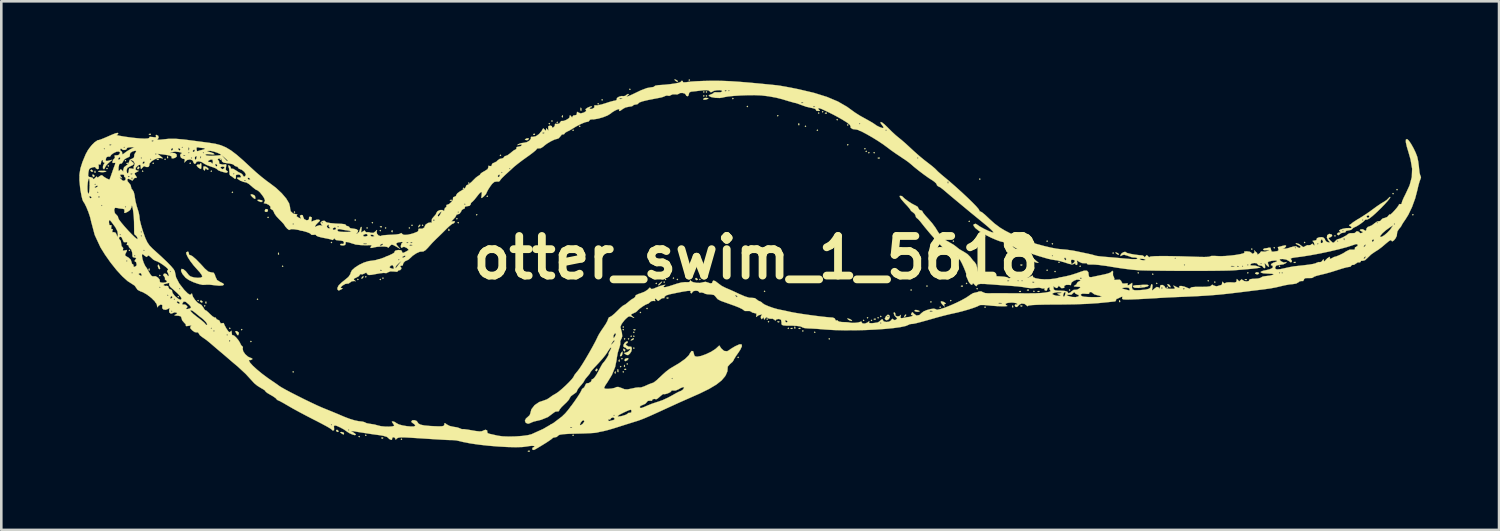
<source format=kicad_pcb>
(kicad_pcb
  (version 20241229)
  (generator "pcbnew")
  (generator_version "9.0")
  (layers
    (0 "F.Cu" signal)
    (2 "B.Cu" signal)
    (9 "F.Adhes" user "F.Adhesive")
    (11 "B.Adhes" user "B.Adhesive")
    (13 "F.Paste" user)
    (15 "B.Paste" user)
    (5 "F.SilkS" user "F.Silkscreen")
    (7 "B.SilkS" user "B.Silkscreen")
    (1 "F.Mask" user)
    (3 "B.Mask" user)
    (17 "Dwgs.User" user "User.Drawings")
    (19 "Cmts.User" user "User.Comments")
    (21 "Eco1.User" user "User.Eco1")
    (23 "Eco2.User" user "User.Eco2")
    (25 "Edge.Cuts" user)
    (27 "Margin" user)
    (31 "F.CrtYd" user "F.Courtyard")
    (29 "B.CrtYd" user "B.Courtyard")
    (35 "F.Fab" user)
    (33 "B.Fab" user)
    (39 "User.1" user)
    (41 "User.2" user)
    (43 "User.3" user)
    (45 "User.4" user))
  (footprint "otter_swim_1_5618"
    (layer "F.Cu")
    (at 26.034 6.863)
    (property "Reference" "otter_swim_1_5618" (at 0 0 0) (layer "F.SilkS") (effects (font (size 1.524 1.524) (thickness 0.3))))
    (attr through_hole)
    (fp_poly (pts (xy -24.943 -3.429) (xy -24.968 -3.404) (xy -24.994 -3.429) (xy -24.968 -3.454) (xy -24.943 -3.429)) (stroke (width 0.01) (type solid)) (fill yes) (layer "F.SilkS"))
    (fp_poly (pts (xy -24.892 -3.531) (xy -24.917 -3.505) (xy -24.943 -3.531) (xy -24.917 -3.556) (xy -24.892 -3.531)) (stroke (width 0.01) (type solid)) (fill yes) (layer "F.SilkS"))
    (fp_poly (pts (xy -24.232 -3.734) (xy -24.257 -3.708) (xy -24.282 -3.734) (xy -24.257 -3.759) (xy -24.232 -3.734)) (stroke (width 0.01) (type solid)) (fill yes) (layer "F.SilkS"))
    (fp_poly (pts (xy -24.079 -0.279) (xy -24.105 -0.254) (xy -24.13 -0.279) (xy -24.105 -0.305) (xy -24.079 -0.279)) (stroke (width 0.01) (type solid)) (fill yes) (layer "F.SilkS"))
    (fp_poly (pts (xy -23.571 -3.327) (xy -23.597 -3.302) (xy -23.622 -3.327) (xy -23.597 -3.353) (xy -23.571 -3.327)) (stroke (width 0.01) (type solid)) (fill yes) (layer "F.SilkS"))
    (fp_poly (pts (xy -23.165 -3.632) (xy -23.19 -3.607) (xy -23.216 -3.632) (xy -23.19 -3.658) (xy -23.165 -3.632)) (stroke (width 0.01) (type solid)) (fill yes) (layer "F.SilkS"))
    (fp_poly (pts (xy -22.911 0.686) (xy -22.936 0.711) (xy -22.962 0.686) (xy -22.936 0.66) (xy -22.911 0.686)) (stroke (width 0.01) (type solid)) (fill yes) (layer "F.SilkS"))
    (fp_poly (pts (xy -22.708 -3.785) (xy -22.733 -3.759) (xy -22.758 -3.785) (xy -22.733 -3.81) (xy -22.708 -3.785)) (stroke (width 0.01) (type solid)) (fill yes) (layer "F.SilkS"))
    (fp_poly (pts (xy -22.2 1.499) (xy -22.225 1.524) (xy -22.25 1.499) (xy -22.225 1.473) (xy -22.2 1.499)) (stroke (width 0.01) (type solid)) (fill yes) (layer "F.SilkS"))
    (fp_poly (pts (xy -21.742 -3.632) (xy -21.768 -3.607) (xy -21.793 -3.632) (xy -21.768 -3.658) (xy -21.742 -3.632)) (stroke (width 0.01) (type solid)) (fill yes) (layer "F.SilkS"))
    (fp_poly (pts (xy -21.438 1.651) (xy -21.463 1.676) (xy -21.488 1.651) (xy -21.463 1.626) (xy -21.438 1.651)) (stroke (width 0.01) (type solid)) (fill yes) (layer "F.SilkS"))
    (fp_poly (pts (xy -21.184 1.854) (xy -21.209 1.88) (xy -21.234 1.854) (xy -21.209 1.829) (xy -21.184 1.854)) (stroke (width 0.01) (type solid)) (fill yes) (layer "F.SilkS"))
    (fp_poly (pts (xy -20.93 -3.327) (xy -20.955 -3.302) (xy -20.98 -3.327) (xy -20.955 -3.353) (xy -20.93 -3.327)) (stroke (width 0.01) (type solid)) (fill yes) (layer "F.SilkS"))
    (fp_poly (pts (xy -20.574 -3.785) (xy -20.599 -3.759) (xy -20.625 -3.785) (xy -20.599 -3.81) (xy -20.574 -3.785)) (stroke (width 0.01) (type solid)) (fill yes) (layer "F.SilkS"))
    (fp_poly (pts (xy -20.218 2.718) (xy -20.244 2.743) (xy -20.269 2.718) (xy -20.244 2.692) (xy -20.218 2.718)) (stroke (width 0.01) (type solid)) (fill yes) (layer "F.SilkS"))
    (fp_poly (pts (xy -20.117 -2.515) (xy -20.142 -2.489) (xy -20.168 -2.515) (xy -20.142 -2.54) (xy -20.117 -2.515)) (stroke (width 0.01) (type solid)) (fill yes) (layer "F.SilkS"))
    (fp_poly (pts (xy -19.761 2.769) (xy -19.787 2.794) (xy -19.812 2.769) (xy -19.787 2.743) (xy -19.761 2.769)) (stroke (width 0.01) (type solid)) (fill yes) (layer "F.SilkS"))
    (fp_poly (pts (xy -19.406 3.226) (xy -19.431 3.251) (xy -19.456 3.226) (xy -19.431 3.2) (xy -19.406 3.226)) (stroke (width 0.01) (type solid)) (fill yes) (layer "F.SilkS"))
    (fp_poly (pts (xy -19.152 1.6) (xy -19.177 1.626) (xy -19.202 1.6) (xy -19.177 1.575) (xy -19.152 1.6)) (stroke (width 0.01) (type solid)) (fill yes) (layer "F.SilkS"))
    (fp_poly (pts (xy -18.745 -1.549) (xy -18.771 -1.524) (xy -18.796 -1.549) (xy -18.771 -1.575) (xy -18.745 -1.549)) (stroke (width 0.01) (type solid)) (fill yes) (layer "F.SilkS"))
    (fp_poly (pts (xy -18.186 0.33) (xy -18.212 0.356) (xy -18.237 0.33) (xy -18.212 0.305) (xy -18.186 0.33)) (stroke (width 0.01) (type solid)) (fill yes) (layer "F.SilkS"))
    (fp_poly (pts (xy -17.78 4.394) (xy -17.805 4.42) (xy -17.831 4.394) (xy -17.805 4.369) (xy -17.78 4.394)) (stroke (width 0.01) (type solid)) (fill yes) (layer "F.SilkS"))
    (fp_poly (pts (xy -17.729 -1.753) (xy -17.755 -1.727) (xy -17.78 -1.753) (xy -17.755 -1.778) (xy -17.729 -1.753)) (stroke (width 0.01) (type solid)) (fill yes) (layer "F.SilkS"))
    (fp_poly (pts (xy -16.307 -0.584) (xy -16.332 -0.559) (xy -16.358 -0.584) (xy -16.332 -0.61) (xy -16.307 -0.584)) (stroke (width 0.01) (type solid)) (fill yes) (layer "F.SilkS"))
    (fp_poly (pts (xy -15.392 -1.448) (xy -15.418 -1.422) (xy -15.443 -1.448) (xy -15.418 -1.473) (xy -15.392 -1.448)) (stroke (width 0.01) (type solid)) (fill yes) (layer "F.SilkS"))
    (fp_poly (pts (xy -15.291 0.838) (xy -15.316 0.864) (xy -15.342 0.838) (xy -15.316 0.813) (xy -15.291 0.838)) (stroke (width 0.01) (type solid)) (fill yes) (layer "F.SilkS"))
    (fp_poly (pts (xy -15.24 6.883) (xy -15.265 6.909) (xy -15.291 6.883) (xy -15.265 6.858) (xy -15.24 6.883)) (stroke (width 0.01) (type solid)) (fill yes) (layer "F.SilkS"))
    (fp_poly (pts (xy -14.986 0.737) (xy -15.011 0.762) (xy -15.037 0.737) (xy -15.011 0.711) (xy -14.986 0.737)) (stroke (width 0.01) (type solid)) (fill yes) (layer "F.SilkS"))
    (fp_poly (pts (xy -14.986 6.833) (xy -15.011 6.858) (xy -15.037 6.833) (xy -15.011 6.807) (xy -14.986 6.833)) (stroke (width 0.01) (type solid)) (fill yes) (layer "F.SilkS"))
    (fp_poly (pts (xy -14.935 -1.143) (xy -14.961 -1.118) (xy -14.986 -1.143) (xy -14.961 -1.168) (xy -14.935 -1.143)) (stroke (width 0.01) (type solid)) (fill yes) (layer "F.SilkS"))
    (fp_poly (pts (xy -14.732 -1.346) (xy -14.757 -1.321) (xy -14.783 -1.346) (xy -14.757 -1.372) (xy -14.732 -1.346)) (stroke (width 0.01) (type solid)) (fill yes) (layer "F.SilkS"))
    (fp_poly (pts (xy -14.427 -1.041) (xy -14.453 -1.016) (xy -14.478 -1.041) (xy -14.453 -1.067) (xy -14.427 -1.041)) (stroke (width 0.01) (type solid)) (fill yes) (layer "F.SilkS"))
    (fp_poly (pts (xy -14.427 0.838) (xy -14.453 0.864) (xy -14.478 0.838) (xy -14.453 0.813) (xy -14.427 0.838)) (stroke (width 0.01) (type solid)) (fill yes) (layer "F.SilkS"))
    (fp_poly (pts (xy -14.326 0.787) (xy -14.351 0.813) (xy -14.376 0.787) (xy -14.351 0.762) (xy -14.326 0.787)) (stroke (width 0.01) (type solid)) (fill yes) (layer "F.SilkS"))
    (fp_poly (pts (xy -14.224 -1.143) (xy -14.249 -1.118) (xy -14.275 -1.143) (xy -14.249 -1.168) (xy -14.224 -1.143)) (stroke (width 0.01) (type solid)) (fill yes) (layer "F.SilkS"))
    (fp_poly (pts (xy -13.614 6.985) (xy -13.64 7.01) (xy -13.665 6.985) (xy -13.64 6.96) (xy -13.614 6.985)) (stroke (width 0.01) (type solid)) (fill yes) (layer "F.SilkS"))
    (fp_poly (pts (xy -13.31 -1.143) (xy -13.335 -1.118) (xy -13.36 -1.143) (xy -13.335 -1.168) (xy -13.31 -1.143)) (stroke (width 0.01) (type solid)) (fill yes) (layer "F.SilkS"))
    (fp_poly (pts (xy -13.208 -1.245) (xy -13.233 -1.219) (xy -13.259 -1.245) (xy -13.233 -1.27) (xy -13.208 -1.245)) (stroke (width 0.01) (type solid)) (fill yes) (layer "F.SilkS"))
    (fp_poly (pts (xy -12.802 -1.245) (xy -12.827 -1.219) (xy -12.852 -1.245) (xy -12.827 -1.27) (xy -12.802 -1.245)) (stroke (width 0.01) (type solid)) (fill yes) (layer "F.SilkS"))
    (fp_poly (pts (xy -11.481 -1.499) (xy -11.506 -1.473) (xy -11.532 -1.499) (xy -11.506 -1.524) (xy -11.481 -1.499)) (stroke (width 0.01) (type solid)) (fill yes) (layer "F.SilkS"))
    (fp_poly (pts (xy -11.43 -1.346) (xy -11.455 -1.321) (xy -11.481 -1.346) (xy -11.455 -1.372) (xy -11.43 -1.346)) (stroke (width 0.01) (type solid)) (fill yes) (layer "F.SilkS"))
    (fp_poly (pts (xy -11.227 -2.667) (xy -11.252 -2.642) (xy -11.278 -2.667) (xy -11.252 -2.692) (xy -11.227 -2.667)) (stroke (width 0.01) (type solid)) (fill yes) (layer "F.SilkS"))
    (fp_poly (pts (xy -11.024 -2.87) (xy -11.049 -2.845) (xy -11.074 -2.87) (xy -11.049 -2.896) (xy -11.024 -2.87)) (stroke (width 0.01) (type solid)) (fill yes) (layer "F.SilkS"))
    (fp_poly (pts (xy -10.719 -1.651) (xy -10.744 -1.626) (xy -10.77 -1.651) (xy -10.744 -1.676) (xy -10.719 -1.651)) (stroke (width 0.01) (type solid)) (fill yes) (layer "F.SilkS"))
    (fp_poly (pts (xy -10.312 -2.362) (xy -10.338 -2.337) (xy -10.363 -2.362) (xy -10.338 -2.388) (xy -10.312 -2.362)) (stroke (width 0.01) (type solid)) (fill yes) (layer "F.SilkS"))
    (fp_poly (pts (xy -9.804 -3.937) (xy -9.83 -3.912) (xy -9.855 -3.937) (xy -9.83 -3.962) (xy -9.804 -3.937)) (stroke (width 0.01) (type solid)) (fill yes) (layer "F.SilkS"))
    (fp_poly (pts (xy -7.925 -5.156) (xy -7.95 -5.131) (xy -7.976 -5.156) (xy -7.95 -5.182) (xy -7.925 -5.156)) (stroke (width 0.01) (type solid)) (fill yes) (layer "F.SilkS"))
    (fp_poly (pts (xy -7.823 -5.258) (xy -7.849 -5.232) (xy -7.874 -5.258) (xy -7.849 -5.283) (xy -7.823 -5.258)) (stroke (width 0.01) (type solid)) (fill yes) (layer "F.SilkS"))
    (fp_poly (pts (xy -7.62 -5.207) (xy -7.645 -5.182) (xy -7.671 -5.207) (xy -7.645 -5.232) (xy -7.62 -5.207)) (stroke (width 0.01) (type solid)) (fill yes) (layer "F.SilkS"))
    (fp_poly (pts (xy -7.01 -4.902) (xy -7.036 -4.877) (xy -7.061 -4.902) (xy -7.036 -4.928) (xy -7.01 -4.902)) (stroke (width 0.01) (type solid)) (fill yes) (layer "F.SilkS"))
    (fp_poly (pts (xy -7.01 6.833) (xy -7.036 6.858) (xy -7.061 6.833) (xy -7.036 6.807) (xy -7.01 6.833)) (stroke (width 0.01) (type solid)) (fill yes) (layer "F.SilkS"))
    (fp_poly (pts (xy -6.756 -5.055) (xy -6.782 -5.029) (xy -6.807 -5.055) (xy -6.782 -5.08) (xy -6.756 -5.055)) (stroke (width 0.01) (type solid)) (fill yes) (layer "F.SilkS"))
    (fp_poly (pts (xy -6.045 -5.918) (xy -6.071 -5.893) (xy -6.096 -5.918) (xy -6.071 -5.944) (xy -6.045 -5.918)) (stroke (width 0.01) (type solid)) (fill yes) (layer "F.SilkS"))
    (fp_poly (pts (xy -5.893 -6.071) (xy -5.918 -6.045) (xy -5.944 -6.071) (xy -5.918 -6.096) (xy -5.893 -6.071)) (stroke (width 0.01) (type solid)) (fill yes) (layer "F.SilkS"))
    (fp_poly (pts (xy -5.182 4.191) (xy -5.207 4.216) (xy -5.232 4.191) (xy -5.207 4.166) (xy -5.182 4.191)) (stroke (width 0.01) (type solid)) (fill yes) (layer "F.SilkS"))
    (fp_poly (pts (xy -5.131 3.886) (xy -5.156 3.912) (xy -5.182 3.886) (xy -5.156 3.861) (xy -5.131 3.886)) (stroke (width 0.01) (type solid)) (fill yes) (layer "F.SilkS"))
    (fp_poly (pts (xy -5.08 2.667) (xy -5.105 2.692) (xy -5.131 2.667) (xy -5.105 2.642) (xy -5.08 2.667)) (stroke (width 0.01) (type solid)) (fill yes) (layer "F.SilkS"))
    (fp_poly (pts (xy -5.08 2.769) (xy -5.105 2.794) (xy -5.131 2.769) (xy -5.105 2.743) (xy -5.08 2.769)) (stroke (width 0.01) (type solid)) (fill yes) (layer "F.SilkS"))
    (fp_poly (pts (xy -5.08 4.394) (xy -5.105 4.42) (xy -5.131 4.394) (xy -5.105 4.369) (xy -5.08 4.394)) (stroke (width 0.01) (type solid)) (fill yes) (layer "F.SilkS"))
    (fp_poly (pts (xy -5.029 3.124) (xy -5.055 3.15) (xy -5.08 3.124) (xy -5.055 3.099) (xy -5.029 3.124)) (stroke (width 0.01) (type solid)) (fill yes) (layer "F.SilkS"))
    (fp_poly (pts (xy -4.928 4.089) (xy -4.953 4.115) (xy -4.978 4.089) (xy -4.953 4.064) (xy -4.928 4.089)) (stroke (width 0.01) (type solid)) (fill yes) (layer "F.SilkS"))
    (fp_poly (pts (xy -4.877 3.124) (xy -4.902 3.15) (xy -4.928 3.124) (xy -4.902 3.099) (xy -4.877 3.124)) (stroke (width 0.01) (type solid)) (fill yes) (layer "F.SilkS"))
    (fp_poly (pts (xy -4.826 -6.477) (xy -4.851 -6.452) (xy -4.877 -6.477) (xy -4.851 -6.502) (xy -4.826 -6.477)) (stroke (width 0.01) (type solid)) (fill yes) (layer "F.SilkS"))
    (fp_poly (pts (xy -4.775 3.023) (xy -4.801 3.048) (xy -4.826 3.023) (xy -4.801 2.997) (xy -4.775 3.023)) (stroke (width 0.01) (type solid)) (fill yes) (layer "F.SilkS"))
    (fp_poly (pts (xy -4.674 2.87) (xy -4.699 2.896) (xy -4.724 2.87) (xy -4.699 2.845) (xy -4.674 2.87)) (stroke (width 0.01) (type solid)) (fill yes) (layer "F.SilkS"))
    (fp_poly (pts (xy -4.674 3.023) (xy -4.699 3.048) (xy -4.724 3.023) (xy -4.699 2.997) (xy -4.674 3.023)) (stroke (width 0.01) (type solid)) (fill yes) (layer "F.SilkS"))
    (fp_poly (pts (xy -4.674 3.48) (xy -4.699 3.505) (xy -4.724 3.48) (xy -4.699 3.454) (xy -4.674 3.48)) (stroke (width 0.01) (type solid)) (fill yes) (layer "F.SilkS"))
    (fp_poly (pts (xy -4.42 2.108) (xy -4.445 2.134) (xy -4.47 2.108) (xy -4.445 2.083) (xy -4.42 2.108)) (stroke (width 0.01) (type solid)) (fill yes) (layer "F.SilkS"))
    (fp_poly (pts (xy -4.166 1.956) (xy -4.191 1.981) (xy -4.216 1.956) (xy -4.191 1.93) (xy -4.166 1.956)) (stroke (width 0.01) (type solid)) (fill yes) (layer "F.SilkS"))
    (fp_poly (pts (xy -3.81 0.991) (xy -3.835 1.016) (xy -3.861 0.991) (xy -3.835 0.965) (xy -3.81 0.991)) (stroke (width 0.01) (type solid)) (fill yes) (layer "F.SilkS"))
    (fp_poly (pts (xy -3.505 0.94) (xy -3.531 0.965) (xy -3.556 0.94) (xy -3.531 0.914) (xy -3.505 0.94)) (stroke (width 0.01) (type solid)) (fill yes) (layer "F.SilkS"))
    (fp_poly (pts (xy -3.454 0.838) (xy -3.48 0.864) (xy -3.505 0.838) (xy -3.48 0.813) (xy -3.454 0.838)) (stroke (width 0.01) (type solid)) (fill yes) (layer "F.SilkS"))
    (fp_poly (pts (xy -3.15 0.787) (xy -3.175 0.813) (xy -3.2 0.787) (xy -3.175 0.762) (xy -3.15 0.787)) (stroke (width 0.01) (type solid)) (fill yes) (layer "F.SilkS"))
    (fp_poly (pts (xy -2.997 0.838) (xy -3.023 0.864) (xy -3.048 0.838) (xy -3.023 0.813) (xy -2.997 0.838)) (stroke (width 0.01) (type solid)) (fill yes) (layer "F.SilkS"))
    (fp_poly (pts (xy -2.54 -6.833) (xy -2.565 -6.807) (xy -2.591 -6.833) (xy -2.565 -6.858) (xy -2.54 -6.833)) (stroke (width 0.01) (type solid)) (fill yes) (layer "F.SilkS"))
    (fp_poly (pts (xy -2.134 0.838) (xy -2.159 0.864) (xy -2.184 0.838) (xy -2.159 0.813) (xy -2.134 0.838)) (stroke (width 0.01) (type solid)) (fill yes) (layer "F.SilkS"))
    (fp_poly (pts (xy -1.981 -6.375) (xy -2.007 -6.35) (xy -2.032 -6.375) (xy -2.007 -6.401) (xy -1.981 -6.375)) (stroke (width 0.01) (type solid)) (fill yes) (layer "F.SilkS"))
    (fp_poly (pts (xy -1.981 -6.223) (xy -2.007 -6.198) (xy -2.032 -6.223) (xy -2.007 -6.248) (xy -1.981 -6.223)) (stroke (width 0.01) (type solid)) (fill yes) (layer "F.SilkS"))
    (fp_poly (pts (xy -1.88 -6.375) (xy -1.905 -6.35) (xy -1.93 -6.375) (xy -1.905 -6.401) (xy -1.88 -6.375)) (stroke (width 0.01) (type solid)) (fill yes) (layer "F.SilkS"))
    (fp_poly (pts (xy -1.88 -6.223) (xy -1.905 -6.198) (xy -1.93 -6.223) (xy -1.905 -6.248) (xy -1.88 -6.223)) (stroke (width 0.01) (type solid)) (fill yes) (layer "F.SilkS"))
    (fp_poly (pts (xy -0.864 -6.121) (xy -0.889 -6.096) (xy -0.914 -6.121) (xy -0.889 -6.147) (xy -0.864 -6.121)) (stroke (width 0.01) (type solid)) (fill yes) (layer "F.SilkS"))
    (fp_poly (pts (xy -0.66 3.835) (xy -0.686 3.861) (xy -0.711 3.835) (xy -0.686 3.81) (xy -0.66 3.835)) (stroke (width 0.01) (type solid)) (fill yes) (layer "F.SilkS"))
    (fp_poly (pts (xy -0.305 -5.817) (xy -0.33 -5.791) (xy -0.356 -5.817) (xy -0.33 -5.842) (xy -0.305 -5.817)) (stroke (width 0.01) (type solid)) (fill yes) (layer "F.SilkS"))
    (fp_poly (pts (xy 0.356 1.295) (xy 0.33 1.321) (xy 0.305 1.295) (xy 0.33 1.27) (xy 0.356 1.295)) (stroke (width 0.01) (type solid)) (fill yes) (layer "F.SilkS"))
    (fp_poly (pts (xy 0.457 2.362) (xy 0.432 2.388) (xy 0.406 2.362) (xy 0.432 2.337) (xy 0.457 2.362)) (stroke (width 0.01) (type solid)) (fill yes) (layer "F.SilkS"))
    (fp_poly (pts (xy 0.508 2.464) (xy 0.483 2.489) (xy 0.457 2.464) (xy 0.483 2.438) (xy 0.508 2.464)) (stroke (width 0.01) (type solid)) (fill yes) (layer "F.SilkS"))
    (fp_poly (pts (xy 0.864 -5.461) (xy 0.838 -5.436) (xy 0.813 -5.461) (xy 0.838 -5.486) (xy 0.864 -5.461)) (stroke (width 0.01) (type solid)) (fill yes) (layer "F.SilkS"))
    (fp_poly (pts (xy 1.27 2.718) (xy 1.245 2.743) (xy 1.219 2.718) (xy 1.245 2.692) (xy 1.27 2.718)) (stroke (width 0.01) (type solid)) (fill yes) (layer "F.SilkS"))
    (fp_poly (pts (xy 1.829 2.819) (xy 1.803 2.845) (xy 1.778 2.819) (xy 1.803 2.794) (xy 1.829 2.819)) (stroke (width 0.01) (type solid)) (fill yes) (layer "F.SilkS"))
    (fp_poly (pts (xy 1.93 -5.055) (xy 1.905 -5.029) (xy 1.88 -5.055) (xy 1.905 -5.08) (xy 1.93 -5.055)) (stroke (width 0.01) (type solid)) (fill yes) (layer "F.SilkS"))
    (fp_poly (pts (xy 2.286 2.87) (xy 2.261 2.896) (xy 2.235 2.87) (xy 2.261 2.845) (xy 2.286 2.87)) (stroke (width 0.01) (type solid)) (fill yes) (layer "F.SilkS"))
    (fp_poly (pts (xy 2.388 -4.902) (xy 2.362 -4.877) (xy 2.337 -4.902) (xy 2.362 -4.928) (xy 2.388 -4.902)) (stroke (width 0.01) (type solid)) (fill yes) (layer "F.SilkS"))
    (fp_poly (pts (xy 2.438 -5.563) (xy 2.413 -5.537) (xy 2.388 -5.563) (xy 2.413 -5.588) (xy 2.438 -5.563)) (stroke (width 0.01) (type solid)) (fill yes) (layer "F.SilkS"))
    (fp_poly (pts (xy 2.591 -5.613) (xy 2.565 -5.588) (xy 2.54 -5.613) (xy 2.565 -5.639) (xy 2.591 -5.613)) (stroke (width 0.01) (type solid)) (fill yes) (layer "F.SilkS"))
    (fp_poly (pts (xy 2.845 3.124) (xy 2.819 3.15) (xy 2.794 3.124) (xy 2.819 3.099) (xy 2.845 3.124)) (stroke (width 0.01) (type solid)) (fill yes) (layer "F.SilkS"))
    (fp_poly (pts (xy 3.15 -5.309) (xy 3.124 -5.283) (xy 3.099 -5.309) (xy 3.124 -5.334) (xy 3.15 -5.309)) (stroke (width 0.01) (type solid)) (fill yes) (layer "F.SilkS"))
    (fp_poly (pts (xy 3.556 -5.105) (xy 3.531 -5.08) (xy 3.505 -5.105) (xy 3.531 -5.131) (xy 3.556 -5.105)) (stroke (width 0.01) (type solid)) (fill yes) (layer "F.SilkS"))
    (fp_poly (pts (xy 3.556 -4.343) (xy 3.531 -4.318) (xy 3.505 -4.343) (xy 3.531 -4.369) (xy 3.556 -4.343)) (stroke (width 0.01) (type solid)) (fill yes) (layer "F.SilkS"))
    (fp_poly (pts (xy 4.166 2.413) (xy 4.14 2.438) (xy 4.115 2.413) (xy 4.14 2.388) (xy 4.166 2.413)) (stroke (width 0.01) (type solid)) (fill yes) (layer "F.SilkS"))
    (fp_poly (pts (xy 4.216 -4.191) (xy 4.191 -4.166) (xy 4.166 -4.191) (xy 4.191 -4.216) (xy 4.216 -4.191)) (stroke (width 0.01) (type solid)) (fill yes) (layer "F.SilkS"))
    (fp_poly (pts (xy 4.267 -4.089) (xy 4.242 -4.064) (xy 4.216 -4.089) (xy 4.242 -4.115) (xy 4.267 -4.089)) (stroke (width 0.01) (type solid)) (fill yes) (layer "F.SilkS"))
    (fp_poly (pts (xy 4.318 2.311) (xy 4.293 2.337) (xy 4.267 2.311) (xy 4.293 2.286) (xy 4.318 2.311)) (stroke (width 0.01) (type solid)) (fill yes) (layer "F.SilkS"))
    (fp_poly (pts (xy 4.369 -4.039) (xy 4.343 -4.013) (xy 4.318 -4.039) (xy 4.343 -4.064) (xy 4.369 -4.039)) (stroke (width 0.01) (type solid)) (fill yes) (layer "F.SilkS"))
    (fp_poly (pts (xy 4.47 2.413) (xy 4.445 2.438) (xy 4.42 2.413) (xy 4.445 2.388) (xy 4.47 2.413)) (stroke (width 0.01) (type solid)) (fill yes) (layer "F.SilkS"))
    (fp_poly (pts (xy 4.572 -4.039) (xy 4.547 -4.013) (xy 4.521 -4.039) (xy 4.547 -4.064) (xy 4.572 -4.039)) (stroke (width 0.01) (type solid)) (fill yes) (layer "F.SilkS"))
    (fp_poly (pts (xy 4.724 2.311) (xy 4.699 2.337) (xy 4.674 2.311) (xy 4.699 2.286) (xy 4.724 2.311)) (stroke (width 0.01) (type solid)) (fill yes) (layer "F.SilkS"))
    (fp_poly (pts (xy 4.826 2.261) (xy 4.801 2.286) (xy 4.775 2.261) (xy 4.801 2.235) (xy 4.826 2.261)) (stroke (width 0.01) (type solid)) (fill yes) (layer "F.SilkS"))
    (fp_poly (pts (xy 5.994 1.245) (xy 5.969 1.27) (xy 5.944 1.245) (xy 5.969 1.219) (xy 5.994 1.245)) (stroke (width 0.01) (type solid)) (fill yes) (layer "F.SilkS"))
    (fp_poly (pts (xy 6.604 1.092) (xy 6.579 1.118) (xy 6.553 1.092) (xy 6.579 1.067) (xy 6.604 1.092)) (stroke (width 0.01) (type solid)) (fill yes) (layer "F.SilkS"))
    (fp_poly (pts (xy 6.756 1.702) (xy 6.731 1.727) (xy 6.706 1.702) (xy 6.731 1.676) (xy 6.756 1.702)) (stroke (width 0.01) (type solid)) (fill yes) (layer "F.SilkS"))
    (fp_poly (pts (xy 7.112 1.905) (xy 7.087 1.93) (xy 7.061 1.905) (xy 7.087 1.88) (xy 7.112 1.905)) (stroke (width 0.01) (type solid)) (fill yes) (layer "F.SilkS"))
    (fp_poly (pts (xy 7.518 -0.737) (xy 7.493 -0.711) (xy 7.468 -0.737) (xy 7.493 -0.762) (xy 7.518 -0.737)) (stroke (width 0.01) (type solid)) (fill yes) (layer "F.SilkS"))
    (fp_poly (pts (xy 7.518 1.651) (xy 7.493 1.676) (xy 7.468 1.651) (xy 7.493 1.626) (xy 7.518 1.651)) (stroke (width 0.01) (type solid)) (fill yes) (layer "F.SilkS"))
    (fp_poly (pts (xy 7.62 -0.635) (xy 7.595 -0.61) (xy 7.569 -0.635) (xy 7.595 -0.66) (xy 7.62 -0.635)) (stroke (width 0.01) (type solid)) (fill yes) (layer "F.SilkS"))
    (fp_poly (pts (xy 8.128 0.991) (xy 8.103 1.016) (xy 8.077 0.991) (xy 8.103 0.965) (xy 8.128 0.991)) (stroke (width 0.01) (type solid)) (fill yes) (layer "F.SilkS"))
    (fp_poly (pts (xy 8.23 -1.397) (xy 8.204 -1.372) (xy 8.179 -1.397) (xy 8.204 -1.422) (xy 8.23 -1.397)) (stroke (width 0.01) (type solid)) (fill yes) (layer "F.SilkS"))
    (fp_poly (pts (xy 8.534 1.194) (xy 8.509 1.219) (xy 8.484 1.194) (xy 8.509 1.168) (xy 8.534 1.194)) (stroke (width 0.01) (type solid)) (fill yes) (layer "F.SilkS"))
    (fp_poly (pts (xy 8.636 -3.023) (xy 8.611 -2.997) (xy 8.585 -3.023) (xy 8.611 -3.048) (xy 8.636 -3.023)) (stroke (width 0.01) (type solid)) (fill yes) (layer "F.SilkS"))
    (fp_poly (pts (xy 8.839 1.905) (xy 8.814 1.93) (xy 8.788 1.905) (xy 8.814 1.88) (xy 8.839 1.905)) (stroke (width 0.01) (type solid)) (fill yes) (layer "F.SilkS"))
    (fp_poly (pts (xy 9.804 0.533) (xy 9.779 0.559) (xy 9.754 0.533) (xy 9.779 0.508) (xy 9.804 0.533)) (stroke (width 0.01) (type solid)) (fill yes) (layer "F.SilkS"))
    (fp_poly (pts (xy 10.719 1.295) (xy 10.693 1.321) (xy 10.668 1.295) (xy 10.693 1.27) (xy 10.719 1.295)) (stroke (width 0.01) (type solid)) (fill yes) (layer "F.SilkS"))
    (fp_poly (pts (xy 11.227 -0.635) (xy 11.201 -0.61) (xy 11.176 -0.635) (xy 11.201 -0.66) (xy 11.227 -0.635)) (stroke (width 0.01) (type solid)) (fill yes) (layer "F.SilkS"))
    (fp_poly (pts (xy 11.227 0.483) (xy 11.201 0.508) (xy 11.176 0.483) (xy 11.201 0.457) (xy 11.227 0.483)) (stroke (width 0.01) (type solid)) (fill yes) (layer "F.SilkS"))
    (fp_poly (pts (xy 11.43 -0.533) (xy 11.405 -0.508) (xy 11.379 -0.533) (xy 11.405 -0.559) (xy 11.43 -0.533)) (stroke (width 0.01) (type solid)) (fill yes) (layer "F.SilkS"))
    (fp_poly (pts (xy 11.532 0.533) (xy 11.506 0.559) (xy 11.481 0.533) (xy 11.506 0.508) (xy 11.532 0.533)) (stroke (width 0.01) (type solid)) (fill yes) (layer "F.SilkS"))
    (fp_poly (pts (xy 11.684 0.178) (xy 11.659 0.203) (xy 11.633 0.178) (xy 11.659 0.152) (xy 11.684 0.178)) (stroke (width 0.01) (type solid)) (fill yes) (layer "F.SilkS"))
    (fp_poly (pts (xy 12.09 1.245) (xy 12.065 1.27) (xy 12.04 1.245) (xy 12.065 1.219) (xy 12.09 1.245)) (stroke (width 0.01) (type solid)) (fill yes) (layer "F.SilkS"))
    (fp_poly (pts (xy 12.497 0.33) (xy 12.471 0.356) (xy 12.446 0.33) (xy 12.471 0.305) (xy 12.497 0.33)) (stroke (width 0.01) (type solid)) (fill yes) (layer "F.SilkS"))
    (fp_poly (pts (xy 13.767 -0.178) (xy 13.741 -0.152) (xy 13.716 -0.178) (xy 13.741 -0.203) (xy 13.767 -0.178)) (stroke (width 0.01) (type solid)) (fill yes) (layer "F.SilkS"))
    (fp_poly (pts (xy 14.732 0.584) (xy 14.707 0.61) (xy 14.681 0.584) (xy 14.707 0.559) (xy 14.732 0.584)) (stroke (width 0.01) (type solid)) (fill yes) (layer "F.SilkS"))
    (fp_poly (pts (xy 15.291 0.635) (xy 15.265 0.66) (xy 15.24 0.635) (xy 15.265 0.61) (xy 15.291 0.635)) (stroke (width 0.01) (type solid)) (fill yes) (layer "F.SilkS"))
    (fp_poly (pts (xy 15.443 0.991) (xy 15.418 1.016) (xy 15.392 0.991) (xy 15.418 0.965) (xy 15.443 0.991)) (stroke (width 0.01) (type solid)) (fill yes) (layer "F.SilkS"))
    (fp_poly (pts (xy 15.85 1.143) (xy 15.824 1.168) (xy 15.799 1.143) (xy 15.824 1.118) (xy 15.85 1.143)) (stroke (width 0.01) (type solid)) (fill yes) (layer "F.SilkS"))
    (fp_poly (pts (xy 17.424 0.889) (xy 17.399 0.914) (xy 17.374 0.889) (xy 17.399 0.864) (xy 17.424 0.889)) (stroke (width 0.01) (type solid)) (fill yes) (layer "F.SilkS"))
    (fp_poly (pts (xy 17.678 0.94) (xy 17.653 0.965) (xy 17.628 0.94) (xy 17.653 0.914) (xy 17.678 0.94)) (stroke (width 0.01) (type solid)) (fill yes) (layer "F.SilkS"))
    (fp_poly (pts (xy 18.948 0.584) (xy 18.923 0.61) (xy 18.898 0.584) (xy 18.923 0.559) (xy 18.948 0.584)) (stroke (width 0.01) (type solid)) (fill yes) (layer "F.SilkS"))
    (fp_poly (pts (xy 19.101 -0.33) (xy 19.075 -0.305) (xy 19.05 -0.33) (xy 19.075 -0.356) (xy 19.101 -0.33)) (stroke (width 0.01) (type solid)) (fill yes) (layer "F.SilkS"))
    (fp_poly (pts (xy 19.964 -0.381) (xy 19.939 -0.356) (xy 19.914 -0.381) (xy 19.939 -0.406) (xy 19.964 -0.381)) (stroke (width 0.01) (type solid)) (fill yes) (layer "F.SilkS"))
    (fp_poly (pts (xy 20.168 0.33) (xy 20.142 0.356) (xy 20.117 0.33) (xy 20.142 0.305) (xy 20.168 0.33)) (stroke (width 0.01) (type solid)) (fill yes) (layer "F.SilkS"))
    (fp_poly (pts (xy 21.133 -0.584) (xy 21.107 -0.559) (xy 21.082 -0.584) (xy 21.107 -0.61) (xy 21.133 -0.584)) (stroke (width 0.01) (type solid)) (fill yes) (layer "F.SilkS"))
    (fp_poly (pts (xy 22.301 -0.838) (xy 22.276 -0.813) (xy 22.25 -0.838) (xy 22.276 -0.864) (xy 22.301 -0.838)) (stroke (width 0.01) (type solid)) (fill yes) (layer "F.SilkS"))
    (fp_poly (pts (xy 24.536 -2.464) (xy 24.511 -2.438) (xy 24.486 -2.464) (xy 24.511 -2.489) (xy 24.536 -2.464)) (stroke (width 0.01) (type solid)) (fill yes) (layer "F.SilkS"))
    (fp_poly (pts (xy 24.689 -2.616) (xy 24.663 -2.591) (xy 24.638 -2.616) (xy 24.663 -2.642) (xy 24.689 -2.616)) (stroke (width 0.01) (type solid)) (fill yes) (layer "F.SilkS"))
    (fp_poly (pts (xy 25.298 -1.651) (xy 25.273 -1.626) (xy 25.248 -1.651) (xy 25.273 -1.676) (xy 25.298 -1.651)) (stroke (width 0.01) (type solid)) (fill yes) (layer "F.SilkS"))
    (fp_poly (pts (xy -25.417 -3.336) (xy -25.411 -3.276) (xy -25.417 -3.268) (xy -25.447 -3.275) (xy -25.451 -3.302) (xy -25.432 -3.344) (xy -25.417 -3.336)) (stroke (width 0.01) (type solid)) (fill yes) (layer "F.SilkS"))
    (fp_poly (pts (xy -24.147 -3.641) (xy -24.154 -3.61) (xy -24.181 -3.607) (xy -24.223 -3.625) (xy -24.215 -3.641) (xy -24.154 -3.647) (xy -24.147 -3.641)) (stroke (width 0.01) (type solid)) (fill yes) (layer "F.SilkS"))
    (fp_poly (pts (xy -23.334 0.423) (xy -23.328 0.484) (xy -23.334 0.491) (xy -23.364 0.484) (xy -23.368 0.457) (xy -23.349 0.415) (xy -23.334 0.423)) (stroke (width 0.01) (type solid)) (fill yes) (layer "F.SilkS"))
    (fp_poly (pts (xy -23.283 -4.758) (xy -23.29 -4.728) (xy -23.317 -4.724) (xy -23.359 -4.743) (xy -23.351 -4.758) (xy -23.291 -4.764) (xy -23.283 -4.758)) (stroke (width 0.01) (type solid)) (fill yes) (layer "F.SilkS"))
    (fp_poly (pts (xy -22.979 -3.793) (xy -22.986 -3.763) (xy -23.012 -3.759) (xy -23.054 -3.778) (xy -23.046 -3.793) (xy -22.986 -3.799) (xy -22.979 -3.793)) (stroke (width 0.01) (type solid)) (fill yes) (layer "F.SilkS"))
    (fp_poly (pts (xy -22.623 -3.895) (xy -22.617 -3.834) (xy -22.623 -3.827) (xy -22.653 -3.834) (xy -22.657 -3.861) (xy -22.638 -3.903) (xy -22.623 -3.895)) (stroke (width 0.01) (type solid)) (fill yes) (layer "F.SilkS"))
    (fp_poly (pts (xy -21.15 1.693) (xy -21.144 1.754) (xy -21.15 1.761) (xy -21.18 1.754) (xy -21.184 1.727) (xy -21.165 1.685) (xy -21.15 1.693)) (stroke (width 0.01) (type solid)) (fill yes) (layer "F.SilkS"))
    (fp_poly (pts (xy -18.356 -0.186) (xy -18.35 -0.126) (xy -18.356 -0.119) (xy -18.386 -0.126) (xy -18.39 -0.152) (xy -18.371 -0.194) (xy -18.356 -0.186)) (stroke (width 0.01) (type solid)) (fill yes) (layer "F.SilkS"))
    (fp_poly (pts (xy -14.393 -1.202) (xy -14.4 -1.172) (xy -14.427 -1.168) (xy -14.469 -1.187) (xy -14.461 -1.202) (xy -14.401 -1.208) (xy -14.393 -1.202)) (stroke (width 0.01) (type solid)) (fill yes) (layer "F.SilkS"))
    (fp_poly (pts (xy -14.343 6.926) (xy -14.35 6.956) (xy -14.376 6.96) (xy -14.418 6.941) (xy -14.41 6.926) (xy -14.35 6.92) (xy -14.343 6.926)) (stroke (width 0.01) (type solid)) (fill yes) (layer "F.SilkS"))
    (fp_poly (pts (xy -13.987 -1.05) (xy -13.981 -0.99) (xy -13.987 -0.982) (xy -14.017 -0.989) (xy -14.021 -1.016) (xy -14.002 -1.058) (xy -13.987 -1.05)) (stroke (width 0.01) (type solid)) (fill yes) (layer "F.SilkS"))
    (fp_poly (pts (xy -11.803 -1.101) (xy -11.796 -1.04) (xy -11.803 -1.033) (xy -11.833 -1.04) (xy -11.836 -1.067) (xy -11.818 -1.109) (xy -11.803 -1.101)) (stroke (width 0.01) (type solid)) (fill yes) (layer "F.SilkS"))
    (fp_poly (pts (xy -11.701 -2.218) (xy -11.708 -2.188) (xy -11.735 -2.184) (xy -11.777 -2.203) (xy -11.769 -2.218) (xy -11.708 -2.224) (xy -11.701 -2.218)) (stroke (width 0.01) (type solid)) (fill yes) (layer "F.SilkS"))
    (fp_poly (pts (xy -8.704 7.434) (xy -8.711 7.464) (xy -8.738 7.468) (xy -8.779 7.449) (xy -8.771 7.434) (xy -8.711 7.428) (xy -8.704 7.434)) (stroke (width 0.01) (type solid)) (fill yes) (layer "F.SilkS"))
    (fp_poly (pts (xy -8.501 -4.758) (xy -8.508 -4.728) (xy -8.534 -4.724) (xy -8.576 -4.743) (xy -8.568 -4.758) (xy -8.508 -4.764) (xy -8.501 -4.758)) (stroke (width 0.01) (type solid)) (fill yes) (layer "F.SilkS"))
    (fp_poly (pts (xy -7.434 -5.469) (xy -7.428 -5.409) (xy -7.434 -5.402) (xy -7.464 -5.409) (xy -7.468 -5.436) (xy -7.449 -5.477) (xy -7.434 -5.469)) (stroke (width 0.01) (type solid)) (fill yes) (layer "F.SilkS"))
    (fp_poly (pts (xy -6.722 -5.75) (xy -6.716 -5.671) (xy -6.726 -5.653) (xy -6.749 -5.668) (xy -6.752 -5.719) (xy -6.74 -5.773) (xy -6.722 -5.75)) (stroke (width 0.01) (type solid)) (fill yes) (layer "F.SilkS"))
    (fp_poly (pts (xy -5.402 4.386) (xy -5.396 4.446) (xy -5.402 4.453) (xy -5.432 4.446) (xy -5.436 4.42) (xy -5.417 4.378) (xy -5.402 4.386)) (stroke (width 0.01) (type solid)) (fill yes) (layer "F.SilkS"))
    (fp_poly (pts (xy -5.299 4.308) (xy -5.293 4.388) (xy -5.303 4.406) (xy -5.326 4.391) (xy -5.33 4.339) (xy -5.318 4.285) (xy -5.299 4.308)) (stroke (width 0.01) (type solid)) (fill yes) (layer "F.SilkS"))
    (fp_poly (pts (xy -5.249 3.929) (xy -5.243 3.989) (xy -5.249 3.996) (xy -5.28 3.989) (xy -5.283 3.962) (xy -5.265 3.921) (xy -5.249 3.929)) (stroke (width 0.01) (type solid)) (fill yes) (layer "F.SilkS"))
    (fp_poly (pts (xy -5.046 4.132) (xy -5.04 4.192) (xy -5.046 4.199) (xy -5.076 4.192) (xy -5.08 4.166) (xy -5.061 4.124) (xy -5.046 4.132)) (stroke (width 0.01) (type solid)) (fill yes) (layer "F.SilkS"))
    (fp_poly (pts (xy -4.995 4.284) (xy -5.002 4.314) (xy -5.029 4.318) (xy -5.071 4.299) (xy -5.063 4.284) (xy -5.003 4.278) (xy -4.995 4.284)) (stroke (width 0.01) (type solid)) (fill yes) (layer "F.SilkS"))
    (fp_poly (pts (xy -4.64 2.76) (xy -4.647 2.79) (xy -4.674 2.794) (xy -4.715 2.775) (xy -4.707 2.76) (xy -4.647 2.754) (xy -4.64 2.76)) (stroke (width 0.01) (type solid)) (fill yes) (layer "F.SilkS"))
    (fp_poly (pts (xy -3.37 1.541) (xy -3.377 1.571) (xy -3.404 1.575) (xy -3.445 1.556) (xy -3.437 1.541) (xy -3.377 1.535) (xy -3.37 1.541)) (stroke (width 0.01) (type solid)) (fill yes) (layer "F.SilkS"))
    (fp_poly (pts (xy 0.897 2.455) (xy 0.89 2.486) (xy 0.864 2.489) (xy 0.822 2.471) (xy 0.83 2.455) (xy 0.89 2.449) (xy 0.897 2.455)) (stroke (width 0.01) (type solid)) (fill yes) (layer "F.SilkS"))
    (fp_poly (pts (xy 1.405 2.709) (xy 1.398 2.74) (xy 1.372 2.743) (xy 1.33 2.725) (xy 1.338 2.709) (xy 1.398 2.703) (xy 1.405 2.709)) (stroke (width 0.01) (type solid)) (fill yes) (layer "F.SilkS"))
    (fp_poly (pts (xy 1.507 2.659) (xy 1.513 2.719) (xy 1.507 2.726) (xy 1.477 2.719) (xy 1.473 2.692) (xy 1.492 2.651) (xy 1.507 2.659)) (stroke (width 0.01) (type solid)) (fill yes) (layer "F.SilkS"))
    (fp_poly (pts (xy 1.659 -5.165) (xy 1.666 -5.104) (xy 1.659 -5.097) (xy 1.629 -5.104) (xy 1.626 -5.131) (xy 1.644 -5.173) (xy 1.659 -5.165)) (stroke (width 0.01) (type solid)) (fill yes) (layer "F.SilkS"))
    (fp_poly (pts (xy 1.71 2.709) (xy 1.703 2.74) (xy 1.676 2.743) (xy 1.635 2.725) (xy 1.643 2.709) (xy 1.703 2.703) (xy 1.71 2.709)) (stroke (width 0.01) (type solid)) (fill yes) (layer "F.SilkS"))
    (fp_poly (pts (xy 2.726 -5.571) (xy 2.719 -5.541) (xy 2.692 -5.537) (xy 2.651 -5.556) (xy 2.659 -5.571) (xy 2.719 -5.577) (xy 2.726 -5.571)) (stroke (width 0.01) (type solid)) (fill yes) (layer "F.SilkS"))
    (fp_poly (pts (xy 4.606 2.354) (xy 4.599 2.384) (xy 4.572 2.388) (xy 4.53 2.369) (xy 4.538 2.354) (xy 4.598 2.348) (xy 4.606 2.354)) (stroke (width 0.01) (type solid)) (fill yes) (layer "F.SilkS"))
    (fp_poly (pts (xy 4.758 -3.844) (xy 4.751 -3.814) (xy 4.724 -3.81) (xy 4.683 -3.829) (xy 4.691 -3.844) (xy 4.751 -3.85) (xy 4.758 -3.844)) (stroke (width 0.01) (type solid)) (fill yes) (layer "F.SilkS"))
    (fp_poly (pts (xy 7.959 1.084) (xy 7.952 1.114) (xy 7.925 1.118) (xy 7.883 1.099) (xy 7.891 1.084) (xy 7.951 1.078) (xy 7.959 1.084)) (stroke (width 0.01) (type solid)) (fill yes) (layer "F.SilkS"))
    (fp_poly (pts (xy 9.889 1.846) (xy 9.895 1.906) (xy 9.889 1.913) (xy 9.859 1.906) (xy 9.855 1.88) (xy 9.874 1.838) (xy 9.889 1.846)) (stroke (width 0.01) (type solid)) (fill yes) (layer "F.SilkS"))
    (fp_poly (pts (xy 10.194 1.287) (xy 10.187 1.317) (xy 10.16 1.321) (xy 10.118 1.302) (xy 10.126 1.287) (xy 10.186 1.281) (xy 10.194 1.287)) (stroke (width 0.01) (type solid)) (fill yes) (layer "F.SilkS"))
    (fp_poly (pts (xy 10.245 0.271) (xy 10.238 0.301) (xy 10.211 0.305) (xy 10.169 0.286) (xy 10.177 0.271) (xy 10.237 0.265) (xy 10.245 0.271)) (stroke (width 0.01) (type solid)) (fill yes) (layer "F.SilkS"))
    (fp_poly (pts (xy 10.245 1.846) (xy 10.238 1.876) (xy 10.211 1.88) (xy 10.169 1.861) (xy 10.177 1.846) (xy 10.237 1.84) (xy 10.245 1.846)) (stroke (width 0.01) (type solid)) (fill yes) (layer "F.SilkS"))
    (fp_poly (pts (xy 10.499 -0.135) (xy 10.505 -0.075) (xy 10.499 -0.068) (xy 10.468 -0.075) (xy 10.465 -0.102) (xy 10.483 -0.143) (xy 10.499 -0.135)) (stroke (width 0.01) (type solid)) (fill yes) (layer "F.SilkS"))
    (fp_poly (pts (xy 10.499 1.236) (xy 10.492 1.266) (xy 10.465 1.27) (xy 10.423 1.251) (xy 10.431 1.236) (xy 10.491 1.23) (xy 10.499 1.236)) (stroke (width 0.01) (type solid)) (fill yes) (layer "F.SilkS"))
    (fp_poly (pts (xy 10.905 1.287) (xy 10.898 1.317) (xy 10.871 1.321) (xy 10.829 1.302) (xy 10.837 1.287) (xy 10.898 1.281) (xy 10.905 1.287)) (stroke (width 0.01) (type solid)) (fill yes) (layer "F.SilkS"))
    (fp_poly (pts (xy 14.004 1.643) (xy 14.01 1.703) (xy 14.004 1.71) (xy 13.974 1.703) (xy 13.97 1.676) (xy 13.989 1.635) (xy 14.004 1.643)) (stroke (width 0.01) (type solid)) (fill yes) (layer "F.SilkS"))
    (fp_poly (pts (xy 18.881 0.83) (xy 18.874 0.86) (xy 18.847 0.864) (xy 18.805 0.845) (xy 18.813 0.83) (xy 18.873 0.824) (xy 18.881 0.83)) (stroke (width 0.01) (type solid)) (fill yes) (layer "F.SilkS"))
    (fp_poly (pts (xy 20.76 0.169) (xy 20.753 0.2) (xy 20.726 0.203) (xy 20.685 0.185) (xy 20.693 0.169) (xy 20.753 0.163) (xy 20.76 0.169)) (stroke (width 0.01) (type solid)) (fill yes) (layer "F.SilkS"))
    (fp_poly (pts (xy -18.801 -1.865) (xy -18.774 -1.834) (xy -18.787 -1.78) (xy -18.822 -1.76) (xy -18.887 -1.768) (xy -18.898 -1.805) (xy -18.866 -1.872) (xy -18.801 -1.865)) (stroke (width 0.01) (type solid)) (fill yes) (layer "F.SilkS"))
    (fp_poly (pts (xy -4.913 3.902) (xy -4.955 3.949) (xy -5.029 3.982) (xy -5.055 3.962) (xy -5.044 3.904) (xy -5.005 3.88) (xy -4.918 3.863) (xy -4.913 3.902)) (stroke (width 0.01) (type solid)) (fill yes) (layer "F.SilkS"))
    (fp_poly (pts (xy -4.698 3.109) (xy -4.713 3.146) (xy -4.76 3.172) (xy -4.82 3.187) (xy -4.795 3.15) (xy -4.789 3.143) (xy -4.722 3.103) (xy -4.698 3.109)) (stroke (width 0.01) (type solid)) (fill yes) (layer "F.SilkS"))
    (fp_poly (pts (xy -3.033 -6.821) (xy -3.023 -6.807) (xy -3.005 -6.762) (xy -3.053 -6.779) (xy -3.099 -6.807) (xy -3.138 -6.848) (xy -3.114 -6.857) (xy -3.033 -6.821)) (stroke (width 0.01) (type solid)) (fill yes) (layer "F.SilkS"))
    (fp_poly (pts (xy 13.934 -0.166) (xy 13.945 -0.152) (xy 13.962 -0.107) (xy 13.914 -0.124) (xy 13.868 -0.152) (xy 13.829 -0.193) (xy 13.853 -0.202) (xy 13.934 -0.166)) (stroke (width 0.01) (type solid)) (fill yes) (layer "F.SilkS"))
    (fp_poly (pts (xy 15.906 1.047) (xy 15.947 1.107) (xy 15.944 1.141) (xy 15.9 1.124) (xy 15.86 1.087) (xy 15.828 1.03) (xy 15.845 1.016) (xy 15.906 1.047)) (stroke (width 0.01) (type solid)) (fill yes) (layer "F.SilkS"))
    (fp_poly (pts (xy -25.552 -3.378) (xy -25.504 -3.333) (xy -25.502 -3.324) (xy -25.541 -3.303) (xy -25.552 -3.302) (xy -25.601 -3.341) (xy -25.603 -3.356) (xy -25.572 -3.386) (xy -25.552 -3.378)) (stroke (width 0.01) (type solid)) (fill yes) (layer "F.SilkS"))
    (fp_poly (pts (xy -25.453 -3.164) (xy -25.451 -3.15) (xy -25.468 -3.1) (xy -25.473 -3.099) (xy -25.517 -3.134) (xy -25.527 -3.15) (xy -25.523 -3.196) (xy -25.505 -3.2) (xy -25.453 -3.164)) (stroke (width 0.01) (type solid)) (fill yes) (layer "F.SilkS"))
    (fp_poly (pts (xy -23.724 -3.466) (xy -23.724 -3.454) (xy -23.763 -3.406) (xy -23.777 -3.404) (xy -23.808 -3.435) (xy -23.8 -3.454) (xy -23.754 -3.503) (xy -23.746 -3.505) (xy -23.724 -3.466)) (stroke (width 0.01) (type solid)) (fill yes) (layer "F.SilkS"))
    (fp_poly (pts (xy -22.966 0.303) (xy -22.955 0.321) (xy -22.923 0.406) (xy -22.936 0.446) (xy -22.979 0.423) (xy -23.008 0.348) (xy -23.011 0.309) (xy -23.001 0.262) (xy -22.966 0.303)) (stroke (width 0.01) (type solid)) (fill yes) (layer "F.SilkS"))
    (fp_poly (pts (xy -21.336 1.651) (xy -21.288 1.697) (xy -21.285 1.705) (xy -21.325 1.727) (xy -21.336 1.727) (xy -21.385 1.688) (xy -21.387 1.673) (xy -21.356 1.643) (xy -21.336 1.651)) (stroke (width 0.01) (type solid)) (fill yes) (layer "F.SilkS"))
    (fp_poly (pts (xy -19.965 2.83) (xy -19.897 2.881) (xy -19.897 2.926) (xy -19.924 2.986) (xy -19.953 2.974) (xy -20 2.901) (xy -20.034 2.832) (xy -19.995 2.823) (xy -19.965 2.83)) (stroke (width 0.01) (type solid)) (fill yes) (layer "F.SilkS"))
    (fp_poly (pts (xy -19.296 -2.398) (xy -19.271 -2.36) (xy -19.256 -2.274) (xy -19.297 -2.266) (xy -19.38 -2.336) (xy -19.44 -2.41) (xy -19.43 -2.436) (xy -19.386 -2.438) (xy -19.296 -2.398)) (stroke (width 0.01) (type solid)) (fill yes) (layer "F.SilkS"))
    (fp_poly (pts (xy -19.092 -2.224) (xy -19.001 -2.204) (xy -18.98 -2.174) (xy -19.039 -2.137) (xy -19.139 -2.176) (xy -19.152 -2.185) (xy -19.186 -2.219) (xy -19.131 -2.226) (xy -19.092 -2.224)) (stroke (width 0.01) (type solid)) (fill yes) (layer "F.SilkS"))
    (fp_poly (pts (xy -16.104 6.629) (xy -16.055 6.675) (xy -16.053 6.683) (xy -16.092 6.705) (xy -16.104 6.706) (xy -16.152 6.667) (xy -16.154 6.652) (xy -16.123 6.621) (xy -16.104 6.629)) (stroke (width 0.01) (type solid)) (fill yes) (layer "F.SilkS"))
    (fp_poly (pts (xy -15.863 6.73) (xy -15.85 6.756) (xy -15.857 6.801) (xy -15.901 6.788) (xy -15.951 6.756) (xy -15.998 6.717) (xy -15.95 6.707) (xy -15.938 6.706) (xy -15.863 6.73)) (stroke (width 0.01) (type solid)) (fill yes) (layer "F.SilkS"))
    (fp_poly (pts (xy -15.104 0.744) (xy -15.113 0.762) (xy -15.161 0.811) (xy -15.17 0.813) (xy -15.173 0.78) (xy -15.164 0.762) (xy -15.116 0.713) (xy -15.107 0.711) (xy -15.104 0.744)) (stroke (width 0.01) (type solid)) (fill yes) (layer "F.SilkS"))
    (fp_poly (pts (xy -12.919 -1.237) (xy -12.929 -1.219) (xy -12.976 -1.171) (xy -12.985 -1.168) (xy -12.989 -1.201) (xy -12.979 -1.219) (xy -12.932 -1.268) (xy -12.923 -1.27) (xy -12.919 -1.237)) (stroke (width 0.01) (type solid)) (fill yes) (layer "F.SilkS"))
    (fp_poly (pts (xy -8.738 -4.57) (xy -8.779 -4.527) (xy -8.814 -4.521) (xy -8.882 -4.532) (xy -8.89 -4.541) (xy -8.85 -4.574) (xy -8.814 -4.59) (xy -8.748 -4.591) (xy -8.738 -4.57)) (stroke (width 0.01) (type solid)) (fill yes) (layer "F.SilkS"))
    (fp_poly (pts (xy -6.097 4.307) (xy -6.096 4.318) (xy -6.135 4.367) (xy -6.15 4.369) (xy -6.18 4.338) (xy -6.172 4.318) (xy -6.127 4.27) (xy -6.118 4.267) (xy -6.097 4.307)) (stroke (width 0.01) (type solid)) (fill yes) (layer "F.SilkS"))
    (fp_poly (pts (xy -5.031 3.542) (xy -5.029 3.556) (xy -5.047 3.605) (xy -5.052 3.607) (xy -5.095 3.571) (xy -5.105 3.556) (xy -5.101 3.509) (xy -5.083 3.505) (xy -5.031 3.542)) (stroke (width 0.01) (type solid)) (fill yes) (layer "F.SilkS"))
    (fp_poly (pts (xy -3.623 0.941) (xy -3.651 0.978) (xy -3.725 1.057) (xy -3.758 1.057) (xy -3.759 1.048) (xy -3.724 1.005) (xy -3.67 0.959) (xy -3.61 0.915) (xy -3.623 0.941)) (stroke (width 0.01) (type solid)) (fill yes) (layer "F.SilkS"))
    (fp_poly (pts (xy -2.286 0.787) (xy -2.238 0.833) (xy -2.235 0.841) (xy -2.275 0.863) (xy -2.286 0.864) (xy -2.335 0.825) (xy -2.337 0.81) (xy -2.306 0.779) (xy -2.286 0.787)) (stroke (width 0.01) (type solid)) (fill yes) (layer "F.SilkS"))
    (fp_poly (pts (xy -1.848 -6.139) (xy -1.829 -6.127) (xy -1.871 -6.101) (xy -1.93 -6.081) (xy -2.011 -6.078) (xy -2.032 -6.101) (xy -1.989 -6.138) (xy -1.93 -6.147) (xy -1.848 -6.139)) (stroke (width 0.01) (type solid)) (fill yes) (layer "F.SilkS"))
    (fp_poly (pts (xy 3.614 2.364) (xy 3.658 2.388) (xy 3.698 2.428) (xy 3.683 2.437) (xy 3.6 2.412) (xy 3.556 2.388) (xy 3.515 2.347) (xy 3.531 2.338) (xy 3.614 2.364)) (stroke (width 0.01) (type solid)) (fill yes) (layer "F.SilkS"))
    (fp_poly (pts (xy 5.775 2.217) (xy 5.766 2.235) (xy 5.718 2.284) (xy 5.709 2.286) (xy 5.706 2.253) (xy 5.715 2.235) (xy 5.763 2.187) (xy 5.772 2.184) (xy 5.775 2.217)) (stroke (width 0.01) (type solid)) (fill yes) (layer "F.SilkS"))
    (fp_poly (pts (xy 6.198 2.017) (xy 6.28 2.047) (xy 6.299 2.063) (xy 6.256 2.079) (xy 6.198 2.083) (xy 6.115 2.063) (xy 6.096 2.037) (xy 6.136 2.011) (xy 6.198 2.017)) (stroke (width 0.01) (type solid)) (fill yes) (layer "F.SilkS"))
    (fp_poly (pts (xy 9.939 0.539) (xy 9.931 0.559) (xy 9.886 0.607) (xy 9.878 0.61) (xy 9.856 0.57) (xy 9.855 0.559) (xy 9.894 0.51) (xy 9.909 0.508) (xy 9.939 0.539)) (stroke (width 0.01) (type solid)) (fill yes) (layer "F.SilkS"))
    (fp_poly (pts (xy 19.346 0.582) (xy 19.355 0.601) (xy 19.314 0.639) (xy 19.279 0.643) (xy 19.211 0.621) (xy 19.202 0.601) (xy 19.244 0.564) (xy 19.279 0.559) (xy 19.346 0.582)) (stroke (width 0.01) (type solid)) (fill yes) (layer "F.SilkS"))
    (fp_poly (pts (xy -5.132 3.656) (xy -5.132 3.667) (xy -5.157 3.759) (xy -5.182 3.785) (xy -5.228 3.788) (xy -5.232 3.775) (xy -5.206 3.701) (xy -5.182 3.658) (xy -5.142 3.61) (xy -5.132 3.656)) (stroke (width 0.01) (type solid)) (fill yes) (layer "F.SilkS"))
    (fp_poly (pts (xy -25.062 -3.339) (xy -24.997 -3.331) (xy -24.994 -3.328) (xy -25.036 -3.3) (xy -25.134 -3.287) (xy -25.241 -3.295) (xy -25.274 -3.304) (xy -25.314 -3.328) (xy -25.261 -3.339) (xy -25.184 -3.341) (xy -25.062 -3.339)) (stroke (width 0.01) (type solid)) (fill yes) (layer "F.SilkS"))
    (fp_poly (pts (xy 7.231 1.707) (xy 7.264 1.727) (xy 7.308 1.767) (xy 7.274 1.777) (xy 7.232 1.806) (xy 7.239 1.829) (xy 7.26 1.877) (xy 7.226 1.858) (xy 7.15 1.779) (xy 7.149 1.778) (xy 7.107 1.701) (xy 7.139 1.675) (xy 7.231 1.707)) (stroke (width 0.01) (type solid)) (fill yes) (layer "F.SilkS"))
    (fp_poly (pts (xy 10.675 0.03) (xy 10.699 0.051) (xy 10.799 0.136) (xy 10.861 0.186) (xy 10.867 0.191) (xy 10.863 0.201) (xy 10.802 0.191) (xy 10.731 0.169) (xy 10.659 0.107) (xy 10.61 0.034) (xy 10.58 -0.031) (xy 10.597 -0.033) (xy 10.675 0.03)) (stroke (width 0.01) (type solid)) (fill yes) (layer "F.SilkS"))
    (fp_poly (pts (xy -21.338 -3.588) (xy -21.337 -3.543) (xy -21.341 -3.435) (xy -21.371 -3.413) (xy -21.451 -3.465) (xy -21.461 -3.472) (xy -21.519 -3.538) (xy -21.496 -3.577) (xy -21.443 -3.586) (xy -21.437 -3.572) (xy -21.415 -3.571) (xy -21.387 -3.607) (xy -21.352 -3.641) (xy -21.338 -3.588)) (stroke (width 0.01) (type solid)) (fill yes) (layer "F.SilkS"))
    (fp_poly (pts (xy -21.187 -3.508) (xy -21.149 -3.492) (xy -21.073 -3.436) (xy -21.065 -3.391) (xy -21.111 -3.381) (xy -21.138 -3.411) (xy -21.175 -3.45) (xy -21.183 -3.416) (xy -21.209 -3.357) (xy -21.224 -3.353) (xy -21.257 -3.395) (xy -21.263 -3.448) (xy -21.249 -3.513) (xy -21.187 -3.508)) (stroke (width 0.01) (type solid)) (fill yes) (layer "F.SilkS"))
    (fp_poly (pts (xy 5.128 2.213) (xy 5.149 2.287) (xy 5.11 2.365) (xy 5.039 2.407) (xy 4.991 2.396) (xy 4.955 2.347) (xy 4.994 2.266) (xy 5 2.258) (xy 5.007 2.252) (xy 5.046 2.252) (xy 5.053 2.282) (xy 5.08 2.286) (xy 5.122 2.267) (xy 5.114 2.252) (xy 5.054 2.246) (xy 5.046 2.252) (xy 5.007 2.252) (xy 5.074 2.193) (xy 5.128 2.213)) (stroke (width 0.01) (type solid)) (fill yes) (layer "F.SilkS"))
    (fp_poly (pts (xy 15.062 1.045) (xy 15.109 1.071) (xy 15.062 1.107) (xy 14.947 1.136) (xy 14.716 1.164) (xy 14.57 1.157) (xy 14.503 1.118) (xy 14.516 1.092) (xy 14.783 1.092) (xy 14.808 1.118) (xy 14.834 1.092) (xy 14.808 1.067) (xy 14.783 1.092) (xy 14.516 1.092) (xy 14.523 1.079) (xy 14.615 1.061) (xy 14.774 1.053) (xy 14.924 1.043) (xy 15.062 1.045)) (stroke (width 0.01) (type solid)) (fill yes) (layer "F.SilkS"))
    (fp_poly (pts (xy -4.928 3.253) (xy -4.967 3.3) (xy -4.985 3.302) (xy -5.013 3.325) (xy -4.981 3.375) (xy -4.896 3.424) (xy -4.848 3.421) (xy -4.792 3.433) (xy -4.775 3.506) (xy -4.795 3.604) (xy -4.848 3.687) (xy -4.916 3.748) (xy -4.97 3.744) (xy -5.029 3.708) (xy -5.078 3.669) (xy -5.035 3.659) (xy -5.023 3.658) (xy -4.925 3.621) (xy -4.87 3.572) (xy -4.828 3.511) (xy -4.86 3.509) (xy -4.889 3.519) (xy -4.962 3.526) (xy -4.978 3.504) (xy -5.019 3.459) (xy -5.05 3.454) (xy -5.1 3.417) (xy -5.096 3.356) (xy -5.053 3.279) (xy -4.99 3.227) (xy -4.939 3.223) (xy -4.928 3.253)) (stroke (width 0.01) (type solid)) (fill yes) (layer "F.SilkS"))
    (fp_poly (pts (xy -21.84 -0.226) (xy -21.814 -0.165) (xy -21.821 -0.149) (xy -21.808 -0.108) (xy -21.775 -0.102) (xy -21.684 -0.059) (xy -21.537 0.067) (xy -21.333 0.278) (xy -21.212 0.413) (xy -21.067 0.539) (xy -20.95 0.567) (xy -20.865 0.578) (xy -20.817 0.655) (xy -20.802 0.715) (xy -20.734 0.859) (xy -20.619 0.932) (xy -20.498 0.992) (xy -20.468 1.04) (xy -20.521 1.07) (xy -20.649 1.079) (xy -20.841 1.06) (xy -20.853 1.058) (xy -21.015 1.04) (xy -21.141 1.038) (xy -21.18 1.044) (xy -21.291 1.047) (xy -21.455 1.009) (xy -21.64 0.944) (xy -21.812 0.863) (xy -21.937 0.778) (xy -21.948 0.767) (xy -22.067 0.624) (xy -22.121 0.508) (xy -22.103 0.435) (xy -22.098 0.432) (xy -22.031 0.444) (xy -21.936 0.523) (xy -21.837 0.646) (xy -21.819 0.675) (xy -21.744 0.726) (xy -21.617 0.762) (xy -21.476 0.776) (xy -21.358 0.767) (xy -21.301 0.73) (xy -21.323 0.665) (xy -21.401 0.559) (xy -21.481 0.471) (xy -21.628 0.307) (xy -21.759 0.137) (xy -21.859 -0.021) (xy -21.916 -0.143) (xy -21.919 -0.206) (xy -21.857 -0.233) (xy -21.84 -0.226)) (stroke (width 0.01) (type solid)) (fill yes) (layer "F.SilkS"))
    (fp_poly (pts (xy 24.406 -2.332) (xy 24.386 -2.286) (xy 24.307 -2.187) (xy 24.186 -2.052) (xy 24.037 -1.899) (xy 23.877 -1.744) (xy 23.721 -1.603) (xy 23.71 -1.594) (xy 23.597 -1.507) (xy 23.516 -1.464) (xy 23.494 -1.465) (xy 23.443 -1.462) (xy 23.429 -1.446) (xy 23.359 -1.379) (xy 23.246 -1.294) (xy 23.126 -1.217) (xy 23.036 -1.172) (xy 23.019 -1.168) (xy 22.959 -1.129) (xy 22.952 -1.113) (xy 22.893 -1.069) (xy 22.8 -1.049) (xy 22.71 -1.031) (xy 22.69 -1.003) (xy 22.668 -0.973) (xy 22.612 -0.965) (xy 22.514 -0.943) (xy 22.479 -0.914) (xy 22.414 -0.866) (xy 22.4 -0.864) (xy 22.353 -0.902) (xy 22.352 -0.914) (xy 22.394 -0.958) (xy 22.441 -0.966) (xy 22.498 -0.975) (xy 22.46 -1.011) (xy 22.458 -1.012) (xy 22.44 -1.041) (xy 22.555 -1.041) (xy 22.581 -1.016) (xy 22.606 -1.041) (xy 22.581 -1.067) (xy 22.555 -1.041) (xy 22.44 -1.041) (xy 22.436 -1.049) (xy 22.499 -1.086) (xy 22.576 -1.11) (xy 22.718 -1.137) (xy 22.825 -1.138) (xy 22.838 -1.135) (xy 22.901 -1.139) (xy 22.911 -1.163) (xy 22.885 -1.208) (xy 22.873 -1.206) (xy 22.823 -1.229) (xy 22.822 -1.232) (xy 22.838 -1.266) (xy 22.842 -1.266) (xy 22.897 -1.296) (xy 22.905 -1.306) (xy 22.963 -1.354) (xy 23.082 -1.432) (xy 23.108 -1.448) (xy 23.317 -1.448) (xy 23.343 -1.422) (xy 23.368 -1.448) (xy 23.343 -1.473) (xy 23.317 -1.448) (xy 23.108 -1.448) (xy 23.19 -1.497) (xy 23.359 -1.602) (xy 23.491 -1.602) (xy 23.495 -1.575) (xy 23.538 -1.526) (xy 23.546 -1.524) (xy 23.586 -1.559) (xy 23.597 -1.575) (xy 23.585 -1.618) (xy 23.546 -1.626) (xy 23.491 -1.602) (xy 23.359 -1.602) (xy 23.375 -1.611) (xy 23.583 -1.753) (xy 23.717 -1.85) (xy 23.883 -1.971) (xy 24.041 -2.078) (xy 24.14 -2.137) (xy 24.258 -2.213) (xy 24.333 -2.286) (xy 24.334 -2.288) (xy 24.385 -2.336) (xy 24.406 -2.332)) (stroke (width 0.01) (type solid)) (fill yes) (layer "F.SilkS"))
    (fp_poly (pts (xy -2.809 -6.778) (xy -2.815 -6.763) (xy -2.788 -6.745) (xy -2.689 -6.749) (xy -2.632 -6.758) (xy -2.5 -6.774) (xy -2.294 -6.787) (xy -2.041 -6.798) (xy -1.771 -6.804) (xy -1.757 -6.804) (xy -1.507 -6.805) (xy -1.257 -6.8) (xy -0.992 -6.789) (xy -0.697 -6.77) (xy -0.356 -6.743) (xy 0.046 -6.707) (xy 0.526 -6.66) (xy 0.821 -6.63) (xy 0.942 -6.612) (xy 1.137 -6.578) (xy 1.377 -6.533) (xy 1.634 -6.481) (xy 2.229 -6.341) (xy 2.733 -6.184) (xy 3.155 -6.006) (xy 3.504 -5.804) (xy 3.636 -5.708) (xy 3.806 -5.585) (xy 3.988 -5.469) (xy 4.039 -5.44) (xy 4.3 -5.296) (xy 4.474 -5.196) (xy 4.562 -5.139) (xy 4.572 -5.131) (xy 4.65 -5.077) (xy 4.759 -5.024) (xy 4.858 -4.99) (xy 4.905 -4.989) (xy 4.895 -5.041) (xy 4.848 -5.102) (xy 4.795 -5.179) (xy 4.797 -5.221) (xy 4.847 -5.204) (xy 4.943 -5.128) (xy 5.067 -5.009) (xy 5.073 -5.002) (xy 5.225 -4.851) (xy 5.375 -4.712) (xy 5.475 -4.629) (xy 5.611 -4.519) (xy 5.768 -4.382) (xy 5.831 -4.324) (xy 6.084 -4.09) (xy 6.293 -3.905) (xy 6.486 -3.747) (xy 6.629 -3.637) (xy 6.773 -3.525) (xy 6.886 -3.429) (xy 6.936 -3.379) (xy 7.003 -3.311) (xy 7.12 -3.207) (xy 7.216 -3.127) (xy 7.45 -2.931) (xy 7.689 -2.722) (xy 7.923 -2.511) (xy 8.14 -2.308) (xy 8.327 -2.126) (xy 8.474 -1.975) (xy 8.568 -1.865) (xy 8.598 -1.809) (xy 8.597 -1.807) (xy 8.608 -1.781) (xy 8.632 -1.778) (xy 8.696 -1.744) (xy 8.808 -1.653) (xy 8.946 -1.524) (xy 8.985 -1.486) (xy 9.173 -1.317) (xy 9.387 -1.157) (xy 9.577 -1.042) (xy 9.745 -0.956) (xy 9.884 -0.879) (xy 9.957 -0.834) (xy 10.076 -0.77) (xy 10.272 -0.693) (xy 10.521 -0.61) (xy 10.798 -0.526) (xy 11.082 -0.449) (xy 11.349 -0.386) (xy 11.575 -0.343) (xy 11.709 -0.328) (xy 11.939 -0.308) (xy 12.183 -0.274) (xy 12.294 -0.253) (xy 12.5 -0.209) (xy 12.708 -0.166) (xy 12.792 -0.148) (xy 12.934 -0.116) (xy 13.031 -0.088) (xy 13.048 -0.081) (xy 13.112 -0.067) (xy 13.251 -0.049) (xy 13.438 -0.031) (xy 13.489 -0.027) (xy 13.756 -0.005) (xy 14.051 0.021) (xy 14.287 0.043) (xy 14.472 0.056) (xy 14.611 0.057) (xy 14.678 0.045) (xy 14.681 0.041) (xy 14.665 0.025) (xy 16.104 0.025) (xy 16.129 0.051) (xy 16.154 0.025) (xy 16.129 0) (xy 16.104 0.025) (xy 14.665 0.025) (xy 14.638 0.000126) (xy 14.537 -0.009) (xy 14.515 -0.006) (xy 14.446 -0.02) (xy 14.328 -0.062) (xy 14.305 -0.071) (xy 14.168 -0.113) (xy 14.087 -0.096) (xy 14.077 -0.087) (xy 14.029 -0.058) (xy 14.021 -0.09) (xy 14.055 -0.153) (xy 14.129 -0.206) (xy 14.203 -0.226) (xy 14.233 -0.206) (xy 14.287 -0.177) (xy 14.414 -0.146) (xy 14.584 -0.116) (xy 14.768 -0.094) (xy 14.872 -0.087) (xy 14.931 -0.05) (xy 14.936 -0.03) (xy 14.958 -0.017) (xy 14.987 -0.051) (xy 15.035 -0.101) (xy 15.08 -0.061) (xy 15.087 -0.051) (xy 15.128 -0.01) (xy 15.138 -0.026) (xy 15.188 -0.045) (xy 15.337 -0.057) (xy 15.58 -0.062) (xy 15.915 -0.06) (xy 16.338 -0.052) (xy 16.846 -0.036) (xy 17.056 -0.029) (xy 17.248 -0.026) (xy 17.394 -0.031) (xy 17.469 -0.044) (xy 17.475 -0.05) (xy 17.521 -0.066) (xy 17.637 -0.068) (xy 17.736 -0.062) (xy 17.889 -0.057) (xy 18.076 -0.065) (xy 18.278 -0.083) (xy 18.472 -0.107) (xy 18.638 -0.137) (xy 18.754 -0.167) (xy 18.799 -0.195) (xy 18.791 -0.206) (xy 18.781 -0.234) (xy 18.865 -0.244) (xy 18.887 -0.243) (xy 18.999 -0.228) (xy 19.05 -0.198) (xy 19.05 -0.195) (xy 19.091 -0.157) (xy 19.121 -0.152) (xy 19.175 -0.193) (xy 19.18 -0.241) (xy 19.178 -0.287) (xy 19.188 -0.267) (xy 19.24 -0.208) (xy 19.26 -0.203) (xy 19.287 -0.172) (xy 19.279 -0.153) (xy 19.287 -0.124) (xy 19.327 -0.133) (xy 19.396 -0.186) (xy 19.406 -0.214) (xy 19.443 -0.243) (xy 19.482 -0.236) (xy 19.585 -0.232) (xy 19.672 -0.257) (xy 19.745 -0.291) (xy 19.727 -0.298) (xy 19.647 -0.288) (xy 19.546 -0.287) (xy 19.507 -0.312) (xy 19.548 -0.351) (xy 19.579 -0.356) (xy 19.691 -0.373) (xy 19.732 -0.386) (xy 19.797 -0.383) (xy 19.812 -0.315) (xy 19.84 -0.236) (xy 19.901 -0.229) (xy 20.018 -0.247) (xy 20.059 -0.25) (xy 20.104 -0.289) (xy 20.098 -0.33) (xy 20.079 -0.396) (xy 20.081 -0.406) (xy 20.132 -0.419) (xy 20.241 -0.449) (xy 20.254 -0.453) (xy 20.362 -0.476) (xy 20.395 -0.458) (xy 20.389 -0.43) (xy 20.321 -0.358) (xy 20.278 -0.34) (xy 20.255 -0.331) (xy 20.32 -0.338) (xy 20.428 -0.356) (xy 20.522 -0.38) (xy 20.525 -0.381) (xy 20.726 -0.381) (xy 20.752 -0.356) (xy 20.777 -0.381) (xy 20.752 -0.406) (xy 20.726 -0.381) (xy 20.525 -0.381) (xy 20.654 -0.422) (xy 20.669 -0.428) (xy 20.787 -0.438) (xy 20.829 -0.405) (xy 20.898 -0.371) (xy 20.935 -0.384) (xy 20.957 -0.425) (xy 20.889 -0.473) (xy 20.852 -0.49) (xy 20.769 -0.534) (xy 20.777 -0.556) (xy 20.79 -0.557) (xy 20.893 -0.524) (xy 20.971 -0.467) (xy 21.05 -0.407) (xy 21.11 -0.426) (xy 21.124 -0.44) (xy 21.211 -0.482) (xy 21.255 -0.477) (xy 21.339 -0.486) (xy 21.363 -0.51) (xy 21.407 -0.54) (xy 21.443 -0.501) (xy 21.479 -0.463) (xy 21.488 -0.516) (xy 21.481 -0.533) (xy 21.59 -0.533) (xy 21.615 -0.508) (xy 21.641 -0.533) (xy 21.615 -0.559) (xy 21.59 -0.533) (xy 21.481 -0.533) (xy 21.455 -0.604) (xy 21.425 -0.627) (xy 21.422 -0.635) (xy 21.724 -0.635) (xy 21.732 -0.569) (xy 21.768 -0.559) (xy 21.818 -0.593) (xy 21.812 -0.635) (xy 21.778 -0.702) (xy 21.768 -0.711) (xy 21.74 -0.672) (xy 21.724 -0.635) (xy 21.422 -0.635) (xy 21.417 -0.647) (xy 21.479 -0.656) (xy 21.558 -0.675) (xy 21.568 -0.705) (xy 21.584 -0.749) (xy 21.663 -0.781) (xy 21.764 -0.79) (xy 21.823 -0.778) (xy 21.888 -0.717) (xy 21.895 -0.686) (xy 21.937 -0.623) (xy 22.001 -0.594) (xy 22.073 -0.579) (xy 22.067 -0.608) (xy 22.02 -0.662) (xy 21.965 -0.769) (xy 21.977 -0.864) (xy 22.049 -0.913) (xy 22.068 -0.914) (xy 22.155 -0.888) (xy 22.167 -0.834) (xy 22.101 -0.788) (xy 22.036 -0.762) (xy 22.04 -0.724) (xy 22.108 -0.65) (xy 22.188 -0.58) (xy 22.238 -0.582) (xy 22.276 -0.627) (xy 22.285 -0.635) (xy 22.352 -0.635) (xy 22.377 -0.61) (xy 22.403 -0.635) (xy 22.377 -0.66) (xy 23.698 -0.66) (xy 23.702 -0.614) (xy 23.721 -0.61) (xy 23.772 -0.646) (xy 23.774 -0.66) (xy 23.757 -0.71) (xy 23.752 -0.711) (xy 23.709 -0.676) (xy 23.698 -0.66) (xy 22.377 -0.66) (xy 22.352 -0.635) (xy 22.285 -0.635) (xy 22.349 -0.696) (xy 22.388 -0.711) (xy 22.606 -0.711) (xy 22.625 -0.669) (xy 22.64 -0.677) (xy 22.646 -0.738) (xy 22.64 -0.745) (xy 22.61 -0.738) (xy 22.606 -0.711) (xy 22.388 -0.711) (xy 22.473 -0.735) (xy 22.596 -0.791) (xy 22.606 -0.796) (xy 24.011 -0.796) (xy 24.012 -0.795) (xy 24.071 -0.801) (xy 24.171 -0.861) (xy 24.286 -0.957) (xy 24.39 -1.066) (xy 24.431 -1.121) (xy 24.511 -1.245) (xy 24.376 -1.158) (xy 24.228 -1.051) (xy 24.104 -0.942) (xy 24.026 -0.851) (xy 24.011 -0.796) (xy 22.606 -0.796) (xy 22.713 -0.857) (xy 22.782 -0.911) (xy 22.783 -0.913) (xy 22.848 -0.941) (xy 22.936 -0.942) (xy 23.031 -0.947) (xy 23.063 -0.972) (xy 23.104 -1.011) (xy 23.139 -1.016) (xy 23.207 -0.989) (xy 23.216 -0.967) (xy 23.253 -0.94) (xy 23.301 -0.95) (xy 23.357 -0.98) (xy 23.319 -1.006) (xy 23.291 -1.016) (xy 23.232 -1.053) (xy 23.259 -1.088) (xy 23.346 -1.092) (xy 23.396 -1.065) (xy 23.455 -1.027) (xy 23.48 -1.064) (xy 23.489 -1.125) (xy 23.537 -1.181) (xy 23.589 -1.198) (xy 23.693 -1.242) (xy 23.765 -1.295) (xy 24.536 -1.295) (xy 24.562 -1.27) (xy 24.587 -1.295) (xy 24.562 -1.321) (xy 24.536 -1.295) (xy 23.765 -1.295) (xy 23.802 -1.322) (xy 23.835 -1.346) (xy 23.876 -1.346) (xy 23.901 -1.321) (xy 23.927 -1.346) (xy 23.901 -1.372) (xy 23.876 -1.346) (xy 23.835 -1.346) (xy 23.897 -1.39) (xy 23.966 -1.404) (xy 23.969 -1.403) (xy 24.025 -1.414) (xy 24.047 -1.448) (xy 24.116 -1.511) (xy 24.177 -1.524) (xy 24.284 -1.564) (xy 24.329 -1.613) (xy 24.371 -1.665) (xy 24.382 -1.654) (xy 24.411 -1.661) (xy 24.481 -1.723) (xy 24.571 -1.818) (xy 24.658 -1.92) (xy 24.721 -2.006) (xy 24.74 -2.048) (xy 24.771 -2.066) (xy 24.79 -2.057) (xy 24.835 -2.067) (xy 24.841 -2.096) (xy 24.864 -2.176) (xy 24.923 -2.312) (xy 24.989 -2.442) (xy 25.148 -2.786) (xy 25.232 -3.103) (xy 25.244 -3.422) (xy 25.185 -3.772) (xy 25.117 -4.013) (xy 25.04 -4.272) (xy 25.002 -4.445) (xy 25.004 -4.54) (xy 25.043 -4.563) (xy 25.055 -4.56) (xy 25.118 -4.502) (xy 25.204 -4.377) (xy 25.296 -4.214) (xy 25.38 -4.04) (xy 25.44 -3.883) (xy 25.446 -3.861) (xy 25.479 -3.698) (xy 25.505 -3.501) (xy 25.511 -3.429) (xy 25.528 -3.277) (xy 25.554 -3.17) (xy 25.57 -3.144) (xy 25.584 -3.08) (xy 25.561 -3.017) (xy 25.524 -2.916) (xy 25.48 -2.755) (xy 25.449 -2.616) (xy 25.362 -2.282) (xy 25.24 -1.947) (xy 25.097 -1.649) (xy 24.988 -1.474) (xy 24.903 -1.351) (xy 24.85 -1.265) (xy 24.841 -1.243) (xy 24.81 -1.19) (xy 24.739 -1.106) (xy 24.673 -1.002) (xy 24.662 -0.917) (xy 24.653 -0.84) (xy 24.607 -0.746) (xy 24.543 -0.666) (xy 24.483 -0.627) (xy 24.453 -0.644) (xy 24.436 -0.671) (xy 24.404 -0.67) (xy 24.341 -0.629) (xy 24.232 -0.54) (xy 24.088 -0.416) (xy 23.945 -0.308) (xy 23.805 -0.22) (xy 23.667 -0.124) (xy 23.539 -0.001) (xy 23.536 0.003) (xy 23.433 0.096) (xy 23.347 0.121) (xy 23.34 0.119) (xy 23.277 0.124) (xy 23.266 0.15) (xy 23.236 0.185) (xy 23.215 0.178) (xy 23.144 0.184) (xy 23.084 0.226) (xy 23.003 0.278) (xy 22.958 0.277) (xy 22.914 0.285) (xy 22.911 0.302) (xy 22.869 0.347) (xy 22.818 0.356) (xy 22.726 0.371) (xy 22.571 0.413) (xy 22.384 0.472) (xy 22.365 0.478) (xy 22.137 0.55) (xy 21.899 0.617) (xy 21.721 0.659) (xy 21.568 0.698) (xy 21.465 0.736) (xy 21.438 0.759) (xy 21.393 0.781) (xy 21.284 0.786) (xy 21.26 0.785) (xy 21.133 0.787) (xy 21.084 0.828) (xy 21.082 0.848) (xy 21.048 0.902) (xy 21.01 0.897) (xy 20.92 0.908) (xy 20.876 0.943) (xy 20.784 0.996) (xy 20.664 1.016) (xy 20.53 1.029) (xy 20.347 1.062) (xy 20.22 1.092) (xy 20.005 1.143) (xy 19.783 1.184) (xy 19.518 1.221) (xy 19.329 1.244) (xy 19.219 1.257) (xy 19.035 1.28) (xy 18.803 1.309) (xy 18.567 1.338) (xy 18.154 1.387) (xy 17.774 1.426) (xy 17.393 1.456) (xy 16.981 1.481) (xy 16.504 1.503) (xy 16.434 1.506) (xy 16.153 1.517) (xy 15.888 1.529) (xy 15.666 1.541) (xy 15.513 1.55) (xy 15.494 1.551) (xy 15.35 1.561) (xy 15.135 1.573) (xy 14.882 1.587) (xy 14.663 1.598) (xy 14.406 1.609) (xy 14.236 1.611) (xy 14.136 1.605) (xy 14.092 1.587) (xy 14.088 1.557) (xy 14.09 1.549) (xy 14.099 1.499) (xy 14.05 1.51) (xy 14.007 1.531) (xy 13.912 1.576) (xy 13.868 1.588) (xy 13.854 1.621) (xy 13.856 1.631) (xy 13.828 1.677) (xy 13.805 1.683) (xy 13.707 1.694) (xy 13.614 1.704) (xy 13.188 1.747) (xy 12.746 1.777) (xy 12.262 1.795) (xy 11.71 1.803) (xy 11.519 1.803) (xy 11.137 1.806) (xy 10.835 1.813) (xy 10.619 1.824) (xy 10.494 1.84) (xy 10.464 1.854) (xy 10.444 1.871) (xy 10.426 1.85) (xy 10.331 1.777) (xy 10.213 1.765) (xy 10.119 1.815) (xy 10.106 1.835) (xy 10.04 1.899) (xy 9.978 1.887) (xy 9.957 1.823) (xy 9.988 1.795) (xy 10.008 1.803) (xy 10.054 1.799) (xy 10.058 1.781) (xy 10.013 1.749) (xy 9.897 1.73) (xy 9.83 1.727) (xy 9.683 1.74) (xy 9.606 1.772) (xy 9.611 1.816) (xy 9.665 1.846) (xy 9.666 1.861) (xy 9.587 1.869) (xy 9.451 1.87) (xy 9.279 1.864) (xy 9.092 1.851) (xy 8.928 1.835) (xy 8.764 1.82) (xy 8.642 1.821) (xy 8.598 1.833) (xy 8.518 1.875) (xy 8.366 1.932) (xy 8.168 1.996) (xy 7.951 2.058) (xy 7.742 2.111) (xy 7.645 2.132) (xy 7.442 2.177) (xy 7.192 2.239) (xy 6.949 2.304) (xy 6.934 2.309) (xy 6.594 2.406) (xy 6.339 2.476) (xy 6.161 2.522) (xy 6.046 2.546) (xy 5.985 2.551) (xy 5.976 2.55) (xy 5.901 2.564) (xy 5.875 2.581) (xy 5.762 2.628) (xy 5.563 2.671) (xy 5.292 2.709) (xy 4.965 2.741) (xy 4.597 2.767) (xy 4.202 2.785) (xy 3.797 2.794) (xy 3.395 2.795) (xy 3.013 2.786) (xy 2.664 2.765) (xy 2.565 2.757) (xy 2.35 2.739) (xy 2.143 2.727) (xy 2.007 2.722) (xy 1.869 2.709) (xy 1.778 2.679) (xy 1.767 2.669) (xy 1.702 2.643) (xy 1.564 2.625) (xy 1.38 2.616) (xy 1.353 2.616) (xy 1.16 2.615) (xy 1.048 2.605) (xy 0.996 2.581) (xy 0.981 2.534) (xy 0.983 2.49) (xy 0.974 2.435) (xy 1.118 2.435) (xy 1.154 2.487) (xy 1.168 2.489) (xy 1.218 2.472) (xy 1.219 2.467) (xy 1.184 2.423) (xy 1.168 2.413) (xy 1.122 2.417) (xy 1.118 2.435) (xy 0.974 2.435) (xy 0.967 2.392) (xy 0.887 2.358) (xy 0.876 2.357) (xy 0.787 2.373) (xy 0.761 2.407) (xy 0.74 2.423) (xy 0.716 2.393) (xy 0.638 2.346) (xy 0.596 2.351) (xy 0.498 2.345) (xy 0.461 2.321) (xy 0.399 2.292) (xy 0.354 2.337) (xy 0.315 2.387) (xy 0.305 2.348) (xy 0.305 2.337) (xy 0.294 2.289) (xy 0.26 2.328) (xy 0.218 2.367) (xy 0.188 2.319) (xy 0.192 2.24) (xy 0.219 2.217) (xy 0.237 2.195) (xy 0.201 2.188) (xy 0.097 2.217) (xy 0.053 2.248) (xy 0.005 2.282) (xy 0.013 2.233) (xy 0.016 2.223) (xy 0.016 2.151) (xy -0.049 2.134) (xy -0.146 2.11) (xy -0.178 2.082) (xy -0.247 2.051) (xy -0.331 2.053) (xy -0.429 2.051) (xy -0.469 2.023) (xy -0.522 1.982) (xy -0.646 1.921) (xy -0.816 1.853) (xy -0.84 1.845) (xy -1.041 1.773) (xy -1.226 1.707) (xy -1.356 1.66) (xy -1.474 1.596) (xy -1.54 1.518) (xy -1.542 1.512) (xy -1.611 1.437) (xy -1.614 1.437) (xy -0.805 1.437) (xy -0.792 1.465) (xy -0.741 1.52) (xy -0.712 1.509) (xy -0.711 1.502) (xy -0.747 1.459) (xy -0.77 1.443) (xy -0.805 1.437) (xy -1.614 1.437) (xy -1.722 1.416) (xy -1.863 1.408) (xy -1.942 1.394) (xy -2.002 1.366) (xy -2.019 1.355) (xy -2.107 1.337) (xy -2.134 1.346) (xy -2.18 1.342) (xy -2.184 1.324) (xy -2.228 1.283) (xy -2.311 1.27) (xy -2.407 1.287) (xy -2.438 1.321) (xy -2.477 1.37) (xy -2.492 1.372) (xy -2.523 1.34) (xy -2.515 1.321) (xy -2.509 1.289) (xy -2.548 1.275) (xy -2.643 1.28) (xy -2.804 1.305) (xy -3.045 1.352) (xy -3.327 1.411) (xy -3.459 1.454) (xy -3.516 1.506) (xy -3.517 1.518) (xy -3.531 1.559) (xy -3.551 1.553) (xy -3.618 1.562) (xy -3.688 1.612) (xy -3.762 1.666) (xy -3.797 1.638) (xy -3.849 1.579) (xy -3.868 1.575) (xy -3.892 1.607) (xy -3.881 1.634) (xy -3.878 1.673) (xy -3.925 1.663) (xy -4.022 1.671) (xy -4.067 1.705) (xy -4.14 1.767) (xy -4.174 1.778) (xy -4.245 1.807) (xy -4.357 1.875) (xy -4.471 1.958) (xy -4.551 2.028) (xy -4.565 2.048) (xy -4.621 2.095) (xy -4.712 2.138) (xy -4.8 2.178) (xy -4.8 2.216) (xy -4.745 2.265) (xy -4.683 2.317) (xy -4.702 2.315) (xy -4.77 2.283) (xy -4.85 2.256) (xy -4.919 2.275) (xy -5.009 2.354) (xy -5.064 2.412) (xy -5.167 2.547) (xy -5.213 2.655) (xy -5.211 2.685) (xy -5.158 2.888) (xy -5.145 3.021) (xy -5.168 3.106) (xy -5.181 3.123) (xy -5.222 3.217) (xy -5.22 3.262) (xy -5.224 3.349) (xy -5.261 3.479) (xy -5.27 3.501) (xy -5.319 3.661) (xy -5.354 3.856) (xy -5.361 3.924) (xy -5.418 4.206) (xy -5.542 4.509) (xy -5.715 4.793) (xy -5.724 4.805) (xy -5.801 4.92) (xy -5.84 5.005) (xy -5.842 5.016) (xy -5.799 5.042) (xy -5.693 5.047) (xy -5.561 5.036) (xy -5.439 5.011) (xy -5.368 4.978) (xy -5.299 4.973) (xy -5.185 5.01) (xy -5.17 5.017) (xy -5.054 5.062) (xy -4.937 5.067) (xy -4.773 5.034) (xy -4.769 5.033) (xy -4.62 5.001) (xy -4.512 4.99) (xy -4.484 4.995) (xy -4.417 4.991) (xy -4.297 4.95) (xy -4.241 4.925) (xy -4.109 4.866) (xy -4.016 4.832) (xy -3.998 4.828) (xy -3.929 4.799) (xy -3.815 4.71) (xy -3.749 4.648) (xy -3.251 4.648) (xy -3.226 4.674) (xy -3.2 4.648) (xy -3.226 4.623) (xy -3.251 4.648) (xy -3.749 4.648) (xy -3.648 4.554) (xy -3.606 4.513) (xy -3.464 4.386) (xy -3.323 4.279) (xy -3.27 4.246) (xy -2.953 4.058) (xy -2.727 3.897) (xy -2.587 3.76) (xy -2.537 3.675) (xy -2.478 3.59) (xy -2.42 3.597) (xy -2.388 3.69) (xy -2.388 3.711) (xy -2.355 3.79) (xy -2.265 3.81) (xy -2.115 3.783) (xy -1.923 3.714) (xy -1.727 3.621) (xy -1.567 3.519) (xy -1.531 3.489) (xy -1.411 3.378) (xy -1.334 3.493) (xy -1.228 3.587) (xy -1.11 3.601) (xy -1.039 3.561) (xy -0.967 3.509) (xy -0.844 3.434) (xy -0.793 3.405) (xy -0.637 3.335) (xy -0.552 3.336) (xy -0.54 3.405) (xy -0.602 3.539) (xy -0.679 3.655) (xy -0.776 3.795) (xy -0.842 3.903) (xy -0.864 3.95) (xy -0.9 4.005) (xy -0.988 4.083) (xy -0.992 4.085) (xy -1.086 4.192) (xy -1.091 4.272) (xy -1.099 4.371) (xy -1.159 4.512) (xy -1.19 4.566) (xy -1.322 4.722) (xy -1.524 4.882) (xy -1.806 5.05) (xy -2.175 5.231) (xy -2.388 5.325) (xy -2.942 5.57) (xy -3.48 5.816) (xy -3.813 5.969) (xy -4.07 6.085) (xy -4.27 6.171) (xy -4.428 6.234) (xy -4.56 6.28) (xy -4.623 6.299) (xy -4.78 6.348) (xy -4.994 6.415) (xy -5.225 6.488) (xy -5.283 6.507) (xy -5.498 6.574) (xy -5.693 6.631) (xy -5.836 6.667) (xy -5.867 6.674) (xy -6.015 6.703) (xy -6.121 6.729) (xy -6.209 6.741) (xy -6.375 6.752) (xy -6.598 6.762) (xy -6.855 6.769) (xy -6.905 6.77) (xy -7.208 6.778) (xy -7.42 6.792) (xy -7.549 6.812) (xy -7.604 6.84) (xy -7.607 6.845) (xy -7.669 6.899) (xy -7.722 6.909) (xy -7.808 6.928) (xy -7.832 6.95) (xy -7.878 6.989) (xy -7.988 7.065) (xy -8.137 7.161) (xy -8.301 7.261) (xy -8.455 7.352) (xy -8.544 7.4) (xy -8.598 7.384) (xy -8.607 7.371) (xy -8.597 7.315) (xy -8.573 7.301) (xy -8.515 7.268) (xy -8.538 7.246) (xy -8.619 7.239) (xy -8.739 7.25) (xy -8.794 7.261) (xy -8.979 7.285) (xy -9.242 7.292) (xy -9.563 7.285) (xy -9.918 7.265) (xy -10.287 7.235) (xy -10.649 7.195) (xy -10.981 7.147) (xy -11.262 7.093) (xy -11.379 7.064) (xy -11.528 7.031) (xy -11.652 7.019) (xy -11.659 7.019) (xy -11.751 7.018) (xy -11.918 7.012) (xy -12.131 7) (xy -12.268 6.992) (xy -12.565 6.973) (xy -12.9 6.951) (xy -13.21 6.932) (xy -13.277 6.927) (xy -13.519 6.915) (xy -13.678 6.915) (xy -13.772 6.93) (xy -13.819 6.96) (xy -13.822 6.965) (xy -13.86 7.005) (xy -13.868 6.972) (xy -13.91 6.917) (xy -13.948 6.909) (xy -14 6.933) (xy -13.995 6.96) (xy -14.006 7.004) (xy -14.038 7.01) (xy -14.12 6.97) (xy -14.138 6.941) (xy -14.203 6.893) (xy -14.345 6.852) (xy -14.461 6.832) (xy -14.647 6.807) (xy -14.81 6.784) (xy -14.884 6.773) (xy -15.042 6.748) (xy -15.138 6.733) (xy -15.28 6.711) (xy -15.442 6.684) (xy -15.443 6.683) (xy -15.552 6.667) (xy -15.571 6.674) (xy -15.509 6.711) (xy -15.507 6.712) (xy -15.42 6.772) (xy -15.392 6.814) (xy -15.431 6.828) (xy -15.524 6.804) (xy -15.637 6.755) (xy -15.737 6.692) (xy -15.748 6.683) (xy -15.824 6.629) (xy -15.697 6.629) (xy -15.672 6.655) (xy -15.646 6.629) (xy -15.672 6.604) (xy -15.697 6.629) (xy -15.824 6.629) (xy -15.854 6.608) (xy -15.994 6.531) (xy -16.126 6.472) (xy -16.206 6.452) (xy -16.24 6.491) (xy -16.231 6.553) (xy -16.232 6.636) (xy -16.281 6.653) (xy -16.331 6.606) (xy -16.385 6.567) (xy -16.513 6.492) (xy -16.635 6.426) (xy -16.358 6.426) (xy -16.332 6.452) (xy -16.307 6.426) (xy -16.332 6.401) (xy -16.358 6.426) (xy -16.635 6.426) (xy -16.698 6.392) (xy -16.923 6.275) (xy -17.017 6.228) (xy -17.288 6.088) (xy -17.56 5.944) (xy -17.804 5.811) (xy -17.99 5.704) (xy -18.011 5.692) (xy -18.177 5.595) (xy -18.311 5.522) (xy -18.388 5.488) (xy -18.395 5.486) (xy -18.44 5.454) (xy -18.44 5.447) (xy -18.481 5.403) (xy -18.585 5.331) (xy -18.667 5.284) (xy -18.791 5.211) (xy -18.863 5.156) (xy -18.871 5.139) (xy -18.898 5.104) (xy -18.99 5.045) (xy -19.039 5.018) (xy -19.185 4.927) (xy -19.305 4.828) (xy -19.321 4.81) (xy -19.631 4.473) (xy -19.945 4.182) (xy -19.965 4.166) (xy -20.111 4.044) (xy -20.243 3.931) (xy -20.295 3.886) (xy -20.4 3.795) (xy -20.543 3.673) (xy -20.632 3.599) (xy -20.789 3.466) (xy -20.941 3.335) (xy -21.006 3.279) (xy -21.103 3.2) (xy -20.269 3.2) (xy -20.251 3.242) (xy -20.235 3.234) (xy -20.229 3.174) (xy -20.235 3.167) (xy -20.266 3.174) (xy -20.269 3.2) (xy -21.103 3.2) (xy -21.146 3.165) (xy -21.285 3.068) (xy -21.298 3.06) (xy -21.395 2.983) (xy -21.402 2.972) (xy -20.371 2.972) (xy -20.345 2.997) (xy -20.32 2.972) (xy -20.345 2.946) (xy -20.371 2.972) (xy -21.402 2.972) (xy -21.438 2.914) (xy -21.438 2.912) (xy -21.474 2.87) (xy -21.51 2.876) (xy -21.593 2.863) (xy -21.655 2.819) (xy -20.879 2.819) (xy -20.853 2.845) (xy -20.828 2.819) (xy -20.853 2.794) (xy -20.879 2.819) (xy -21.655 2.819) (xy -21.693 2.793) (xy -21.694 2.792) (xy -21.755 2.718) (xy -20.98 2.718) (xy -20.955 2.743) (xy -20.93 2.718) (xy -20.955 2.692) (xy -20.98 2.718) (xy -21.755 2.718) (xy -21.764 2.707) (xy -21.76 2.655) (xy -21.736 2.634) (xy -21.721 2.609) (xy -21.799 2.617) (xy -21.819 2.622) (xy -21.912 2.634) (xy -21.936 2.618) (xy -21.933 2.615) (xy -21.94 2.56) (xy -21.997 2.504) (xy -22.076 2.41) (xy -22.098 2.334) (xy -22.122 2.263) (xy -22.211 2.234) (xy -22.263 2.232) (xy -22.363 2.225) (xy -22.368 2.207) (xy -22.33 2.19) (xy -22.268 2.149) (xy -22.294 2.113) (xy -22.383 2.106) (xy -22.419 2.126) (xy -22.508 2.155) (xy -22.571 2.108) (xy -22.574 2.057) (xy -22.504 2.057) (xy -22.479 2.083) (xy -22.454 2.057) (xy -22.479 2.032) (xy -22.504 2.057) (xy -22.574 2.057) (xy -22.576 2.024) (xy -21.763 2.024) (xy -21.739 2.073) (xy -21.649 2.162) (xy -21.512 2.273) (xy -21.487 2.291) (xy -21.34 2.403) (xy -21.232 2.495) (xy -21.184 2.548) (xy -21.184 2.551) (xy -21.144 2.589) (xy -21.125 2.591) (xy -21.111 2.559) (xy -21.16 2.48) (xy -21.163 2.477) (xy -21.257 2.378) (xy -21.326 2.32) (xy -21.404 2.261) (xy -21.52 2.166) (xy -21.564 2.128) (xy -21.671 2.047) (xy -21.746 2.017) (xy -21.763 2.024) (xy -22.576 2.024) (xy -22.576 2.013) (xy -22.573 2.003) (xy -22.555 1.936) (xy -22.594 1.952) (xy -22.615 1.969) (xy -22.708 2.006) (xy -22.797 1.992) (xy -22.844 1.938) (xy -22.84 1.9) (xy -22.84 1.822) (xy -22.875 1.808) (xy -22.07 1.808) (xy -22.044 1.802) (xy -21.967 1.803) (xy -21.916 1.833) (xy -21.868 1.892) (xy -21.905 1.938) (xy -21.934 1.972) (xy -21.889 1.98) (xy -21.797 1.959) (xy -21.774 1.951) (xy -21.733 1.919) (xy -21.76 1.862) (xy -21.819 1.799) (xy -21.937 1.7) (xy -22.015 1.686) (xy -22.066 1.755) (xy -22.067 1.755) (xy -22.07 1.808) (xy -22.875 1.808) (xy -22.895 1.8) (xy -22.973 1.842) (xy -22.991 1.862) (xy -23.039 1.913) (xy -23.037 1.878) (xy -23.054 1.788) (xy -23.111 1.708) (xy -22.284 1.708) (xy -22.276 1.727) (xy -22.209 1.776) (xy -22.194 1.778) (xy -22.166 1.747) (xy -22.174 1.727) (xy -22.241 1.678) (xy -22.256 1.676) (xy -22.284 1.708) (xy -23.111 1.708) (xy -23.139 1.668) (xy -23.208 1.6) (xy -22.403 1.6) (xy -22.377 1.626) (xy -22.352 1.6) (xy -22.377 1.575) (xy -22.403 1.6) (xy -23.208 1.6) (xy -23.27 1.539) (xy -23.29 1.524) (xy -22.53 1.524) (xy -22.526 1.571) (xy -22.507 1.575) (xy -22.456 1.538) (xy -22.454 1.524) (xy -22.471 1.475) (xy -22.476 1.473) (xy -22.519 1.509) (xy -22.53 1.524) (xy -23.29 1.524) (xy -23.39 1.448) (xy -22.657 1.448) (xy -22.631 1.473) (xy -22.606 1.448) (xy -22.631 1.422) (xy -22.657 1.448) (xy -23.39 1.448) (xy -23.427 1.42) (xy -23.586 1.329) (xy -23.681 1.295) (xy -23.79 1.238) (xy -23.841 1.165) (xy -23.856 1.143) (xy -22.962 1.143) (xy -22.936 1.168) (xy -22.911 1.143) (xy -22.936 1.118) (xy -22.962 1.143) (xy -23.856 1.143) (xy -23.903 1.077) (xy -23.948 1.047) (xy -22.793 1.047) (xy -22.785 1.065) (xy -22.719 1.092) (xy -22.681 1.085) (xy -22.617 1.094) (xy -22.606 1.138) (xy -22.567 1.208) (xy -22.528 1.219) (xy -22.467 1.255) (xy -22.464 1.29) (xy -22.44 1.368) (xy -22.36 1.47) (xy -22.337 1.493) (xy -22.206 1.597) (xy -22.125 1.621) (xy -22.098 1.568) (xy -22.138 1.496) (xy -22.255 1.371) (xy -22.441 1.202) (xy -22.451 1.194) (xy -22.2 1.194) (xy -22.174 1.219) (xy -22.149 1.194) (xy -22.174 1.168) (xy -22.2 1.194) (xy -22.451 1.194) (xy -22.529 1.127) (xy -22.579 1.05) (xy -22.573 1.004) (xy -22.575 0.97) (xy -22.627 0.982) (xy -22.728 1.011) (xy -22.766 1.016) (xy -22.793 1.047) (xy -23.948 1.047) (xy -24.011 1.006) (xy -24.177 0.899) (xy -24.377 0.719) (xy -24.46 0.628) (xy -23.756 0.628) (xy -23.715 0.667) (xy -23.653 0.705) (xy -23.643 0.71) (xy -23.639 0.67) (xy -23.639 0.64) (xy -23.674 0.591) (xy -23.711 0.596) (xy -23.756 0.628) (xy -24.46 0.628) (xy -24.501 0.584) (xy -24.028 0.584) (xy -24.003 0.61) (xy -23.978 0.584) (xy -24.003 0.559) (xy -24.028 0.584) (xy -24.501 0.584) (xy -24.597 0.48) (xy -24.822 0.198) (xy -24.873 0.127) (xy -24.232 0.127) (xy -24.206 0.152) (xy -24.181 0.127) (xy -24.206 0.102) (xy -24.232 0.127) (xy -24.873 0.127) (xy -25.04 -0.11) (xy -25.217 -0.394) (xy -25.39 -0.766) (xy -24.508 -0.766) (xy -24.499 -0.711) (xy -24.48 -0.701) (xy -24.437 -0.642) (xy -24.422 -0.544) (xy -24.406 -0.444) (xy -24.372 -0.406) (xy -24.344 -0.369) (xy -24.353 -0.327) (xy -24.357 -0.272) (xy -24.289 -0.277) (xy -24.278 -0.281) (xy -24.205 -0.296) (xy -24.205 -0.255) (xy -24.231 -0.204) (xy -24.271 -0.121) (xy -24.26 -0.074) (xy -24.181 -0.025) (xy -24.143 -0.005) (xy -24.055 0.077) (xy -24.028 0.154) (xy -24.006 0.236) (xy -23.975 0.254) (xy -23.944 0.285) (xy -23.952 0.305) (xy -23.941 0.348) (xy -23.904 0.356) (xy -23.839 0.313) (xy -23.825 0.254) (xy -23.849 0.171) (xy -23.882 0.152) (xy -23.909 0.128) (xy -23.876 0.076) (xy -23.841 0.016) (xy -23.887 0.00007) (xy -23.895 0) (xy -23.969 -0.019) (xy -23.982 -0.038) (xy -23.986 -0.076) (xy -23.927 -0.076) (xy -23.901 -0.051) (xy -23.891 -0.061) (xy -23.622 -0.061) (xy -23.602 0.056) (xy -23.555 0.199) (xy -23.498 0.319) (xy -23.47 0.356) (xy -23.432 0.413) (xy -23.368 0.526) (xy -23.345 0.568) (xy -23.267 0.69) (xy -23.201 0.724) (xy -23.173 0.715) (xy -23.093 0.716) (xy -23.004 0.77) (xy -22.941 0.848) (xy -22.937 0.916) (xy -22.916 0.95) (xy -22.821 0.965) (xy -22.812 0.965) (xy -22.704 0.951) (xy -22.657 0.916) (xy -22.657 0.914) (xy -22.696 0.866) (xy -22.711 0.864) (xy -22.742 0.833) (xy -22.735 0.816) (xy -22.742 0.751) (xy -22.758 0.737) (xy -22.807 0.672) (xy -22.777 0.619) (xy -22.733 0.61) (xy -22.665 0.637) (xy -22.657 0.66) (xy -22.618 0.71) (xy -22.606 0.711) (xy -22.587 0.676) (xy -22.618 0.603) (xy -22.649 0.533) (xy -22.555 0.533) (xy -22.53 0.559) (xy -22.504 0.533) (xy -22.53 0.508) (xy -22.555 0.533) (xy -22.649 0.533) (xy -22.656 0.517) (xy -22.629 0.476) (xy -22.617 0.471) (xy -22.622 0.436) (xy -22.691 0.368) (xy -22.799 0.285) (xy -22.921 0.203) (xy -23.035 0.142) (xy -23.101 0.12) (xy -23.183 0.077) (xy -23.276 -0.009) (xy -23.358 -0.082) (xy -23.402 -0.07) (xy -23.406 -0.06) (xy -23.441 -0.026) (xy -23.511 -0.068) (xy -23.526 -0.081) (xy -23.596 -0.138) (xy -23.62 -0.119) (xy -23.622 -0.061) (xy -23.891 -0.061) (xy -23.876 -0.076) (xy -23.901 -0.102) (xy -23.927 -0.076) (xy -23.986 -0.076) (xy -23.99 -0.114) (xy -23.999 -0.201) (xy -24.024 -0.279) (xy -23.571 -0.279) (xy -23.546 -0.254) (xy -23.52 -0.279) (xy -23.546 -0.305) (xy -23.571 -0.279) (xy -24.024 -0.279) (xy -24.031 -0.303) (xy -24.071 -0.345) (xy -24.124 -0.405) (xy -24.13 -0.439) (xy -24.155 -0.488) (xy -24.18 -0.483) (xy -24.208 -0.492) (xy -24.197 -0.54) (xy -24.189 -0.602) (xy -24.248 -0.595) (xy -24.321 -0.599) (xy -24.364 -0.688) (xy -24.411 -0.792) (xy -24.471 -0.806) (xy -24.508 -0.766) (xy -25.39 -0.766) (xy -25.44 -0.874) (xy -25.567 -1.353) (xy -24.892 -1.353) (xy -24.876 -1.255) (xy -24.833 -1.25) (xy -24.795 -1.248) (xy -24.803 -1.176) (xy -24.809 -1.1) (xy -24.777 -1.1) (xy -24.744 -1.097) (xy -24.757 -1.044) (xy -24.766 -0.979) (xy -24.717 -0.982) (xy -24.643 -0.965) (xy -24.604 -0.899) (xy -24.566 -0.787) (xy -24.549 -0.889) (xy -24.486 -0.889) (xy -24.46 -0.864) (xy -24.435 -0.889) (xy -24.46 -0.914) (xy -24.486 -0.889) (xy -24.549 -0.889) (xy -24.548 -0.901) (xy -24.567 -1.018) (xy -24.643 -1.167) (xy -24.67 -1.205) (xy -24.783 -1.358) (xy -24.849 -1.436) (xy -24.881 -1.448) (xy -24.891 -1.402) (xy -24.892 -1.353) (xy -25.567 -1.353) (xy -25.576 -1.387) (xy -25.578 -1.397) (xy -25.619 -1.565) (xy -25.685 -1.762) (xy -25.707 -1.815) (xy -24.689 -1.815) (xy -24.662 -1.707) (xy -24.613 -1.658) (xy -24.55 -1.589) (xy -24.536 -1.527) (xy -24.504 -1.462) (xy -24.417 -1.347) (xy -24.295 -1.202) (xy -24.156 -1.047) (xy -24.017 -0.901) (xy -23.898 -0.785) (xy -23.816 -0.719) (xy -23.795 -0.711) (xy -23.795 -0.75) (xy -23.807 -0.787) (xy -23.843 -0.838) (xy -23.673 -0.838) (xy -23.647 -0.813) (xy -23.622 -0.838) (xy -23.647 -0.864) (xy -23.673 -0.838) (xy -23.843 -0.838) (xy -23.855 -0.855) (xy -23.878 -0.864) (xy -23.915 -0.906) (xy -23.922 -0.953) (xy -23.922 -0.991) (xy -23.673 -0.991) (xy -23.647 -0.965) (xy -23.622 -0.991) (xy -23.647 -1.016) (xy -23.673 -0.991) (xy -23.922 -0.991) (xy -23.923 -1.048) (xy -23.925 -1.208) (xy -23.927 -1.372) (xy -23.934 -1.528) (xy -23.948 -1.688) (xy -23.967 -1.834) (xy -23.988 -1.945) (xy -24.006 -2.003) (xy -24.019 -1.989) (xy -24.023 -1.947) (xy -24.075 -1.836) (xy -24.174 -1.764) (xy -24.272 -1.719) (xy -24.305 -1.727) (xy -24.295 -1.785) (xy -24.303 -1.863) (xy -24.365 -1.88) (xy -24.493 -1.894) (xy -24.575 -1.912) (xy -24.659 -1.918) (xy -24.687 -1.857) (xy -24.689 -1.815) (xy -25.707 -1.815) (xy -25.763 -1.952) (xy -25.765 -1.956) (xy -24.282 -1.956) (xy -24.257 -1.93) (xy -24.232 -1.956) (xy -24.257 -1.981) (xy -24.282 -1.956) (xy -25.765 -1.956) (xy -25.79 -2.007) (xy -25.197 -2.007) (xy -25.171 -1.981) (xy -25.146 -2.007) (xy -25.171 -2.032) (xy -25.197 -2.007) (xy -25.79 -2.007) (xy -25.839 -2.102) (xy -25.884 -2.166) (xy -25.914 -2.239) (xy -25.939 -2.34) (xy -25.654 -2.34) (xy -25.617 -2.288) (xy -25.603 -2.286) (xy -25.554 -2.303) (xy -25.552 -2.308) (xy -25.576 -2.337) (xy -25.298 -2.337) (xy -25.28 -2.295) (xy -25.265 -2.303) (xy -25.258 -2.363) (xy -25.265 -2.371) (xy -25.295 -2.364) (xy -25.298 -2.337) (xy -25.576 -2.337) (xy -25.588 -2.352) (xy -25.603 -2.362) (xy -25.65 -2.358) (xy -25.654 -2.34) (xy -25.939 -2.34) (xy -25.95 -2.388) (xy -25.985 -2.586) (xy -26.002 -2.699) (xy -26.006 -2.746) (xy -25.719 -2.746) (xy -25.719 -2.604) (xy -25.713 -2.548) (xy -25.692 -2.46) (xy -25.67 -2.462) (xy -25.658 -2.515) (xy -25.349 -2.515) (xy -25.324 -2.489) (xy -25.298 -2.515) (xy -25.324 -2.54) (xy -25.349 -2.515) (xy -25.658 -2.515) (xy -25.651 -2.546) (xy -25.638 -2.7) (xy -25.637 -2.722) (xy -25.443 -2.722) (xy -25.431 -2.695) (xy -25.403 -2.692) (xy -25.334 -2.729) (xy -25.324 -2.743) (xy -25.332 -2.771) (xy -25.372 -2.763) (xy -25.443 -2.722) (xy -25.637 -2.722) (xy -25.635 -2.766) (xy -25.636 -2.819) (xy -25.451 -2.819) (xy -25.425 -2.794) (xy -25.4 -2.819) (xy -25.425 -2.845) (xy -25.451 -2.819) (xy -25.636 -2.819) (xy -25.637 -2.92) (xy -25.648 -3.022) (xy -25.661 -3.048) (xy -25.687 -3.003) (xy -25.707 -2.891) (xy -25.719 -2.746) (xy -26.006 -2.746) (xy -26.029 -2.977) (xy -26.027 -3.146) (xy -25.693 -3.146) (xy -25.655 -3.104) (xy -25.606 -3.099) (xy -25.521 -3.073) (xy -25.5 -3.035) (xy -25.475 -3.02) (xy -25.424 -3.07) (xy -25.369 -3.123) (xy -25.349 -3.105) (xy -25.326 -3.078) (xy -25.266 -3.124) (xy -25.19 -3.173) (xy -25.151 -3.166) (xy -25.091 -3.114) (xy -24.997 -3.055) (xy -24.91 -3.013) (xy -24.87 -3.006) (xy -24.848 -3.06) (xy -24.834 -3.097) (xy -24.484 -3.097) (xy -24.463 -3.06) (xy -24.441 -3.032) (xy -24.35 -2.954) (xy -24.277 -2.973) (xy -24.251 -3.007) (xy -24.251 -3.011) (xy -24.19 -3.011) (xy -24.174 -2.937) (xy -24.131 -2.886) (xy -24.059 -2.795) (xy -24.043 -2.726) (xy -24.025 -2.65) (xy -23.989 -2.613) (xy -23.939 -2.531) (xy -23.905 -2.393) (xy -23.901 -2.354) (xy -23.874 -2.179) (xy -23.823 -1.978) (xy -23.798 -1.9) (xy -23.747 -1.734) (xy -23.719 -1.589) (xy -23.716 -1.537) (xy -23.703 -1.44) (xy -23.663 -1.275) (xy -23.604 -1.073) (xy -23.573 -0.979) (xy -23.491 -0.75) (xy -23.415 -0.589) (xy -23.328 -0.463) (xy -23.21 -0.343) (xy -23.18 -0.316) (xy -22.886 -0.049) (xy -22.664 0.161) (xy -22.507 0.322) (xy -22.407 0.44) (xy -22.359 0.523) (xy -22.352 0.559) (xy -22.31 0.759) (xy -22.19 0.99) (xy -22.004 1.23) (xy -21.992 1.244) (xy -21.862 1.374) (xy -21.78 1.427) (xy -21.735 1.412) (xy -21.735 1.412) (xy -21.7 1.372) (xy -21.692 1.412) (xy -21.661 1.504) (xy -21.586 1.619) (xy -21.495 1.721) (xy -21.417 1.776) (xy -21.404 1.778) (xy -21.337 1.819) (xy -21.264 1.916) (xy -21.263 1.918) (xy -21.211 2.003) (xy -21.186 2.024) (xy -21.186 2.022) (xy -21.153 2.033) (xy -21.073 2.102) (xy -21.014 2.161) (xy -20.909 2.256) (xy -20.832 2.303) (xy -20.811 2.302) (xy -20.78 2.308) (xy -20.777 2.328) (xy -20.736 2.381) (xy -20.701 2.388) (xy -20.635 2.429) (xy -20.625 2.469) (xy -20.594 2.527) (xy -20.549 2.522) (xy -20.483 2.514) (xy -20.472 2.529) (xy -20.448 2.592) (xy -20.387 2.703) (xy -20.366 2.739) (xy -20.292 2.845) (xy -20.243 2.868) (xy -20.215 2.841) (xy -20.181 2.81) (xy -20.169 2.87) (xy -20.168 2.891) (xy -20.157 2.972) (xy -20.135 2.981) (xy -20.085 2.993) (xy -20.005 3.064) (xy -19.919 3.166) (xy -19.852 3.272) (xy -19.834 3.315) (xy -19.79 3.39) (xy -19.763 3.404) (xy -19.739 3.444) (xy -19.747 3.507) (xy -19.727 3.603) (xy -19.648 3.716) (xy -19.539 3.812) (xy -19.43 3.86) (xy -19.415 3.861) (xy -19.374 3.89) (xy -19.381 3.912) (xy -19.442 3.942) (xy -19.46 3.935) (xy -19.504 3.941) (xy -19.507 3.957) (xy -19.468 4.035) (xy -19.36 4.155) (xy -19.198 4.304) (xy -19 4.467) (xy -18.781 4.63) (xy -18.684 4.697) (xy -18.533 4.799) (xy -18.412 4.883) (xy -18.355 4.926) (xy -18.267 4.983) (xy -18.106 5.074) (xy -17.892 5.188) (xy -17.643 5.315) (xy -17.38 5.447) (xy -17.121 5.572) (xy -16.886 5.683) (xy -16.694 5.768) (xy -16.637 5.791) (xy -16.383 5.894) (xy -16.102 6.01) (xy -15.856 6.115) (xy -15.85 6.118) (xy -15.641 6.198) (xy -15.439 6.26) (xy -15.284 6.292) (xy -15.267 6.293) (xy -15.132 6.308) (xy -15.048 6.333) (xy -15.038 6.341) (xy -14.974 6.37) (xy -14.853 6.392) (xy -14.837 6.394) (xy -14.677 6.419) (xy -14.542 6.456) (xy -14.428 6.483) (xy -14.277 6.498) (xy -14.122 6.501) (xy -13.993 6.492) (xy -13.924 6.471) (xy -13.919 6.462) (xy -13.951 6.394) (xy -13.98 6.36) (xy -14.009 6.31) (xy -13.972 6.297) (xy -13.899 6.321) (xy -13.818 6.375) (xy -13.732 6.418) (xy -13.594 6.455) (xy -13.432 6.482) (xy -13.278 6.496) (xy -13.159 6.493) (xy -13.107 6.468) (xy -13.106 6.464) (xy -13.147 6.402) (xy -13.183 6.382) (xy -13.25 6.329) (xy -13.259 6.301) (xy -13.221 6.256) (xy -13.137 6.252) (xy -13.055 6.283) (xy -13.025 6.321) (xy -12.982 6.383) (xy -12.9 6.426) (xy -12.761 6.455) (xy -12.546 6.475) (xy -12.408 6.482) (xy -12.2 6.49) (xy -12.074 6.485) (xy -12.01 6.467) (xy -11.99 6.431) (xy -11.989 6.418) (xy -11.981 6.363) (xy -11.938 6.381) (xy -11.9 6.414) (xy -11.788 6.473) (xy -11.64 6.507) (xy -11.633 6.508) (xy -11.496 6.529) (xy -11.402 6.562) (xy -11.397 6.565) (xy -11.317 6.597) (xy -11.296 6.596) (xy -11.223 6.598) (xy -11.09 6.616) (xy -11.024 6.627) (xy -10.794 6.667) (xy -10.643 6.684) (xy -10.548 6.679) (xy -10.488 6.653) (xy -10.481 6.647) (xy -10.405 6.621) (xy -10.343 6.646) (xy -10.336 6.703) (xy -10.339 6.708) (xy -10.32 6.751) (xy -10.251 6.777) (xy -10.125 6.805) (xy -9.963 6.842) (xy -9.931 6.849) (xy -9.75 6.874) (xy -9.51 6.883) (xy -9.245 6.877) (xy -8.987 6.858) (xy -8.769 6.828) (xy -8.636 6.793) (xy -8.185 6.589) (xy -8.065 6.519) (xy -7.146 6.519) (xy -7.139 6.55) (xy -7.112 6.553) (xy -7.07 6.535) (xy -7.078 6.519) (xy -7.138 6.513) (xy -7.146 6.519) (xy -8.065 6.519) (xy -7.915 6.432) (xy -6.776 6.432) (xy -6.742 6.447) (xy -6.665 6.391) (xy -6.611 6.316) (xy -6.604 6.289) (xy -6.628 6.251) (xy -5.69 6.251) (xy -5.653 6.287) (xy -5.609 6.279) (xy -5.512 6.252) (xy -5.482 6.248) (xy -5.437 6.21) (xy -5.436 6.198) (xy -5.477 6.153) (xy -5.512 6.147) (xy -5.579 6.176) (xy -5.588 6.201) (xy -5.619 6.231) (xy -5.639 6.223) (xy -5.685 6.23) (xy -5.69 6.251) (xy -6.628 6.251) (xy -6.629 6.248) (xy -6.689 6.28) (xy -6.745 6.35) (xy -6.776 6.432) (xy -7.915 6.432) (xy -7.788 6.358) (xy -7.464 6.112) (xy -7.421 6.071) (xy -5.486 6.071) (xy -5.461 6.096) (xy -5.456 6.091) (xy -5.321 6.091) (xy -5.305 6.114) (xy -5.197 6.1) (xy -5.131 6.084) (xy -5.005 6.043) (xy -4.933 6.001) (xy -4.928 5.99) (xy -4.891 5.966) (xy -4.86 5.973) (xy -4.801 5.957) (xy -4.792 5.92) (xy -4.795 5.868) (xy -4.819 5.85) (xy -4.885 5.867) (xy -5.013 5.923) (xy -5.085 5.956) (xy -5.247 6.038) (xy -5.321 6.091) (xy -5.456 6.091) (xy -5.436 6.071) (xy -5.461 6.045) (xy -5.486 6.071) (xy -7.421 6.071) (xy -7.335 5.987) (xy -7.231 5.864) (xy -7.137 5.741) (xy -4.47 5.741) (xy -4.458 5.781) (xy -4.407 5.783) (xy -4.297 5.743) (xy -4.194 5.697) (xy -4.006 5.621) (xy -3.8 5.552) (xy -3.759 5.54) (xy -3.59 5.48) (xy -3.386 5.386) (xy -3.235 5.305) (xy -3.08 5.217) (xy -2.958 5.154) (xy -2.898 5.131) (xy -2.835 5.096) (xy -2.794 5.055) (xy -2.763 4.992) (xy -2.803 4.98) (xy -2.898 5.016) (xy -2.973 5.06) (xy -3.088 5.11) (xy -3.175 5.113) (xy -3.24 5.109) (xy -3.251 5.127) (xy -3.294 5.173) (xy -3.397 5.223) (xy -3.404 5.225) (xy -3.508 5.253) (xy -3.556 5.248) (xy -3.556 5.246) (xy -3.588 5.256) (xy -3.666 5.319) (xy -3.687 5.338) (xy -3.779 5.416) (xy -3.836 5.449) (xy -3.839 5.448) (xy -3.911 5.433) (xy -3.977 5.449) (xy -3.991 5.482) (xy -4.007 5.508) (xy -4.063 5.501) (xy -4.162 5.511) (xy -4.194 5.552) (xy -4.263 5.624) (xy -4.347 5.661) (xy -4.44 5.701) (xy -4.47 5.741) (xy -7.137 5.741) (xy -7.106 5.702) (xy -6.977 5.524) (xy -6.858 5.35) (xy -6.765 5.203) (xy -6.712 5.104) (xy -6.706 5.08) (xy -6.67 5.031) (xy -6.658 5.029) (xy -6.607 4.987) (xy -6.579 4.929) (xy -6.539 4.851) (xy -6.512 4.835) (xy -6.431 4.823) (xy -6.354 4.778) (xy -6.325 4.727) (xy -6.328 4.719) (xy -6.315 4.679) (xy -6.285 4.674) (xy -6.227 4.631) (xy -6.147 4.521) (xy -6.068 4.381) (xy -5.989 4.227) (xy -5.924 4.111) (xy -5.893 4.064) (xy -5.835 3.999) (xy -5.765 3.9) (xy -5.702 3.798) (xy -5.666 3.725) (xy -5.667 3.708) (xy -5.667 3.672) (xy -5.621 3.585) (xy -5.618 3.581) (xy -5.572 3.493) (xy -5.574 3.454) (xy -5.575 3.454) (xy -5.623 3.495) (xy -5.691 3.594) (xy -5.705 3.619) (xy -5.782 3.734) (xy -5.908 3.89) (xy -6.059 4.059) (xy -6.1 4.102) (xy -6.233 4.244) (xy -6.329 4.353) (xy -6.375 4.413) (xy -6.376 4.42) (xy -6.387 4.452) (xy -6.451 4.532) (xy -6.475 4.559) (xy -6.559 4.658) (xy -6.602 4.726) (xy -6.604 4.733) (xy -6.635 4.789) (xy -6.714 4.888) (xy -6.754 4.933) (xy -6.841 5.039) (xy -6.884 5.115) (xy -6.884 5.13) (xy -6.909 5.175) (xy -6.996 5.241) (xy -7.013 5.251) (xy -7.115 5.327) (xy -7.163 5.395) (xy -7.163 5.4) (xy -7.199 5.466) (xy -7.29 5.568) (xy -7.366 5.639) (xy -7.48 5.75) (xy -7.554 5.842) (xy -7.569 5.879) (xy -7.605 5.919) (xy -7.64 5.913) (xy -7.725 5.926) (xy -7.805 5.984) (xy -8.002 6.131) (xy -8.265 6.238) (xy -8.407 6.272) (xy -8.553 6.307) (xy -8.659 6.35) (xy -8.673 6.36) (xy -8.769 6.39) (xy -8.856 6.353) (xy -8.89 6.276) (xy -8.851 6.19) (xy -8.788 6.135) (xy -8.709 6.062) (xy -8.687 6.01) (xy -8.64 5.835) (xy -8.517 5.675) (xy -8.341 5.555) (xy -8.187 5.504) (xy -8.042 5.451) (xy -7.95 5.392) (xy -7.828 5.304) (xy -7.699 5.23) (xy -7.604 5.166) (xy -7.474 5.058) (xy -7.329 4.926) (xy -7.191 4.79) (xy -7.08 4.67) (xy -7.017 4.586) (xy -7.01 4.566) (xy -6.979 4.508) (xy -6.9 4.408) (xy -6.864 4.367) (xy -6.79 4.268) (xy -6.681 4.102) (xy -6.552 3.891) (xy -6.416 3.658) (xy -6.286 3.427) (xy -6.24 3.342) (xy -5.575 3.342) (xy -5.559 3.339) (xy -5.508 3.291) (xy -5.447 3.216) (xy -5.441 3.179) (xy -5.481 3.197) (xy -5.532 3.266) (xy -5.575 3.342) (xy -6.24 3.342) (xy -6.175 3.22) (xy -6.096 3.06) (xy -6.087 3.038) (xy -5.486 3.038) (xy -5.477 3.095) (xy -5.442 3.058) (xy -5.436 3.048) (xy -5.392 2.961) (xy -5.386 2.931) (xy -5.417 2.912) (xy -5.436 2.921) (xy -5.48 2.993) (xy -5.486 3.038) (xy -6.087 3.038) (xy -6.082 3.026) (xy -6.031 2.932) (xy -5.942 2.793) (xy -5.866 2.683) (xy -5.771 2.539) (xy -5.707 2.418) (xy -5.69 2.362) (xy -5.655 2.294) (xy -5.626 2.285) (xy -5.56 2.25) (xy -5.45 2.161) (xy -5.343 2.057) (xy -5.222 1.937) (xy -5.127 1.855) (xy -5.083 1.829) (xy -5.023 1.797) (xy -4.927 1.721) (xy -4.915 1.709) (xy -4.802 1.617) (xy -4.704 1.559) (xy -4.701 1.557) (xy -4.643 1.51) (xy -4.644 1.48) (xy -4.617 1.442) (xy -4.517 1.395) (xy -4.442 1.371) (xy -4.288 1.311) (xy -4.171 1.237) (xy -4.143 1.208) (xy -4.084 1.149) (xy -4.053 1.175) (xy -4.017 1.209) (xy -3.933 1.19) (xy -3.857 1.157) (xy -3.705 1.095) (xy -3.566 1.055) (xy -3.556 1.053) (xy -3.484 1.044) (xy -3.493 1.053) (xy -3.551 1.1) (xy -3.556 1.118) (xy -3.535 1.137) (xy -3.463 1.13) (xy -3.327 1.094) (xy -3.113 1.024) (xy -3.041 1) (xy -2.872 0.956) (xy -2.72 0.94) (xy -2.672 0.943) (xy -2.566 0.942) (xy -2.539 0.903) (xy -2.526 0.867) (xy -2.501 0.897) (xy -2.425 0.942) (xy -2.294 0.968) (xy -2.152 0.972) (xy -2.047 0.949) (xy -2.042 0.946) (xy -1.943 0.929) (xy -1.89 0.943) (xy -1.754 0.989) (xy -1.688 0.976) (xy -1.676 0.935) (xy -1.647 0.88) (xy -1.566 0.9) (xy -1.446 0.992) (xy -1.444 0.994) (xy -1.317 1.087) (xy -1.165 1.164) (xy -1.162 1.165) (xy -1.031 1.22) (xy -0.847 1.302) (xy -0.648 1.395) (xy -0.635 1.401) (xy -0.423 1.492) (xy -0.259 1.541) (xy -0.173 1.544) (xy -0.045 1.556) (xy 0.014 1.596) (xy 0.098 1.661) (xy 0.143 1.676) (xy 0.212 1.711) (xy 0.254 1.753) (xy 0.333 1.805) (xy 0.478 1.868) (xy 0.658 1.932) (xy 0.84 1.984) (xy 0.965 2.01) (xy 1.057 2.028) (xy 1.205 2.06) (xy 1.295 2.081) (xy 1.473 2.116) (xy 1.72 2.157) (xy 2.007 2.199) (xy 2.305 2.239) (xy 2.585 2.273) (xy 2.819 2.296) (xy 2.959 2.305) (xy 3.034 2.34) (xy 3.048 2.376) (xy 3.076 2.42) (xy 3.099 2.413) (xy 3.146 2.413) (xy 3.15 2.429) (xy 3.195 2.46) (xy 3.306 2.477) (xy 3.34 2.478) (xy 3.47 2.482) (xy 3.55 2.488) (xy 3.556 2.489) (xy 3.662 2.507) (xy 3.804 2.508) (xy 3.935 2.494) (xy 4 2.473) (xy 4.056 2.457) (xy 4.064 2.483) (xy 4.103 2.531) (xy 4.192 2.535) (xy 4.29 2.496) (xy 4.315 2.477) (xy 4.362 2.439) (xy 4.348 2.475) (xy 4.348 2.476) (xy 4.358 2.515) (xy 4.453 2.523) (xy 4.527 2.515) (xy 4.775 2.515) (xy 4.801 2.54) (xy 4.826 2.515) (xy 4.801 2.489) (xy 4.775 2.515) (xy 4.527 2.515) (xy 4.639 2.502) (xy 4.683 2.495) (xy 4.742 2.458) (xy 4.797 2.409) (xy 4.859 2.362) (xy 4.877 2.395) (xy 4.877 2.397) (xy 4.918 2.453) (xy 5.013 2.475) (xy 5.12 2.463) (xy 5.196 2.416) (xy 5.205 2.399) (xy 5.244 2.348) (xy 5.275 2.374) (xy 5.341 2.405) (xy 5.386 2.385) (xy 5.435 2.338) (xy 5.392 2.292) (xy 5.388 2.29) (xy 5.335 2.232) (xy 5.304 2.16) (xy 5.304 2.11) (xy 5.339 2.111) (xy 5.366 2.169) (xy 5.361 2.183) (xy 5.368 2.232) (xy 5.433 2.258) (xy 5.511 2.252) (xy 5.551 2.224) (xy 5.579 2.198) (xy 5.567 2.254) (xy 5.558 2.318) (xy 5.61 2.329) (xy 5.676 2.315) (xy 5.813 2.289) (xy 5.904 2.28) (xy 5.999 2.251) (xy 6.027 2.224) (xy 6.029 2.193) (xy 6.003 2.205) (xy 5.966 2.205) (xy 5.978 2.155) (xy 6.01 2.096) (xy 6.051 2.124) (xy 6.072 2.152) (xy 6.175 2.227) (xy 6.288 2.208) (xy 6.365 2.134) (xy 6.443 2.073) (xy 6.447 2.071) (xy 6.677 2.071) (xy 6.727 2.079) (xy 6.793 2.069) (xy 6.793 2.052) (xy 6.725 2.04) (xy 6.696 2.048) (xy 6.677 2.071) (xy 6.447 2.071) (xy 6.57 2.018) (xy 6.712 1.978) (xy 6.838 1.962) (xy 6.913 1.978) (xy 6.92 1.989) (xy 6.974 2.004) (xy 7.098 1.978) (xy 7.272 1.921) (xy 7.478 1.839) (xy 7.651 1.763) (xy 9.328 1.763) (xy 9.398 1.77) (xy 9.47 1.762) (xy 9.461 1.744) (xy 9.357 1.738) (xy 9.335 1.744) (xy 9.328 1.763) (xy 7.651 1.763) (xy 7.696 1.743) (xy 7.907 1.639) (xy 8.091 1.536) (xy 8.229 1.443) (xy 8.243 1.431) (xy 8.336 1.376) (xy 11.407 1.376) (xy 11.412 1.41) (xy 11.433 1.425) (xy 11.54 1.461) (xy 11.633 1.469) (xy 11.673 1.466) (xy 11.815 1.466) (xy 11.823 1.493) (xy 11.861 1.494) (xy 11.89 1.444) (xy 11.892 1.434) (xy 11.947 1.434) (xy 11.984 1.46) (xy 12.014 1.473) (xy 12.153 1.511) (xy 12.295 1.518) (xy 12.398 1.493) (xy 12.421 1.473) (xy 12.41 1.429) (xy 12.377 1.422) (xy 12.358 1.414) (xy 12.494 1.414) (xy 12.506 1.459) (xy 12.56 1.49) (xy 12.638 1.504) (xy 12.771 1.514) (xy 12.931 1.519) (xy 13.091 1.519) (xy 13.221 1.514) (xy 13.294 1.504) (xy 13.299 1.496) (xy 13.233 1.468) (xy 13.125 1.443) (xy 13.015 1.409) (xy 12.962 1.369) (xy 12.904 1.325) (xy 12.871 1.321) (xy 12.82 1.345) (xy 12.825 1.369) (xy 12.803 1.394) (xy 12.702 1.391) (xy 12.676 1.387) (xy 12.556 1.385) (xy 12.494 1.414) (xy 12.358 1.414) (xy 12.294 1.385) (xy 12.276 1.359) (xy 12.243 1.323) (xy 12.203 1.363) (xy 12.144 1.421) (xy 12.123 1.427) (xy 12.049 1.425) (xy 12.002 1.426) (xy 11.947 1.434) (xy 11.892 1.434) (xy 11.909 1.354) (xy 11.903 1.322) (xy 11.865 1.329) (xy 11.829 1.392) (xy 11.815 1.466) (xy 11.673 1.466) (xy 11.718 1.463) (xy 11.707 1.445) (xy 11.659 1.422) (xy 11.594 1.39) (xy 11.62 1.375) (xy 11.684 1.369) (xy 11.76 1.358) (xy 11.739 1.342) (xy 11.718 1.336) (xy 11.598 1.329) (xy 11.492 1.345) (xy 11.407 1.376) (xy 8.336 1.376) (xy 8.353 1.366) (xy 8.422 1.348) (xy 8.537 1.32) (xy 8.576 1.301) (xy 8.665 1.295) (xy 8.711 1.32) (xy 8.812 1.362) (xy 8.925 1.373) (xy 9.026 1.371) (xy 9.207 1.37) (xy 9.443 1.37) (xy 9.713 1.371) (xy 9.804 1.371) (xy 10.159 1.373) (xy 10.429 1.374) (xy 10.629 1.373) (xy 10.778 1.371) (xy 10.89 1.366) (xy 10.983 1.359) (xy 11.073 1.35) (xy 11.144 1.341) (xy 11.282 1.315) (xy 11.338 1.286) (xy 11.328 1.27) (xy 11.29 1.205) (xy 11.299 1.175) (xy 11.298 1.156) (xy 11.446 1.156) (xy 11.459 1.222) (xy 11.508 1.257) (xy 11.618 1.269) (xy 11.72 1.27) (xy 11.87 1.279) (xy 11.967 1.301) (xy 11.989 1.321) (xy 12.018 1.369) (xy 12.088 1.346) (xy 12.143 1.293) (xy 12.224 1.239) (xy 12.271 1.239) (xy 12.358 1.23) (xy 12.428 1.192) (xy 12.442 1.179) (xy 14.079 1.179) (xy 14.145 1.205) (xy 14.199 1.219) (xy 14.309 1.248) (xy 14.363 1.264) (xy 14.364 1.264) (xy 14.375 1.229) (xy 14.376 1.205) (xy 14.332 1.158) (xy 14.237 1.15) (xy 14.109 1.163) (xy 14.079 1.179) (xy 12.442 1.179) (xy 12.481 1.145) (xy 12.46 1.123) (xy 12.351 1.116) (xy 12.344 1.116) (xy 12.24 1.107) (xy 12.231 1.087) (xy 12.259 1.074) (xy 12.332 1.023) (xy 12.344 0.991) (xy 12.379 0.937) (xy 12.426 0.913) (xy 12.488 0.884) (xy 12.453 0.858) (xy 12.427 0.848) (xy 12.335 0.847) (xy 12.229 0.889) (xy 12.145 0.952) (xy 12.118 1.015) (xy 12.123 1.027) (xy 12.112 1.057) (xy 12.059 1.048) (xy 11.941 1.046) (xy 11.887 1.067) (xy 11.847 1.108) (xy 11.862 1.118) (xy 11.872 1.139) (xy 11.839 1.166) (xy 11.754 1.174) (xy 11.701 1.127) (xy 11.649 1.08) (xy 11.635 1.105) (xy 11.593 1.162) (xy 11.561 1.168) (xy 11.48 1.13) (xy 11.465 1.105) (xy 11.448 1.096) (xy 11.446 1.156) (xy 11.298 1.156) (xy 11.298 1.14) (xy 11.255 1.149) (xy 11.202 1.197) (xy 11.205 1.225) (xy 11.19 1.263) (xy 11.151 1.27) (xy 11.096 1.244) (xy 11.105 1.211) (xy 11.111 1.175) (xy 11.093 1.183) (xy 11.011 1.187) (xy 10.979 1.172) (xy 10.887 1.154) (xy 10.755 1.166) (xy 10.753 1.166) (xy 10.587 1.177) (xy 10.414 1.157) (xy 10.414 1.157) (xy 10.27 1.13) (xy 10.07 1.106) (xy 9.881 1.09) (xy 9.662 1.074) (xy 9.39 1.055) (xy 9.114 1.034) (xy 9.031 1.027) (xy 8.796 1.011) (xy 8.644 1.009) (xy 8.556 1.021) (xy 8.515 1.048) (xy 8.509 1.061) (xy 8.476 1.1) (xy 8.423 1.056) (xy 8.408 1.036) (xy 8.351 0.979) (xy 8.333 1.011) (xy 8.309 1.048) (xy 8.257 1.02) (xy 8.198 0.949) (xy 8.189 0.931) (xy 10.634 0.931) (xy 10.641 0.962) (xy 10.668 0.965) (xy 10.71 0.947) (xy 10.702 0.931) (xy 10.642 0.925) (xy 10.634 0.931) (xy 8.189 0.931) (xy 8.163 0.881) (xy 9.669 0.881) (xy 9.676 0.911) (xy 9.703 0.914) (xy 9.745 0.896) (xy 9.741 0.889) (xy 10.058 0.889) (xy 10.084 0.914) (xy 10.109 0.889) (xy 10.211 0.889) (xy 10.236 0.914) (xy 10.262 0.889) (xy 10.236 0.864) (xy 10.211 0.889) (xy 10.109 0.889) (xy 10.084 0.864) (xy 10.058 0.889) (xy 9.741 0.889) (xy 9.737 0.881) (xy 9.676 0.874) (xy 9.669 0.881) (xy 8.163 0.881) (xy 8.153 0.859) (xy 8.142 0.808) (xy 8.118 0.702) (xy 8.067 0.552) (xy 8 0.385) (xy 7.928 0.227) (xy 7.864 0.107) (xy 7.82 0.052) (xy 7.816 0.051) (xy 7.783 0.013) (xy 7.785 -0.006) (xy 7.757 -0.072) (xy 7.727 -0.089) (xy 7.682 -0.087) (xy 7.695 -0.053) (xy 7.69 -0.028) (xy 7.626 -0.048) (xy 7.527 -0.101) (xy 7.417 -0.173) (xy 7.411 -0.178) (xy 7.62 -0.178) (xy 7.645 -0.152) (xy 7.671 -0.178) (xy 7.645 -0.203) (xy 7.62 -0.178) (xy 7.411 -0.178) (xy 7.32 -0.251) (xy 7.295 -0.275) (xy 6.975 -0.617) (xy 6.702 -0.925) (xy 6.487 -1.183) (xy 6.428 -1.258) (xy 6.32 -1.394) (xy 6.233 -1.49) (xy 6.187 -1.524) (xy 6.151 -1.565) (xy 6.147 -1.6) (xy 6.108 -1.684) (xy 6.045 -1.739) (xy 5.966 -1.8) (xy 5.944 -1.835) (xy 5.911 -1.885) (xy 5.826 -1.986) (xy 5.708 -2.112) (xy 5.588 -2.25) (xy 5.53 -2.343) (xy 5.536 -2.379) (xy 5.616 -2.37) (xy 5.632 -2.355) (xy 5.714 -2.276) (xy 5.847 -2.176) (xy 5.994 -2.081) (xy 6.115 -2.017) (xy 6.134 -2.01) (xy 6.223 -1.955) (xy 6.248 -1.902) (xy 6.289 -1.837) (xy 6.325 -1.829) (xy 6.392 -1.803) (xy 6.401 -1.782) (xy 6.434 -1.723) (xy 6.519 -1.617) (xy 6.634 -1.491) (xy 6.776 -1.328) (xy 6.903 -1.156) (xy 6.97 -1.046) (xy 7.106 -0.836) (xy 7.285 -0.68) (xy 7.459 -0.581) (xy 7.601 -0.499) (xy 7.716 -0.412) (xy 7.722 -0.406) (xy 7.83 -0.322) (xy 7.975 -0.238) (xy 7.993 -0.229) (xy 8.138 -0.136) (xy 8.252 -0.021) (xy 8.261 -0.008) (xy 8.346 0.105) (xy 8.42 0.18) (xy 8.471 0.26) (xy 8.511 0.397) (xy 8.518 0.442) (xy 8.541 0.57) (xy 8.583 0.635) (xy 8.676 0.665) (xy 8.782 0.679) (xy 8.963 0.696) (xy 9.189 0.711) (xy 9.36 0.719) (xy 9.532 0.731) (xy 9.655 0.751) (xy 9.703 0.775) (xy 9.703 0.775) (xy 9.734 0.797) (xy 9.751 0.789) (xy 9.842 0.764) (xy 9.99 0.748) (xy 10.156 0.743) (xy 10.299 0.75) (xy 10.374 0.768) (xy 10.462 0.773) (xy 10.559 0.729) (xy 10.635 0.688) (xy 10.652 0.697) (xy 10.651 0.698) (xy 10.663 0.75) (xy 10.755 0.791) (xy 10.905 0.82) (xy 11.094 0.833) (xy 11.299 0.829) (xy 11.5 0.806) (xy 11.582 0.789) (xy 11.629 0.779) (xy 12.463 0.779) (xy 12.47 0.809) (xy 12.497 0.813) (xy 12.539 0.794) (xy 12.531 0.779) (xy 12.47 0.773) (xy 12.463 0.779) (xy 11.629 0.779) (xy 11.712 0.76) (xy 11.883 0.724) (xy 11.941 0.713) (xy 12.127 0.666) (xy 12.341 0.598) (xy 12.444 0.56) (xy 12.624 0.5) (xy 12.733 0.499) (xy 12.787 0.561) (xy 12.801 0.679) (xy 12.82 0.744) (xy 12.894 0.751) (xy 12.941 0.742) (xy 13.07 0.714) (xy 13.25 0.676) (xy 13.373 0.651) (xy 13.529 0.613) (xy 13.635 0.574) (xy 13.665 0.55) (xy 13.704 0.509) (xy 13.714 0.508) (xy 13.742 0.545) (xy 13.734 0.585) (xy 13.737 0.687) (xy 13.761 0.729) (xy 13.79 0.807) (xy 13.779 0.837) (xy 13.794 0.858) (xy 13.881 0.852) (xy 13.887 0.851) (xy 13.999 0.847) (xy 14.052 0.899) (xy 14.059 0.924) (xy 14.103 0.995) (xy 14.199 0.995) (xy 14.21 0.992) (xy 14.296 0.984) (xy 14.301 1.014) (xy 14.294 1.061) (xy 14.344 1.057) (xy 14.419 1.005) (xy 14.421 1.003) (xy 14.471 0.968) (xy 14.476 1.016) (xy 14.465 1.152) (xy 14.492 1.227) (xy 14.575 1.255) (xy 14.735 1.252) (xy 14.783 1.249) (xy 14.989 1.228) (xy 15.113 1.199) (xy 15.173 1.156) (xy 15.189 1.089) (xy 15.189 1.089) (xy 15.214 1.023) (xy 15.233 1.016) (xy 15.256 1.059) (xy 15.25 1.155) (xy 15.236 1.249) (xy 15.259 1.255) (xy 15.312 1.206) (xy 15.417 1.127) (xy 15.487 1.14) (xy 15.511 1.181) (xy 15.532 1.191) (xy 15.536 1.168) (xy 15.596 1.168) (xy 15.614 1.21) (xy 15.629 1.202) (xy 15.636 1.142) (xy 15.629 1.135) (xy 15.599 1.142) (xy 15.596 1.168) (xy 15.536 1.168) (xy 15.541 1.135) (xy 15.566 1.054) (xy 15.645 1.052) (xy 15.721 1.097) (xy 15.733 1.136) (xy 15.772 1.176) (xy 15.894 1.199) (xy 15.94 1.201) (xy 16.072 1.201) (xy 16.118 1.185) (xy 16.425 1.185) (xy 16.432 1.216) (xy 16.459 1.219) (xy 16.501 1.201) (xy 16.493 1.185) (xy 16.433 1.179) (xy 16.425 1.185) (xy 16.118 1.185) (xy 16.12 1.184) (xy 16.103 1.142) (xy 16.093 1.129) (xy 16.056 1.077) (xy 16.09 1.084) (xy 16.138 1.109) (xy 16.256 1.162) (xy 16.297 1.154) (xy 16.284 1.122) (xy 16.298 1.091) (xy 16.376 1.09) (xy 16.488 1.116) (xy 16.599 1.162) (xy 16.69 1.195) (xy 16.713 1.168) (xy 16.763 1.137) (xy 16.908 1.123) (xy 17.104 1.123) (xy 17.336 1.121) (xy 17.472 1.102) (xy 17.516 1.072) (xy 17.552 1.038) (xy 17.606 1.07) (xy 17.712 1.102) (xy 17.767 1.09) (xy 17.86 1.061) (xy 17.894 1.059) (xy 17.927 1.024) (xy 17.933 0.978) (xy 17.943 0.922) (xy 17.978 0.958) (xy 18.029 0.994) (xy 18.051 0.978) (xy 18.116 0.952) (xy 18.242 0.947) (xy 18.286 0.95) (xy 18.419 0.956) (xy 18.479 0.931) (xy 18.492 0.879) (xy 18.501 0.818) (xy 18.536 0.854) (xy 18.543 0.864) (xy 18.592 0.912) (xy 18.637 0.871) (xy 18.688 0.832) (xy 18.716 0.858) (xy 18.789 0.901) (xy 18.878 0.914) (xy 18.963 0.898) (xy 18.974 0.864) (xy 18.998 0.831) (xy 19.108 0.814) (xy 19.171 0.813) (xy 19.316 0.802) (xy 19.413 0.776) (xy 19.431 0.762) (xy 19.499 0.726) (xy 19.62 0.708) (xy 19.624 0.708) (xy 19.774 0.691) (xy 19.888 0.66) (xy 19.918 0.635) (xy 19.86 0.62) (xy 19.707 0.613) (xy 19.698 0.613) (xy 19.517 0.601) (xy 19.46 0.584) (xy 20.117 0.584) (xy 20.142 0.61) (xy 20.168 0.584) (xy 20.218 0.584) (xy 20.244 0.61) (xy 20.269 0.584) (xy 20.244 0.559) (xy 20.218 0.584) (xy 20.168 0.584) (xy 20.142 0.559) (xy 20.117 0.584) (xy 19.46 0.584) (xy 19.425 0.574) (xy 19.425 0.538) (xy 19.521 0.501) (xy 19.631 0.48) (xy 19.773 0.445) (xy 19.867 0.396) (xy 19.883 0.376) (xy 19.883 0.368) (xy 19.974 0.368) (xy 19.982 0.429) (xy 20.045 0.453) (xy 20.177 0.441) (xy 20.371 0.399) (xy 20.541 0.362) (xy 20.69 0.335) (xy 20.726 0.331) (xy 21.046 0.296) (xy 21.278 0.268) (xy 21.435 0.242) (xy 21.53 0.217) (xy 21.575 0.194) (xy 21.657 0.166) (xy 21.686 0.174) (xy 21.748 0.163) (xy 21.789 0.115) (xy 21.83 0.06) (xy 21.843 0.095) (xy 21.843 0.102) (xy 21.862 0.144) (xy 21.883 0.127) (xy 21.943 0.063) (xy 21.961 0.047) (xy 23.38 0.047) (xy 23.387 0.051) (xy 23.434 0.015) (xy 23.444 0) (xy 23.457 -0.047) (xy 23.45 -0.051) (xy 23.404 -0.015) (xy 23.393 0) (xy 23.38 0.047) (xy 21.961 0.047) (xy 22.014 0.003) (xy 22.071 -0.031) (xy 22.083 -0.02) (xy 22.079 -0.013) (xy 22.073 0.042) (xy 22.123 0.045) (xy 22.17 0.013) (xy 22.235 -0.025) (xy 22.242 -0.026) (xy 22.331 -0.05) (xy 22.464 -0.105) (xy 22.599 -0.173) (xy 22.692 -0.233) (xy 22.699 -0.239) (xy 22.841 -0.308) (xy 23.005 -0.307) (xy 23.048 -0.328) (xy 23.04 -0.352) (xy 23.048 -0.4) (xy 23.077 -0.406) (xy 23.082 -0.41) (xy 23.38 -0.41) (xy 23.387 -0.406) (xy 23.434 -0.442) (xy 23.444 -0.457) (xy 23.457 -0.505) (xy 23.45 -0.508) (xy 23.404 -0.472) (xy 23.393 -0.457) (xy 23.38 -0.41) (xy 23.082 -0.41) (xy 23.141 -0.447) (xy 23.148 -0.479) (xy 23.134 -0.521) (xy 23.077 -0.52) (xy 22.966 -0.482) (xy 22.735 -0.407) (xy 22.429 -0.325) (xy 22.075 -0.241) (xy 21.7 -0.162) (xy 21.329 -0.093) (xy 20.99 -0.039) (xy 20.785 -0.014) (xy 20.645 0.007) (xy 20.574 0.033) (xy 20.575 0.052) (xy 20.619 0.123) (xy 20.616 0.153) (xy 20.58 0.184) (xy 20.512 0.134) (xy 20.403 0.074) (xy 20.269 0.051) (xy 20.165 0.056) (xy 20.147 0.081) (xy 20.191 0.132) (xy 20.296 0.186) (xy 20.359 0.18) (xy 20.416 0.165) (xy 20.389 0.205) (xy 20.384 0.21) (xy 20.291 0.256) (xy 20.157 0.276) (xy 20.156 0.276) (xy 20.025 0.301) (xy 19.974 0.368) (xy 19.883 0.368) (xy 19.881 0.314) (xy 19.861 0.305) (xy 19.809 0.284) (xy 19.83 0.239) (xy 19.907 0.193) (xy 19.945 0.181) (xy 20.039 0.146) (xy 20.046 0.12) (xy 19.98 0.109) (xy 19.854 0.121) (xy 19.839 0.123) (xy 19.723 0.152) (xy 19.688 0.192) (xy 19.712 0.256) (xy 19.74 0.338) (xy 19.711 0.348) (xy 19.639 0.284) (xy 19.624 0.267) (xy 19.574 0.21) (xy 19.571 0.239) (xy 19.584 0.292) (xy 19.59 0.382) (xy 19.561 0.406) (xy 19.509 0.37) (xy 19.507 0.356) (xy 19.465 0.314) (xy 19.406 0.305) (xy 19.323 0.284) (xy 19.304 0.254) (xy 19.277 0.229) (xy 19.406 0.229) (xy 19.431 0.254) (xy 19.456 0.229) (xy 19.431 0.203) (xy 19.406 0.229) (xy 19.277 0.229) (xy 19.263 0.215) (xy 19.171 0.205) (xy 19.074 0.222) (xy 19.022 0.258) (xy 19.031 0.299) (xy 19.083 0.301) (xy 19.205 0.306) (xy 19.253 0.318) (xy 19.373 0.36) (xy 19.406 0.37) (xy 19.397 0.384) (xy 19.288 0.403) (xy 19.079 0.427) (xy 18.771 0.455) (xy 18.365 0.488) (xy 18.364 0.488) (xy 18.218 0.495) (xy 17.987 0.5) (xy 17.687 0.504) (xy 17.336 0.507) (xy 16.951 0.508) (xy 16.547 0.508) (xy 16.142 0.507) (xy 15.753 0.504) (xy 15.395 0.5) (xy 15.087 0.495) (xy 14.843 0.489) (xy 14.732 0.484) (xy 14.494 0.465) (xy 14.201 0.43) (xy 13.896 0.387) (xy 13.716 0.356) (xy 13.62 0.34) (xy 18.269 0.34) (xy 18.339 0.348) (xy 18.411 0.34) (xy 18.402 0.322) (xy 18.399 0.322) (xy 18.508 0.322) (xy 18.515 0.352) (xy 18.542 0.356) (xy 18.584 0.337) (xy 18.58 0.33) (xy 18.694 0.33) (xy 18.72 0.356) (xy 18.745 0.33) (xy 18.72 0.305) (xy 18.694 0.33) (xy 18.58 0.33) (xy 18.576 0.322) (xy 18.516 0.316) (xy 18.508 0.322) (xy 18.399 0.322) (xy 18.298 0.315) (xy 18.275 0.322) (xy 18.269 0.34) (xy 13.62 0.34) (xy 13.461 0.315) (xy 13.221 0.283) (xy 13.176 0.279) (xy 16.459 0.279) (xy 16.485 0.305) (xy 16.51 0.279) (xy 18.898 0.279) (xy 18.923 0.305) (xy 18.948 0.279) (xy 18.923 0.254) (xy 18.898 0.279) (xy 16.51 0.279) (xy 16.485 0.254) (xy 16.459 0.279) (xy 13.176 0.279) (xy 13.026 0.266) (xy 12.921 0.265) (xy 12.798 0.264) (xy 12.738 0.245) (xy 12.738 0.233) (xy 12.721 0.208) (xy 12.66 0.215) (xy 12.54 0.208) (xy 12.44 0.163) (xy 12.361 0.112) (xy 12.344 0.123) (xy 12.359 0.167) (xy 12.363 0.253) (xy 12.342 0.281) (xy 12.298 0.271) (xy 12.294 0.247) (xy 12.276 0.211) (xy 12.239 0.238) (xy 12.168 0.261) (xy 12.036 0.236) (xy 11.921 0.197) (xy 11.747 0.142) (xy 12.119 0.142) (xy 12.137 0.248) (xy 12.173 0.236) (xy 12.219 0.202) (xy 12.27 0.138) (xy 12.268 0.11) (xy 12.197 0.077) (xy 12.17 0.072) (xy 12.126 0.08) (xy 12.119 0.142) (xy 11.747 0.142) (xy 11.742 0.141) (xy 11.575 0.103) (xy 11.507 0.094) (xy 11.367 0.072) (xy 11.203 0.031) (xy 11.854 0.031) (xy 11.862 0.051) (xy 11.907 0.099) (xy 11.916 0.102) (xy 11.937 0.062) (xy 11.938 0.058) (xy 14.762 0.058) (xy 14.818 0.088) (xy 14.906 0.102) (xy 14.975 0.095) (xy 14.986 0.082) (xy 14.943 0.059) (xy 14.861 0.039) (xy 14.777 0.035) (xy 14.762 0.058) (xy 11.938 0.058) (xy 11.938 0.051) (xy 11.899 0.002) (xy 11.884 0) (xy 11.854 0.031) (xy 11.203 0.031) (xy 11.152 0.018) (xy 10.881 -0.062) (xy 10.837 -0.076) (xy 11.379 -0.076) (xy 11.405 -0.051) (xy 11.43 -0.076) (xy 11.405 -0.102) (xy 11.379 -0.076) (xy 10.837 -0.076) (xy 10.574 -0.162) (xy 10.389 -0.227) (xy 10.324 -0.246) (xy 10.347 -0.221) (xy 10.363 -0.209) (xy 10.402 -0.164) (xy 10.381 -0.153) (xy 10.311 -0.179) (xy 10.186 -0.249) (xy 10.058 -0.33) (xy 9.904 -0.424) (xy 9.771 -0.489) (xy 9.701 -0.508) (xy 9.606 -0.533) (xy 9.576 -0.559) (xy 9.503 -0.605) (xy 9.468 -0.61) (xy 9.388 -0.63) (xy 9.244 -0.684) (xy 9.065 -0.761) (xy 9.026 -0.779) (xy 8.78 -0.904) (xy 8.58 -1.028) (xy 8.439 -1.14) (xy 8.37 -1.231) (xy 8.377 -1.285) (xy 8.454 -1.304) (xy 8.509 -1.27) (xy 8.617 -1.197) (xy 8.769 -1.113) (xy 8.929 -1.036) (xy 9.065 -0.981) (xy 9.134 -0.965) (xy 9.127 -0.994) (xy 9.052 -1.074) (xy 8.922 -1.192) (xy 8.753 -1.333) (xy 8.523 -1.521) (xy 8.26 -1.736) (xy 7.985 -1.964) (xy 7.717 -2.187) (xy 7.476 -2.388) (xy 7.283 -2.552) (xy 7.201 -2.622) (xy 7.096 -2.703) (xy 7.018 -2.742) (xy 7.011 -2.743) (xy 6.964 -2.783) (xy 6.96 -2.808) (xy 6.919 -2.874) (xy 6.893 -2.896) (xy 7.366 -2.896) (xy 7.385 -2.854) (xy 7.4 -2.862) (xy 7.406 -2.922) (xy 7.4 -2.929) (xy 7.37 -2.922) (xy 7.366 -2.896) (xy 6.893 -2.896) (xy 6.82 -2.954) (xy 6.795 -2.97) (xy 6.648 -3.064) (xy 6.458 -3.2) (xy 6.257 -3.352) (xy 6.078 -3.496) (xy 5.968 -3.592) (xy 5.874 -3.669) (xy 5.725 -3.776) (xy 5.635 -3.835) (xy 6.198 -3.835) (xy 6.223 -3.81) (xy 6.248 -3.835) (xy 6.223 -3.861) (xy 6.198 -3.835) (xy 5.635 -3.835) (xy 5.562 -3.884) (xy 5.37 -4.012) (xy 5.18 -4.146) (xy 5.055 -4.241) (xy 4.893 -4.36) (xy 4.693 -4.493) (xy 4.476 -4.627) (xy 4.263 -4.749) (xy 4.076 -4.848) (xy 3.955 -4.902) (xy 4.978 -4.902) (xy 5.004 -4.877) (xy 5.029 -4.902) (xy 5.004 -4.928) (xy 4.978 -4.902) (xy 3.955 -4.902) (xy 3.935 -4.911) (xy 3.871 -4.928) (xy 3.722 -4.947) (xy 3.643 -4.999) (xy 3.639 -5.053) (xy 3.609 -5.113) (xy 3.556 -5.156) (xy 3.962 -5.156) (xy 3.988 -5.131) (xy 4.013 -5.156) (xy 3.988 -5.182) (xy 3.962 -5.156) (xy 3.556 -5.156) (xy 3.496 -5.204) (xy 3.318 -5.315) (xy 3.126 -5.423) (xy 2.969 -5.507) (xy 2.809 -5.586) (xy 2.608 -5.681) (xy 2.527 -5.719) (xy 2.431 -5.752) (xy 2.388 -5.742) (xy 2.388 -5.741) (xy 2.427 -5.685) (xy 2.451 -5.672) (xy 2.459 -5.652) (xy 2.397 -5.643) (xy 2.318 -5.656) (xy 2.308 -5.684) (xy 2.284 -5.721) (xy 2.188 -5.751) (xy 2.171 -5.754) (xy 2.004 -5.79) (xy 1.888 -5.825) (xy 2.201 -5.825) (xy 2.208 -5.795) (xy 2.235 -5.791) (xy 2.277 -5.81) (xy 2.269 -5.825) (xy 2.209 -5.831) (xy 2.201 -5.825) (xy 1.888 -5.825) (xy 1.831 -5.842) (xy 1.829 -5.843) (xy 1.69 -5.894) (xy 1.583 -5.933) (xy 1.575 -5.936) (xy 1.476 -5.965) (xy 1.448 -5.97) (xy 1.417 -5.977) (xy 1.744 -5.977) (xy 1.751 -5.947) (xy 1.778 -5.944) (xy 1.82 -5.962) (xy 1.812 -5.977) (xy 1.752 -5.984) (xy 1.744 -5.977) (xy 1.417 -5.977) (xy 1.378 -5.987) (xy 1.238 -6.027) (xy 1.057 -6.082) (xy 1.016 -6.095) (xy 0.775 -6.156) (xy 0.489 -6.208) (xy 0.214 -6.241) (xy 0.178 -6.243) (xy -0.053 -6.252) (xy -0.321 -6.25) (xy -0.598 -6.24) (xy -0.86 -6.223) (xy -1.08 -6.2) (xy -1.235 -6.173) (xy -1.27 -6.162) (xy -1.395 -6.143) (xy -1.562 -6.149) (xy -1.715 -6.177) (xy -1.778 -6.202) (xy -1.819 -6.24) (xy -1.77 -6.27) (xy -1.74 -6.279) (xy -1.651 -6.317) (xy -1.626 -6.347) (xy -1.582 -6.366) (xy -1.479 -6.362) (xy -1.363 -6.364) (xy -1.297 -6.398) (xy -1.314 -6.431) (xy -1.333 -6.435) (xy -1.202 -6.435) (xy -1.195 -6.404) (xy -1.168 -6.401) (xy -1.127 -6.419) (xy -1.13 -6.426) (xy -1.067 -6.426) (xy -1.041 -6.401) (xy -1.016 -6.426) (xy -1.041 -6.452) (xy -1.067 -6.426) (xy -1.13 -6.426) (xy -1.135 -6.435) (xy -1.195 -6.441) (xy -1.202 -6.435) (xy -1.333 -6.435) (xy -1.395 -6.445) (xy -1.507 -6.44) (xy -1.615 -6.419) (xy -1.685 -6.383) (xy -1.689 -6.378) (xy -1.741 -6.36) (xy -1.773 -6.396) (xy -1.825 -6.435) (xy -1.928 -6.446) (xy -2.105 -6.431) (xy -2.116 -6.43) (xy -2.293 -6.408) (xy -2.439 -6.392) (xy -2.502 -6.386) (xy -2.57 -6.347) (xy -2.578 -6.306) (xy -2.603 -6.228) (xy -2.629 -6.211) (xy -2.686 -6.23) (xy -2.692 -6.258) (xy -2.734 -6.311) (xy -2.828 -6.338) (xy -2.925 -6.333) (xy -2.969 -6.303) (xy -3.035 -6.278) (xy -3.099 -6.285) (xy -3.214 -6.282) (xy -3.269 -6.255) (xy -3.342 -6.222) (xy -3.368 -6.23) (xy -3.434 -6.238) (xy -3.49 -6.221) (xy -3.567 -6.188) (xy -3.63 -6.168) (xy -3.719 -6.149) (xy -3.835 -6.127) (xy -4.149 -6.066) (xy -4.366 -6.014) (xy -4.488 -5.97) (xy -4.521 -5.939) (xy -4.564 -5.901) (xy -4.623 -5.893) (xy -4.705 -5.877) (xy -4.724 -5.854) (xy -4.769 -5.825) (xy -4.876 -5.809) (xy -4.879 -5.809) (xy -5.022 -5.778) (xy -5.124 -5.721) (xy -5.212 -5.656) (xy -5.265 -5.641) (xy -5.262 -5.682) (xy -5.258 -5.689) (xy -5.264 -5.716) (xy -5.33 -5.701) (xy -5.429 -5.656) (xy -5.533 -5.592) (xy -5.595 -5.542) (xy -5.711 -5.47) (xy -5.887 -5.401) (xy -6.08 -5.347) (xy -6.249 -5.32) (xy -6.312 -5.321) (xy -6.387 -5.308) (xy -6.401 -5.283) (xy -6.441 -5.237) (xy -6.471 -5.232) (xy -6.581 -5.207) (xy -6.742 -5.14) (xy -6.922 -5.046) (xy -7.036 -4.976) (xy -7.165 -4.899) (xy -7.271 -4.847) (xy -7.277 -4.845) (xy -7.352 -4.797) (xy -7.366 -4.766) (xy -7.397 -4.741) (xy -7.414 -4.748) (xy -7.472 -4.733) (xy -7.518 -4.675) (xy -7.59 -4.593) (xy -7.646 -4.572) (xy -7.749 -4.544) (xy -7.894 -4.475) (xy -8.044 -4.385) (xy -8.159 -4.296) (xy -8.179 -4.275) (xy -8.275 -4.213) (xy -8.344 -4.206) (xy -8.418 -4.201) (xy -8.433 -4.18) (xy -8.472 -4.133) (xy -8.576 -4.046) (xy -8.726 -3.933) (xy -8.796 -3.884) (xy -8.987 -3.747) (xy -9.167 -3.61) (xy -9.304 -3.499) (xy -9.325 -3.48) (xy -9.472 -3.345) (xy -9.633 -3.198) (xy -9.673 -3.161) (xy -9.78 -3.056) (xy -9.845 -2.975) (xy -9.855 -2.952) (xy -9.897 -2.926) (xy -9.97 -2.929) (xy -10.06 -2.917) (xy -10.151 -2.84) (xy -10.223 -2.743) (xy -10.305 -2.616) (xy -10.355 -2.522) (xy -10.363 -2.496) (xy -10.398 -2.435) (xy -10.472 -2.357) (xy -10.549 -2.294) (xy -10.569 -2.308) (xy -10.555 -2.4) (xy -10.546 -2.507) (xy -10.575 -2.529) (xy -10.647 -2.465) (xy -10.747 -2.338) (xy -10.841 -2.221) (xy -10.913 -2.147) (xy -10.935 -2.135) (xy -10.969 -2.092) (xy -10.973 -2.057) (xy -11.017 -1.996) (xy -11.103 -1.981) (xy -11.189 -1.965) (xy -11.201 -1.93) (xy -11.212 -1.886) (xy -11.243 -1.88) (xy -11.314 -1.837) (xy -11.343 -1.778) (xy -11.399 -1.695) (xy -11.451 -1.676) (xy -11.521 -1.651) (xy -11.532 -1.628) (xy -11.565 -1.561) (xy -11.646 -1.472) (xy -11.711 -1.404) (xy -11.699 -1.39) (xy -11.671 -1.399) (xy -11.597 -1.404) (xy -11.582 -1.377) (xy -11.622 -1.324) (xy -11.64 -1.321) (xy -11.705 -1.287) (xy -11.812 -1.199) (xy -11.911 -1.105) (xy -12.065 -0.951) (xy -12.223 -0.797) (xy -12.298 -0.726) (xy -12.445 -0.579) (xy -12.589 -0.419) (xy -12.616 -0.387) (xy -12.717 -0.286) (xy -12.803 -0.236) (xy -12.828 -0.236) (xy -12.928 -0.23) (xy -13.065 -0.17) (xy -13.206 -0.075) (xy -13.279 -0.005) (xy -13.365 0.073) (xy -13.423 0.102) (xy -13.494 0.132) (xy -13.559 0.198) (xy -13.584 0.26) (xy -13.578 0.273) (xy -13.593 0.3) (xy -13.644 0.309) (xy -13.697 0.322) (xy -13.681 0.337) (xy -13.642 0.398) (xy -13.648 0.435) (xy -13.696 0.484) (xy -13.721 0.479) (xy -13.764 0.49) (xy -13.767 0.509) (xy -13.81 0.544) (xy -13.921 0.533) (xy -14.067 0.527) (xy -14.148 0.559) (xy -14.229 0.597) (xy -14.263 0.591) (xy -14.332 0.587) (xy -14.469 0.602) (xy -14.619 0.629) (xy -14.794 0.661) (xy -14.894 0.668) (xy -14.943 0.647) (xy -14.959 0.62) (xy -14.998 0.575) (xy -15.061 0.608) (xy -15.147 0.644) (xy -15.187 0.636) (xy -15.235 0.639) (xy -15.24 0.659) (xy -15.282 0.714) (xy -15.378 0.766) (xy -15.467 0.809) (xy -15.469 0.848) (xy -15.441 0.871) (xy -15.397 0.908) (xy -15.442 0.9) (xy -15.452 0.897) (xy -15.552 0.909) (xy -15.6 0.945) (xy -15.679 0.998) (xy -15.721 0.998) (xy -15.799 1.01) (xy -15.904 1.071) (xy -15.977 1.14) (xy -15.96 1.168) (xy -15.951 1.168) (xy -15.901 1.176) (xy -15.939 1.211) (xy -15.951 1.219) (xy -16.051 1.265) (xy -16.097 1.231) (xy -16.104 1.168) (xy -16.059 1.072) (xy -15.934 0.949) (xy -15.85 0.884) (xy -15.679 0.742) (xy -15.602 0.627) (xy -15.596 0.59) (xy -15.551 0.494) (xy -15.53 0.474) (xy -14.461 0.474) (xy -14.454 0.504) (xy -14.427 0.508) (xy -14.385 0.489) (xy -14.393 0.474) (xy -14.454 0.468) (xy -14.461 0.474) (xy -15.53 0.474) (xy -15.434 0.385) (xy -15.408 0.368) (xy -14.103 0.368) (xy -14.058 0.403) (xy -14.038 0.41) (xy -13.947 0.434) (xy -13.93 0.397) (xy -13.938 0.372) (xy -13.868 0.372) (xy -13.859 0.406) (xy -13.855 0.402) (xy -13.817 0.352) (xy -13.744 0.258) (xy -13.741 0.254) (xy -13.64 0.127) (xy -13.754 0.224) (xy -13.836 0.309) (xy -13.868 0.372) (xy -13.938 0.372) (xy -13.949 0.336) (xy -13.99 0.28) (xy -14.057 0.314) (xy -14.057 0.314) (xy -14.103 0.368) (xy -15.408 0.368) (xy -15.27 0.278) (xy -15.085 0.189) (xy -14.904 0.133) (xy -14.81 0.121) (xy -14.645 0.097) (xy -14.566 0.076) (xy -13.767 0.076) (xy -13.741 0.102) (xy -13.716 0.076) (xy -13.741 0.051) (xy -13.767 0.076) (xy -14.566 0.076) (xy -14.444 0.043) (xy -14.326 0.000322) (xy -14.255 -0.029) (xy -13.607 -0.029) (xy -13.595 -0.003) (xy -13.567 0) (xy -13.498 -0.037) (xy -13.488 -0.05) (xy -13.496 -0.079) (xy -13.536 -0.07) (xy -13.607 -0.029) (xy -14.255 -0.029) (xy -14.119 -0.086) (xy -13.991 -0.146) (xy -13.924 -0.188) (xy -13.902 -0.222) (xy -13.903 -0.239) (xy -13.866 -0.274) (xy -13.764 -0.295) (xy -13.763 -0.295) (xy -13.649 -0.285) (xy -13.614 -0.229) (xy -13.602 -0.186) (xy -13.552 -0.19) (xy -13.447 -0.243) (xy -13.364 -0.293) (xy -13.382 -0.328) (xy -13.44 -0.377) (xy -13.543 -0.42) (xy -13.602 -0.396) (xy -13.651 -0.378) (xy -13.665 -0.447) (xy -13.659 -0.469) (xy -13.338 -0.469) (xy -13.288 -0.461) (xy -13.223 -0.471) (xy -13.222 -0.488) (xy -13.29 -0.5) (xy -13.319 -0.492) (xy -13.338 -0.469) (xy -13.659 -0.469) (xy -13.638 -0.543) (xy -13.602 -0.576) (xy -13.586 -0.593) (xy -13.445 -0.593) (xy -13.438 -0.562) (xy -13.411 -0.559) (xy -13.369 -0.577) (xy -13.377 -0.593) (xy -13.293 -0.593) (xy -13.286 -0.562) (xy -13.259 -0.559) (xy -13.217 -0.577) (xy -13.225 -0.593) (xy -13.285 -0.599) (xy -13.293 -0.593) (xy -13.377 -0.593) (xy -13.438 -0.599) (xy -13.445 -0.593) (xy -13.586 -0.593) (xy -13.581 -0.599) (xy -13.623 -0.606) (xy -13.747 -0.591) (xy -13.79 -0.578) (xy -13.843 -0.547) (xy -13.826 -0.497) (xy -13.782 -0.442) (xy -13.691 -0.339) (xy -13.855 -0.434) (xy -13.965 -0.493) (xy -14.028 -0.5) (xy -14.081 -0.453) (xy -14.1 -0.43) (xy -14.15 -0.375) (xy -14.154 -0.385) (xy -14.183 -0.412) (xy -14.282 -0.427) (xy -14.422 -0.429) (xy -14.571 -0.418) (xy -14.701 -0.395) (xy -14.745 -0.381) (xy -14.818 -0.373) (xy -14.834 -0.397) (xy -14.793 -0.459) (xy -14.77 -0.47) (xy -14.781 -0.48) (xy -14.873 -0.482) (xy -15.004 -0.479) (xy -15.21 -0.484) (xy -15.227 -0.486) (xy -14.471 -0.486) (xy -14.459 -0.46) (xy -14.43 -0.457) (xy -14.361 -0.494) (xy -14.351 -0.507) (xy -14.36 -0.536) (xy -14.399 -0.527) (xy -14.471 -0.486) (xy -15.227 -0.486) (xy -15.412 -0.512) (xy -15.452 -0.523) (xy -15.107 -0.523) (xy -15.037 -0.516) (xy -14.965 -0.524) (xy -14.973 -0.542) (xy -15.077 -0.548) (xy -15.1 -0.542) (xy -15.107 -0.523) (xy -15.452 -0.523) (xy -15.505 -0.537) (xy -15.675 -0.592) (xy -15.766 -0.605) (xy -15.793 -0.577) (xy -15.785 -0.544) (xy -15.805 -0.488) (xy -15.881 -0.468) (xy -15.973 -0.478) (xy -16.002 -0.507) (xy -15.965 -0.534) (xy -15.926 -0.526) (xy -15.861 -0.535) (xy -15.85 -0.579) (xy -15.882 -0.638) (xy -15.99 -0.66) (xy -16.027 -0.66) (xy -16.154 -0.677) (xy -16.209 -0.721) (xy -16.209 -0.724) (xy -16.22 -0.761) (xy -16.239 -0.724) (xy -16.284 -0.679) (xy -16.302 -0.683) (xy -16.375 -0.708) (xy -16.488 -0.733) (xy -16.708 -0.776) (xy -16.842 -0.811) (xy -16.906 -0.842) (xy -16.916 -0.863) (xy -16.918 -0.864) (xy -15.113 -0.864) (xy -15.097 -0.824) (xy -15.04 -0.813) (xy -14.956 -0.834) (xy -14.936 -0.862) (xy -14.834 -0.862) (xy -14.792 -0.818) (xy -14.757 -0.813) (xy -14.69 -0.824) (xy -14.681 -0.833) (xy -14.721 -0.866) (xy -14.757 -0.882) (xy -14.823 -0.883) (xy -14.834 -0.862) (xy -14.936 -0.862) (xy -14.935 -0.864) (xy -14.976 -0.909) (xy -15.008 -0.914) (xy -15.095 -0.883) (xy -15.113 -0.864) (xy -16.918 -0.864) (xy -16.957 -0.886) (xy -17.018 -0.878) (xy -17.099 -0.876) (xy -17.12 -0.9) (xy -17.165 -0.939) (xy -17.28 -0.985) (xy -17.438 -1.03) (xy -17.574 -1.06) (xy -16.109 -1.06) (xy -16.072 -1.016) (xy -16.052 -1.008) (xy -15.972 -0.995) (xy -15.849 -0.989) (xy -15.719 -0.99) (xy -15.615 -0.996) (xy -15.572 -1.008) (xy -15.573 -1.011) (xy -15.638 -1.034) (xy -15.737 -1.049) (xy -15.889 -1.072) (xy -15.989 -1.096) (xy -16.074 -1.097) (xy -16.109 -1.06) (xy -17.574 -1.06) (xy -17.61 -1.068) (xy -17.766 -1.093) (xy -17.879 -1.098) (xy -17.919 -1.082) (xy -17.963 -1.064) (xy -18.033 -1.118) (xy -16.281 -1.118) (xy -16.27 -1.074) (xy -16.234 -1.067) (xy -16.164 -1.093) (xy -16.154 -1.118) (xy -16.191 -1.167) (xy -16.202 -1.168) (xy -16.271 -1.131) (xy -16.281 -1.118) (xy -18.033 -1.118) (xy -18.037 -1.121) (xy -18.11 -1.203) (xy -18.136 -1.249) (xy -18.168 -1.295) (xy -17.831 -1.295) (xy -17.805 -1.27) (xy -17.78 -1.295) (xy -17.805 -1.321) (xy -17.831 -1.295) (xy -18.168 -1.295) (xy -18.169 -1.297) (xy -18.256 -1.391) (xy -18.339 -1.473) (xy -18.452 -1.594) (xy -18.525 -1.698) (xy -18.542 -1.743) (xy -18.583 -1.823) (xy -18.625 -1.85) (xy -18.682 -1.89) (xy -18.679 -1.912) (xy -18.68 -1.966) (xy -18.743 -2.03) (xy -18.834 -2.076) (xy -18.879 -2.083) (xy -18.937 -2.097) (xy -18.91 -2.141) (xy -18.888 -2.202) (xy -18.927 -2.3) (xy -18.989 -2.394) (xy -19.081 -2.51) (xy -19.159 -2.58) (xy -19.182 -2.59) (xy -19.251 -2.623) (xy -19.356 -2.705) (xy -19.398 -2.743) (xy -19.51 -2.837) (xy -19.602 -2.891) (xy -19.624 -2.896) (xy -19.723 -2.917) (xy -19.84 -2.967) (xy -19.861 -2.98) (xy -19.693 -2.98) (xy -19.686 -2.95) (xy -19.66 -2.946) (xy -19.618 -2.965) (xy -19.626 -2.98) (xy -19.686 -2.986) (xy -19.693 -2.98) (xy -19.861 -2.98) (xy -19.933 -3.025) (xy -19.953 -3.051) (xy -19.558 -3.051) (xy -19.521 -2.999) (xy -19.507 -2.997) (xy -19.458 -3.015) (xy -19.456 -3.02) (xy -19.492 -3.063) (xy -19.507 -3.073) (xy -19.554 -3.069) (xy -19.558 -3.051) (xy -19.953 -3.051) (xy -19.964 -3.066) (xy -19.927 -3.089) (xy -19.888 -3.08) (xy -19.823 -3.088) (xy -19.812 -3.126) (xy -19.854 -3.186) (xy -19.914 -3.2) (xy -19.993 -3.185) (xy -20.009 -3.162) (xy -20.007 -3.053) (xy -20.047 -3.033) (xy -20.095 -3.07) (xy -20.177 -3.134) (xy -20.219 -3.15) (xy -20.249 -3.194) (xy -20.252 -3.226) (xy -20.117 -3.226) (xy -20.091 -3.2) (xy -20.066 -3.226) (xy -20.091 -3.251) (xy -20.117 -3.226) (xy -20.252 -3.226) (xy -20.258 -3.295) (xy -20.269 -3.424) (xy -20.294 -3.504) (xy -20.303 -3.55) (xy -20.264 -3.544) (xy -20.208 -3.487) (xy -20.207 -3.457) (xy -20.193 -3.418) (xy -20.175 -3.425) (xy -20.107 -3.416) (xy -20.007 -3.357) (xy -20 -3.352) (xy -19.896 -3.282) (xy -19.823 -3.251) (xy -19.822 -3.251) (xy -19.764 -3.21) (xy -19.74 -3.167) (xy -19.698 -3.112) (xy -19.649 -3.14) (xy -19.624 -3.206) (xy -19.679 -3.295) (xy -19.684 -3.301) (xy -19.777 -3.378) (xy -19.845 -3.404) (xy -19.908 -3.434) (xy -19.914 -3.454) (xy -19.954 -3.5) (xy -19.986 -3.505) (xy -20.062 -3.537) (xy -20.076 -3.559) (xy -20.133 -3.595) (xy -20.256 -3.623) (xy -20.321 -3.63) (xy -20.472 -3.653) (xy -20.54 -3.696) (xy -20.548 -3.728) (xy -20.568 -3.799) (xy -20.587 -3.809) (xy -20.69 -3.807) (xy -20.711 -3.784) (xy -20.676 -3.734) (xy -20.643 -3.672) (xy -20.657 -3.657) (xy -20.66 -3.635) (xy -20.625 -3.607) (xy -20.514 -3.58) (xy -20.453 -3.588) (xy -20.387 -3.596) (xy -20.378 -3.542) (xy -20.39 -3.485) (xy -20.399 -3.385) (xy -20.372 -3.353) (xy -20.322 -3.315) (xy -20.32 -3.302) (xy -20.36 -3.269) (xy -20.409 -3.272) (xy -20.583 -3.319) (xy -20.696 -3.366) (xy -20.726 -3.398) (xy -20.77 -3.431) (xy -20.828 -3.454) (xy -20.599 -3.454) (xy -20.537 -3.406) (xy -20.523 -3.404) (xy -20.457 -3.44) (xy -20.447 -3.454) (xy -20.463 -3.494) (xy -20.523 -3.505) (xy -20.595 -3.486) (xy -20.599 -3.454) (xy -20.828 -3.454) (xy -20.883 -3.476) (xy -20.958 -3.501) (xy -21.112 -3.556) (xy -21.15 -3.576) (xy -20.811 -3.576) (xy -20.803 -3.556) (xy -20.757 -3.508) (xy -20.749 -3.505) (xy -20.727 -3.545) (xy -20.726 -3.556) (xy -20.765 -3.605) (xy -20.78 -3.607) (xy -20.811 -3.576) (xy -21.15 -3.576) (xy -21.23 -3.616) (xy -21.259 -3.639) (xy -21.347 -3.69) (xy -21.404 -3.699) (xy -21.082 -3.699) (xy -21.051 -3.674) (xy -21.035 -3.681) (xy -20.969 -3.674) (xy -20.956 -3.658) (xy -20.916 -3.611) (xy -20.898 -3.651) (xy -20.893 -3.703) (xy -20.911 -3.773) (xy -20.984 -3.773) (xy -21.064 -3.731) (xy -21.082 -3.699) (xy -21.404 -3.699) (xy -21.449 -3.707) (xy -21.524 -3.688) (xy -21.539 -3.658) (xy -21.578 -3.608) (xy -21.59 -3.607) (xy -21.636 -3.648) (xy -21.641 -3.677) (xy -21.681 -3.749) (xy -21.775 -3.779) (xy -21.879 -3.76) (xy -21.933 -3.719) (xy -21.985 -3.66) (xy -21.988 -3.682) (xy -21.977 -3.721) (xy -21.981 -3.793) (xy -22.049 -3.81) (xy -22.101 -3.835) (xy -21.742 -3.835) (xy -21.717 -3.81) (xy -21.692 -3.835) (xy -21.59 -3.835) (xy -21.579 -3.768) (xy -21.57 -3.759) (xy -21.537 -3.799) (xy -21.521 -3.835) (xy -21.52 -3.861) (xy -21.387 -3.861) (xy -21.368 -3.819) (xy -21.353 -3.827) (xy -21.347 -3.887) (xy -21.353 -3.895) (xy -21.383 -3.888) (xy -21.387 -3.861) (xy -21.52 -3.861) (xy -21.52 -3.901) (xy -21.541 -3.912) (xy -21.584 -3.87) (xy -21.59 -3.835) (xy -21.692 -3.835) (xy -21.717 -3.861) (xy -21.742 -3.835) (xy -22.101 -3.835) (xy -22.12 -3.845) (xy -22.151 -3.921) (xy -22.146 -3.945) (xy -22.03 -3.945) (xy -22.023 -3.915) (xy -21.996 -3.912) (xy -21.955 -3.93) (xy -21.963 -3.945) (xy -22.023 -3.952) (xy -22.03 -3.945) (xy -22.146 -3.945) (xy -22.143 -3.956) (xy -21.184 -3.956) (xy -21.137 -3.93) (xy -21.01 -3.919) (xy -20.879 -3.921) (xy -20.718 -3.931) (xy -20.657 -3.937) (xy -20.549 -3.937) (xy -20.452 -3.823) (xy -20.362 -3.727) (xy -20.323 -3.713) (xy -20.32 -3.726) (xy -20.354 -3.767) (xy -20.434 -3.84) (xy -20.549 -3.937) (xy -20.657 -3.937) (xy -20.608 -3.941) (xy -20.574 -3.948) (xy -20.617 -3.988) (xy -20.723 -4.037) (xy -20.854 -4.081) (xy -20.974 -4.108) (xy -21.016 -4.11) (xy -21.107 -4.106) (xy -21.109 -4.094) (xy -21.019 -4.065) (xy -20.993 -4.058) (xy -20.865 -4.011) (xy -20.835 -3.977) (xy -20.901 -3.966) (xy -21.006 -3.978) (xy -21.127 -3.985) (xy -21.183 -3.962) (xy -21.184 -3.956) (xy -22.143 -3.956) (xy -22.135 -3.993) (xy -22.085 -4.018) (xy -22.085 -4.031) (xy -22.108 -4.039) (xy -21.844 -4.039) (xy -21.819 -4.013) (xy -21.793 -4.039) (xy -21.285 -4.039) (xy -21.26 -4.013) (xy -21.234 -4.039) (xy -21.26 -4.064) (xy -21.285 -4.039) (xy -21.793 -4.039) (xy -21.819 -4.064) (xy -21.844 -4.039) (xy -22.108 -4.039) (xy -22.164 -4.057) (xy -22.195 -4.064) (xy -22.35 -4.08) (xy -22.475 -4.058) (xy -22.548 -4.023) (xy -22.526 -4.021) (xy -22.468 -4.032) (xy -22.36 -4.023) (xy -22.289 -3.97) (xy -22.285 -3.896) (xy -22.291 -3.884) (xy -22.351 -3.84) (xy -22.428 -3.819) (xy -22.482 -3.826) (xy -22.482 -3.856) (xy -22.487 -3.896) (xy -22.564 -3.93) (xy -22.725 -3.96) (xy -22.853 -3.977) (xy -23.025 -3.997) (xy -22.904 -3.901) (xy -22.825 -3.834) (xy -22.823 -3.817) (xy -22.896 -3.835) (xy -23.006 -3.832) (xy -23.134 -3.784) (xy -23.251 -3.71) (xy -23.33 -3.627) (xy -23.342 -3.555) (xy -23.34 -3.551) (xy -23.359 -3.506) (xy -23.392 -3.487) (xy -23.475 -3.49) (xy -23.498 -3.51) (xy -23.548 -3.519) (xy -23.6 -3.47) (xy -23.653 -3.41) (xy -23.669 -3.44) (xy -23.671 -3.493) (xy -23.683 -3.572) (xy -23.733 -3.568) (xy -23.774 -3.544) (xy -23.858 -3.464) (xy -23.868 -3.39) (xy -23.802 -3.351) (xy -23.787 -3.35) (xy -23.746 -3.338) (xy -23.799 -3.306) (xy -23.821 -3.297) (xy -23.902 -3.25) (xy -23.894 -3.199) (xy -23.885 -3.189) (xy -23.835 -3.118) (xy -23.829 -3.067) (xy -23.871 -3.07) (xy -23.924 -3.056) (xy -23.947 -3.017) (xy -23.989 -2.963) (xy -24.052 -2.996) (xy -24.143 -3.04) (xy -24.19 -3.011) (xy -24.251 -3.011) (xy -24.251 -3.048) (xy -24.028 -3.048) (xy -24.01 -3.006) (xy -23.995 -3.014) (xy -23.988 -3.074) (xy -23.995 -3.082) (xy -24.025 -3.075) (xy -24.028 -3.048) (xy -24.251 -3.048) (xy -24.251 -3.072) (xy -24.274 -3.087) (xy -24.31 -3.133) (xy -24.164 -3.133) (xy -24.157 -3.102) (xy -24.13 -3.099) (xy -24.088 -3.117) (xy -24.096 -3.133) (xy -24.156 -3.139) (xy -24.164 -3.133) (xy -24.31 -3.133) (xy -24.312 -3.134) (xy -24.305 -3.154) (xy -24.324 -3.19) (xy -24.387 -3.2) (xy -24.464 -3.191) (xy -24.451 -3.144) (xy -24.428 -3.114) (xy -24.385 -3.055) (xy -24.411 -3.06) (xy -24.435 -3.073) (xy -24.484 -3.097) (xy -24.834 -3.097) (xy -24.806 -3.177) (xy -24.786 -3.234) (xy -24.062 -3.234) (xy -24.055 -3.204) (xy -24.028 -3.2) (xy -23.987 -3.219) (xy -23.995 -3.234) (xy -24.055 -3.24) (xy -24.062 -3.234) (xy -24.786 -3.234) (xy -24.78 -3.251) (xy -24.746 -3.349) (xy -24.525 -3.349) (xy -24.506 -3.328) (xy -24.485 -3.353) (xy -24.437 -3.403) (xy -24.39 -3.364) (xy -24.382 -3.353) (xy -24.343 -3.309) (xy -24.341 -3.356) (xy -24.342 -3.36) (xy -24.214 -3.36) (xy -24.214 -3.337) (xy -24.191 -3.247) (xy -24.156 -3.245) (xy -24.131 -3.325) (xy -24.13 -3.359) (xy -24.112 -3.431) (xy -24.038 -3.433) (xy -24.016 -3.426) (xy -23.943 -3.413) (xy -23.939 -3.431) (xy -23.944 -3.497) (xy -23.92 -3.539) (xy -23.901 -3.626) (xy -23.918 -3.658) (xy -23.597 -3.658) (xy -23.593 -3.611) (xy -23.574 -3.607) (xy -23.522 -3.644) (xy -23.52 -3.658) (xy -23.538 -3.707) (xy -23.543 -3.708) (xy -23.586 -3.673) (xy -23.597 -3.658) (xy -23.918 -3.658) (xy -23.948 -3.714) (xy -24.036 -3.757) (xy -24.047 -3.758) (xy -24.058 -3.737) (xy -24.016 -3.704) (xy -23.937 -3.635) (xy -23.956 -3.573) (xy -24.074 -3.515) (xy -24.183 -3.454) (xy -24.214 -3.36) (xy -24.342 -3.36) (xy -24.344 -3.375) (xy -24.311 -3.479) (xy -24.232 -3.54) (xy -24.142 -3.614) (xy -24.12 -3.686) (xy -24.091 -3.764) (xy -24.051 -3.785) (xy -23.317 -3.785) (xy -23.292 -3.759) (xy -23.266 -3.785) (xy -23.292 -3.81) (xy -23.317 -3.785) (xy -24.051 -3.785) (xy -24.032 -3.794) (xy -23.948 -3.835) (xy -23.947 -3.835) (xy -23.673 -3.835) (xy -23.647 -3.81) (xy -23.622 -3.835) (xy -23.647 -3.861) (xy -23.673 -3.835) (xy -23.947 -3.835) (xy -23.927 -3.867) (xy -23.914 -3.973) (xy -23.905 -3.988) (xy -23.114 -3.988) (xy -23.089 -3.962) (xy -23.063 -3.988) (xy -23.089 -4.013) (xy -23.114 -3.988) (xy -23.905 -3.988) (xy -23.865 -4.051) (xy -23.843 -4.104) (xy -23.882 -4.114) (xy -23.98 -4.09) (xy -24.061 -4.038) (xy -24.084 -3.995) (xy -24.09 -3.9) (xy -24.162 -3.852) (xy -24.2 -3.841) (xy -24.305 -3.777) (xy -24.349 -3.702) (xy -24.397 -3.625) (xy -24.444 -3.619) (xy -24.495 -3.6) (xy -24.521 -3.49) (xy -24.523 -3.461) (xy -24.525 -3.349) (xy -24.746 -3.349) (xy -24.725 -3.411) (xy -24.676 -3.543) (xy -24.662 -3.578) (xy -24.645 -3.647) (xy -24.692 -3.648) (xy -24.7 -3.645) (xy -24.756 -3.643) (xy -24.753 -3.712) (xy -24.714 -3.792) (xy -24.684 -3.81) (xy -24.536 -3.81) (xy -24.519 -3.761) (xy -24.514 -3.759) (xy -24.471 -3.795) (xy -24.46 -3.81) (xy -24.464 -3.857) (xy -24.483 -3.861) (xy -24.534 -3.824) (xy -24.536 -3.81) (xy -24.684 -3.81) (xy -24.662 -3.848) (xy -24.671 -3.887) (xy -24.671 -3.941) (xy -24.626 -3.935) (xy -24.536 -3.945) (xy -24.492 -3.98) (xy -24.461 -4.045) (xy -24.513 -4.083) (xy -24.601 -4.077) (xy -24.713 -4.026) (xy -24.807 -3.956) (xy -24.84 -3.9) (xy -24.878 -3.882) (xy -24.911 -3.891) (xy -24.978 -3.872) (xy -25.009 -3.808) (xy -25.017 -3.733) (xy -24.969 -3.719) (xy -24.901 -3.733) (xy -24.765 -3.767) (xy -24.905 -3.647) (xy -24.998 -3.552) (xy -25.043 -3.474) (xy -25.044 -3.465) (xy -25.074 -3.408) (xy -25.09 -3.404) (xy -25.124 -3.442) (xy -25.121 -3.525) (xy -25.086 -3.603) (xy -25.07 -3.619) (xy -25.057 -3.652) (xy -25.085 -3.657) (xy -25.128 -3.686) (xy -25.121 -3.708) (xy -25.125 -3.755) (xy -25.143 -3.759) (xy -25.186 -3.717) (xy -25.197 -3.655) (xy -25.217 -3.582) (xy -25.256 -3.586) (xy -25.294 -3.585) (xy -25.286 -3.513) (xy -25.286 -3.423) (xy -25.329 -3.404) (xy -25.393 -3.435) (xy -25.4 -3.458) (xy -25.44 -3.489) (xy -25.514 -3.477) (xy -25.611 -3.444) (xy -25.655 -3.401) (xy -25.678 -3.31) (xy -25.686 -3.256) (xy -25.693 -3.146) (xy -26.027 -3.146) (xy -26.026 -3.211) (xy -25.989 -3.435) (xy -25.911 -3.681) (xy -25.786 -3.981) (xy -25.784 -3.986) (xy -25.709 -4.12) (xy -24.458 -4.12) (xy -24.438 -4.115) (xy -24.391 -4.073) (xy -24.384 -4.031) (xy -24.375 -3.975) (xy -24.332 -3.994) (xy -24.295 -4.024) (xy -24.185 -4.104) (xy -24.079 -4.166) (xy -22.504 -4.166) (xy -22.487 -4.116) (xy -22.482 -4.115) (xy -22.439 -4.15) (xy -22.428 -4.166) (xy -22.43 -4.185) (xy -22.233 -4.185) (xy -22.225 -4.166) (xy -22.179 -4.117) (xy -22.171 -4.115) (xy -21.666 -4.115) (xy -21.662 -4.068) (xy -21.644 -4.064) (xy -21.592 -4.101) (xy -21.59 -4.115) (xy -21.607 -4.164) (xy -21.612 -4.166) (xy -21.656 -4.13) (xy -21.666 -4.115) (xy -22.171 -4.115) (xy -22.149 -4.154) (xy -22.149 -4.166) (xy -22.172 -4.195) (xy -21.84 -4.195) (xy -21.831 -4.129) (xy -21.813 -4.129) (xy -21.805 -4.173) (xy -21.526 -4.173) (xy -21.504 -4.102) (xy -21.478 -4.096) (xy -21.399 -4.125) (xy -21.329 -4.141) (xy -21.223 -4.172) (xy -21.195 -4.201) (xy -21.254 -4.216) (xy -21.273 -4.216) (xy -21.399 -4.231) (xy -21.456 -4.246) (xy -21.516 -4.242) (xy -21.526 -4.173) (xy -21.805 -4.173) (xy -21.801 -4.197) (xy -21.809 -4.226) (xy -21.832 -4.245) (xy -21.84 -4.195) (xy -22.172 -4.195) (xy -22.188 -4.214) (xy -22.203 -4.216) (xy -22.233 -4.185) (xy -22.43 -4.185) (xy -22.432 -4.212) (xy -22.451 -4.216) (xy -22.502 -4.18) (xy -22.504 -4.166) (xy -24.079 -4.166) (xy -24.058 -4.178) (xy -23.933 -4.242) (xy -22.098 -4.242) (xy -22.073 -4.216) (xy -22.047 -4.242) (xy -22.073 -4.267) (xy -22.098 -4.242) (xy -23.933 -4.242) (xy -23.91 -4.253) (xy -24.066 -4.248) (xy -24.168 -4.235) (xy -24.202 -4.211) (xy -24.201 -4.209) (xy -24.223 -4.167) (xy -24.266 -4.144) (xy -24.355 -4.144) (xy -24.386 -4.169) (xy -24.431 -4.199) (xy -24.457 -4.171) (xy -24.458 -4.12) (xy -25.709 -4.12) (xy -25.692 -4.15) (xy -25.661 -4.191) (xy -25.095 -4.191) (xy -25.07 -4.166) (xy -25.044 -4.191) (xy -25.07 -4.216) (xy -25.095 -4.191) (xy -25.661 -4.191) (xy -25.623 -4.242) (xy -24.333 -4.242) (xy -24.308 -4.216) (xy -24.282 -4.242) (xy -24.308 -4.267) (xy -24.333 -4.242) (xy -25.623 -4.242) (xy -25.573 -4.308) (xy -25.53 -4.352) (xy -24.875 -4.352) (xy -24.868 -4.322) (xy -24.841 -4.318) (xy -24.799 -4.337) (xy -24.807 -4.352) (xy -24.868 -4.358) (xy -24.875 -4.352) (xy -25.53 -4.352) (xy -25.447 -4.437) (xy -25.347 -4.504) (xy -23.249 -4.504) (xy -23.242 -4.474) (xy -23.216 -4.47) (xy -23.174 -4.489) (xy -23.182 -4.504) (xy -23.242 -4.51) (xy -23.249 -4.504) (xy -25.347 -4.504) (xy -25.336 -4.512) (xy -25.296 -4.521) (xy -25.228 -4.541) (xy -25.099 -4.591) (xy -24.982 -4.641) (xy -24.774 -4.732) (xy -24.641 -4.784) (xy -24.568 -4.801) (xy -24.539 -4.789) (xy -24.536 -4.774) (xy -24.577 -4.725) (xy -24.6 -4.719) (xy -24.584 -4.71) (xy -24.487 -4.69) (xy -24.326 -4.662) (xy -24.257 -4.651) (xy -23.968 -4.612) (xy -23.717 -4.588) (xy -23.519 -4.579) (xy -23.388 -4.587) (xy -23.339 -4.611) (xy -23.341 -4.621) (xy -23.325 -4.65) (xy -23.22 -4.641) (xy -23.21 -4.64) (xy -23.101 -4.627) (xy -23.077 -4.653) (xy -23.084 -4.666) (xy -23.088 -4.718) (xy -23.069 -4.724) (xy -22.996 -4.688) (xy -22.983 -4.612) (xy -23.019 -4.563) (xy -23.029 -4.536) (xy -22.943 -4.536) (xy -22.885 -4.543) (xy -22.6 -4.572) (xy -22.321 -4.573) (xy -22.003 -4.546) (xy -21.857 -4.527) (xy -21.585 -4.491) (xy -21.282 -4.451) (xy -21.024 -4.417) (xy -20.79 -4.379) (xy -20.585 -4.324) (xy -20.392 -4.242) (xy -20.195 -4.124) (xy -19.978 -3.959) (xy -19.724 -3.738) (xy -19.444 -3.478) (xy -19.238 -3.29) (xy -19.017 -3.103) (xy -18.815 -2.945) (xy -18.725 -2.881) (xy -18.467 -2.686) (xy -18.246 -2.479) (xy -18.073 -2.276) (xy -17.962 -2.09) (xy -17.924 -1.938) (xy -17.926 -1.915) (xy -17.901 -1.786) (xy -17.804 -1.697) (xy -17.71 -1.676) (xy -17.645 -1.663) (xy -17.662 -1.637) (xy -17.673 -1.592) (xy -17.595 -1.539) (xy -17.511 -1.505) (xy -17.504 -1.52) (xy -17.524 -1.546) (xy -17.548 -1.611) (xy -17.502 -1.643) (xy -17.438 -1.636) (xy -17.424 -1.579) (xy -17.384 -1.486) (xy -17.295 -1.438) (xy -17.216 -1.451) (xy -17.191 -1.512) (xy -17.198 -1.528) (xy -17.184 -1.568) (xy -17.145 -1.575) (xy -17.087 -1.549) (xy -17.096 -1.469) (xy -17.11 -1.396) (xy -17.069 -1.397) (xy -17.02 -1.421) (xy -16.9 -1.461) (xy -16.825 -1.462) (xy -16.775 -1.442) (xy -16.797 -1.398) (xy -16.853 -1.346) (xy -16.927 -1.268) (xy -16.965 -1.205) (xy -16.959 -1.178) (xy -16.931 -1.194) (xy -16.51 -1.194) (xy -16.469 -1.131) (xy -16.421 -1.122) (xy -16.373 -1.135) (xy -16.396 -1.151) (xy -16.431 -1.194) (xy -16.104 -1.194) (xy -16.078 -1.168) (xy -16.053 -1.194) (xy -16.078 -1.219) (xy -16.104 -1.194) (xy -16.431 -1.194) (xy -16.437 -1.201) (xy -16.431 -1.224) (xy -16.439 -1.267) (xy -16.456 -1.27) (xy -16.504 -1.229) (xy -16.51 -1.194) (xy -16.931 -1.194) (xy -16.902 -1.211) (xy -16.897 -1.214) (xy -16.794 -1.248) (xy -16.732 -1.241) (xy -16.673 -1.227) (xy -16.703 -1.257) (xy -16.707 -1.26) (xy -16.75 -1.33) (xy -16.746 -1.346) (xy -16.713 -1.346) (xy -16.688 -1.321) (xy -16.662 -1.346) (xy -16.688 -1.372) (xy -16.713 -1.346) (xy -16.746 -1.346) (xy -16.742 -1.366) (xy -16.68 -1.411) (xy -16.602 -1.42) (xy -16.561 -1.388) (xy -16.561 -1.384) (xy -16.512 -1.356) (xy -16.378 -1.331) (xy -16.174 -1.312) (xy -15.943 -1.301) (xy -15.83 -1.288) (xy -15.78 -1.264) (xy -15.781 -1.257) (xy -15.762 -1.224) (xy -15.726 -1.219) (xy -15.656 -1.193) (xy -15.646 -1.168) (xy -15.602 -1.132) (xy -15.497 -1.118) (xy -15.37 -1.096) (xy -15.306 -1.044) (xy -15.323 -0.977) (xy -15.348 -0.956) (xy -15.39 -0.92) (xy -15.343 -0.927) (xy -15.342 -0.927) (xy -15.27 -0.989) (xy -15.248 -1.046) (xy -15.214 -1.149) (xy -15.191 -1.185) (xy -15.171 -1.174) (xy -15.177 -1.088) (xy -15.178 -1.083) (xy -15.191 -0.988) (xy -15.167 -0.975) (xy -15.121 -1.01) (xy -15.054 -1.049) (xy -15.037 -1.018) (xy -15.001 -0.976) (xy -14.973 -0.98) (xy -14.877 -0.978) (xy -14.824 -0.958) (xy -14.721 -0.952) (xy -14.649 -1.003) (xy -14.586 -1.063) (xy -14.577 -1.049) (xy -14.593 -1.004) (xy -14.583 -0.925) (xy -14.523 -0.856) (xy -14.448 -0.829) (xy -14.412 -0.845) (xy -14.351 -0.86) (xy -14.217 -0.872) (xy -14.037 -0.881) (xy -14.025 -0.881) (xy -13.846 -0.892) (xy -13.718 -0.912) (xy -13.665 -0.938) (xy -13.664 -0.94) (xy -13.643 -0.95) (xy -13.619 -0.92) (xy -13.553 -0.877) (xy -13.424 -0.879) (xy -13.379 -0.887) (xy -13.24 -0.919) (xy -13.143 -0.95) (xy -13.132 -0.956) (xy -13.043 -0.991) (xy -13.03 -0.992) (xy -12.991 -1.033) (xy -12.992 -1.056) (xy -12.98 -1.109) (xy -12.967 -1.112) (xy -12.834 -1.114) (xy -12.759 -1.162) (xy -12.751 -1.192) (xy -12.71 -1.272) (xy -12.618 -1.335) (xy -12.523 -1.355) (xy -12.496 -1.346) (xy -12.469 -1.355) (xy -12.478 -1.396) (xy -12.47 -1.456) (xy -12.429 -1.456) (xy -12.422 -1.426) (xy -12.395 -1.422) (xy -12.353 -1.441) (xy -12.361 -1.456) (xy -12.422 -1.462) (xy -12.429 -1.456) (xy -12.47 -1.456) (xy -12.465 -1.491) (xy -12.401 -1.57) (xy -12.356 -1.619) (xy -12.243 -1.619) (xy -12.225 -1.576) (xy -12.176 -1.621) (xy -12.135 -1.689) (xy -12.104 -1.753) (xy -11.481 -1.753) (xy -11.455 -1.727) (xy -11.43 -1.753) (xy -11.455 -1.778) (xy -11.481 -1.753) (xy -12.104 -1.753) (xy -12.097 -1.766) (xy -12.117 -1.766) (xy -12.158 -1.734) (xy -12.227 -1.659) (xy -12.243 -1.619) (xy -12.356 -1.619) (xy -12.322 -1.658) (xy -12.294 -1.722) (xy -12.252 -1.787) (xy -12.16 -1.83) (xy -12.066 -1.834) (xy -12.028 -1.81) (xy -11.997 -1.795) (xy -11.99 -1.841) (xy -11.964 -1.917) (xy -11.935 -1.93) (xy -11.905 -1.962) (xy -11.913 -1.981) (xy -11.907 -2.028) (xy -11.888 -2.032) (xy -11.824 -2.057) (xy -11.227 -2.057) (xy -11.201 -2.032) (xy -11.176 -2.057) (xy -11.201 -2.083) (xy -11.227 -2.057) (xy -11.824 -2.057) (xy -11.805 -2.065) (xy -11.718 -2.141) (xy -11.66 -2.227) (xy -11.656 -2.282) (xy -11.647 -2.329) (xy -11.611 -2.337) (xy -11.541 -2.374) (xy -11.532 -2.409) (xy -11.49 -2.474) (xy -11.385 -2.551) (xy -11.341 -2.575) (xy -11.226 -2.647) (xy -11.166 -2.713) (xy -11.163 -2.731) (xy -11.136 -2.789) (xy -11.112 -2.794) (xy -11.042 -2.829) (xy -10.938 -2.917) (xy -10.885 -2.972) (xy -10.778 -3.077) (xy -10.694 -3.141) (xy -10.67 -3.15) (xy -9.931 -3.15) (xy -9.927 -3.103) (xy -9.909 -3.099) (xy -9.857 -3.136) (xy -9.855 -3.15) (xy -9.873 -3.199) (xy -9.878 -3.2) (xy -9.921 -3.165) (xy -9.931 -3.15) (xy -10.67 -3.15) (xy -10.67 -3.15) (xy -10.619 -3.186) (xy -10.617 -3.198) (xy -10.576 -3.249) (xy -10.532 -3.277) (xy -9.804 -3.277) (xy -9.779 -3.251) (xy -9.754 -3.277) (xy -9.779 -3.302) (xy -9.804 -3.277) (xy -10.532 -3.277) (xy -10.473 -3.314) (xy -10.443 -3.329) (xy -10.321 -3.408) (xy -10.314 -3.429) (xy -9.5 -3.429) (xy -9.474 -3.404) (xy -9.449 -3.429) (xy -9.474 -3.454) (xy -9.5 -3.429) (xy -10.314 -3.429) (xy -10.295 -3.482) (xy -10.296 -3.485) (xy -10.294 -3.534) (xy -10.24 -3.525) (xy -10.175 -3.523) (xy -10.171 -3.559) (xy -10.141 -3.622) (xy -10.084 -3.648) (xy -9.98 -3.698) (xy -9.942 -3.739) (xy -9.861 -3.799) (xy -9.802 -3.81) (xy -9.721 -3.832) (xy -9.703 -3.861) (xy -9.662 -3.907) (xy -9.634 -3.912) (xy -9.554 -3.944) (xy -9.445 -4.023) (xy -9.428 -4.039) (xy -9.325 -4.122) (xy -9.248 -4.164) (xy -9.24 -4.166) (xy -9.212 -4.197) (xy -9.22 -4.216) (xy -9.205 -4.257) (xy -9.15 -4.267) (xy -9.05 -4.292) (xy -9.014 -4.323) (xy -9.019 -4.358) (xy -9.1 -4.346) (xy -9.175 -4.329) (xy -9.163 -4.351) (xy -9.144 -4.365) (xy -9.036 -4.406) (xy -8.932 -4.419) (xy -8.812 -4.445) (xy -8.71 -4.507) (xy -8.657 -4.581) (xy -8.662 -4.624) (xy -8.644 -4.651) (xy -8.582 -4.648) (xy -8.47 -4.67) (xy -8.346 -4.755) (xy -8.3 -4.809) (xy -8.213 -4.809) (xy -8.206 -4.779) (xy -8.179 -4.775) (xy -8.137 -4.794) (xy -8.145 -4.809) (xy -8.205 -4.815) (xy -8.213 -4.809) (xy -8.3 -4.809) (xy -8.244 -4.875) (xy -8.216 -4.93) (xy -8.184 -4.977) (xy -8.139 -4.936) (xy -8.133 -4.928) (xy -8.089 -4.877) (xy -8.078 -4.913) (xy -8.077 -4.928) (xy -8.069 -4.978) (xy -8.032 -4.942) (xy -8.021 -4.928) (xy -7.985 -4.888) (xy -7.986 -4.935) (xy -7.992 -4.966) (xy -7.992 -5.054) (xy -7.924 -5.08) (xy -7.917 -5.08) (xy -7.85 -5.06) (xy -7.848 -5.03) (xy -7.84 -5.001) (xy -7.798 -5.011) (xy -7.74 -5.068) (xy -7.74 -5.106) (xy -7.727 -5.15) (xy -7.668 -5.145) (xy -7.571 -5.158) (xy -7.539 -5.201) (xy -7.494 -5.258) (xy -7.468 -5.258) (xy -7.398 -5.261) (xy -7.294 -5.303) (xy -7.203 -5.36) (xy -7.173 -5.397) (xy -7.162 -5.474) (xy -7.14 -5.472) (xy -7.112 -5.436) (xy -7.072 -5.392) (xy -7.062 -5.425) (xy -7.021 -5.473) (xy -6.972 -5.476) (xy -6.901 -5.496) (xy -6.891 -5.552) (xy -6.883 -5.612) (xy -6.83 -5.585) (xy -6.826 -5.582) (xy -6.745 -5.549) (xy -6.633 -5.579) (xy -6.615 -5.587) (xy -6.532 -5.64) (xy -6.541 -5.675) (xy -6.544 -5.676) (xy -6.559 -5.712) (xy -6.479 -5.769) (xy -6.473 -5.772) (xy -6.369 -5.815) (xy -6.309 -5.818) (xy -6.309 -5.818) (xy -6.321 -5.793) (xy -6.342 -5.791) (xy -6.397 -5.76) (xy -6.401 -5.745) (xy -6.36 -5.719) (xy -6.296 -5.726) (xy -6.222 -5.775) (xy -6.218 -5.821) (xy -6.21 -5.866) (xy -6.172 -5.86) (xy -6.089 -5.862) (xy -5.944 -5.893) (xy -5.793 -5.939) (xy -5.62 -5.995) (xy -5.478 -6.033) (xy -5.407 -6.045) (xy -5.355 -6.07) (xy -5.36 -6.096) (xy -5.356 -6.108) (xy -5.261 -6.108) (xy -5.211 -6.1) (xy -5.145 -6.109) (xy -5.145 -6.127) (xy -5.213 -6.139) (xy -5.242 -6.131) (xy -5.261 -6.108) (xy -5.356 -6.108) (xy -5.344 -6.146) (xy -5.267 -6.193) (xy -5.168 -6.219) (xy -5.098 -6.213) (xy -5.022 -6.227) (xy -5.006 -6.245) (xy -4.932 -6.296) (xy -4.912 -6.298) (xy -4.892 -6.279) (xy -4.928 -6.248) (xy -4.979 -6.206) (xy -4.955 -6.2) (xy -4.874 -6.227) (xy -4.751 -6.282) (xy -4.731 -6.292) (xy -4.426 -6.438) (xy -4.196 -6.525) (xy -4.037 -6.553) (xy -4.037 -6.553) (xy -3.942 -6.566) (xy -3.912 -6.591) (xy -3.867 -6.619) (xy -3.759 -6.636) (xy -3.746 -6.637) (xy -3.522 -6.652) (xy -3.302 -6.675) (xy -3.11 -6.702) (xy -2.968 -6.731) (xy -2.899 -6.758) (xy -2.896 -6.764) (xy -2.856 -6.806) (xy -2.842 -6.807) (xy -2.809 -6.778)) (stroke (width 0.01) (type solid)) (fill yes) (layer "F.SilkS")))
  (gr_rect
    (start -3 -3)
    (end 54.622 17.336)
    (stroke (width 0.1) (type default))
    (fill no)
    (layer "Edge.Cuts")))
</source>
